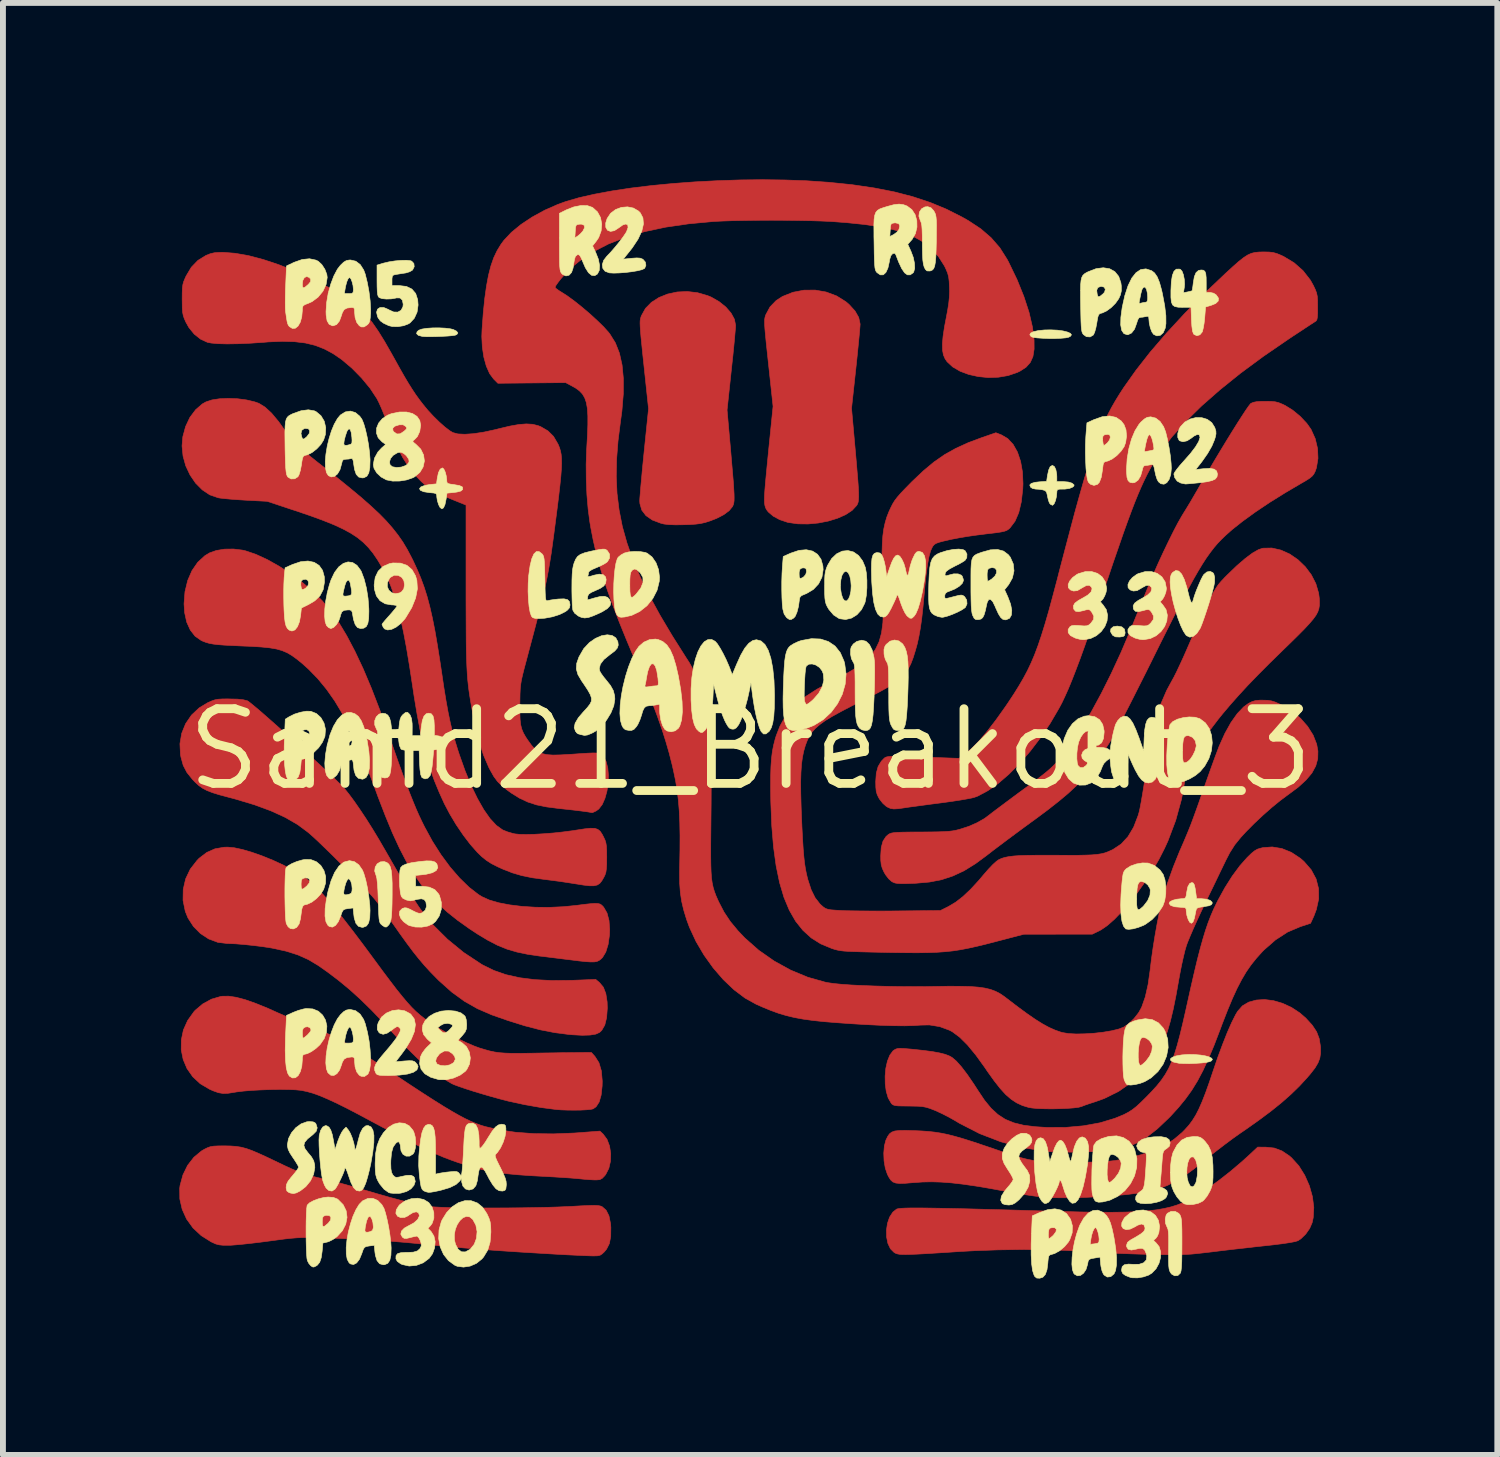
<source format=kicad_pcb>
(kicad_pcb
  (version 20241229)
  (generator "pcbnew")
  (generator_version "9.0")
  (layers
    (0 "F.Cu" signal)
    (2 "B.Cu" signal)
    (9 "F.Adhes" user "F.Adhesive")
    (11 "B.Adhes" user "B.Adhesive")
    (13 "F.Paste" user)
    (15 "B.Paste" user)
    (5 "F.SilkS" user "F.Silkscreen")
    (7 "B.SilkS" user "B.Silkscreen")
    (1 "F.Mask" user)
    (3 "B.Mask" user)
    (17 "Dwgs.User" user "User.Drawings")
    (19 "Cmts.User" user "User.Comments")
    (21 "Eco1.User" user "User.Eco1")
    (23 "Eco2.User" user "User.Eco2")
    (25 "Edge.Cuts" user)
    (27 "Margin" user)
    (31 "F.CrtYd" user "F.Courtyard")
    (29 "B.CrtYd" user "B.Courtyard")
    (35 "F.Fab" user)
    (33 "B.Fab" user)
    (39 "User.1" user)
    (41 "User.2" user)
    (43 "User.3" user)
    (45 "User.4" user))
  (footprint "Samd21_Breakout_3"
    (layer "F.Cu")
    (at 9.71 9.689)
    (property "Reference" "Samd21_Breakout_3" (at 0 0 0) (layer "F.SilkS") (effects (font (size 1.27 1.27) (thickness 0.15))))
    (attr through_hole)
    (fp_poly (pts (xy 1.287 -7.774) (xy 1.463 -7.708) (xy 1.62 -7.61) (xy 1.674 -7.564) (xy 1.777 -7.451) (xy 1.839 -7.342) (xy 1.862 -7.236) (xy 1.863 -7.224) (xy 1.86 -7.183) (xy 1.854 -7.107) (xy 1.844 -7) (xy 1.831 -6.868) (xy 1.816 -6.717) (xy 1.799 -6.553) (xy 1.79 -6.47) (xy 1.717 -5.797) (xy 1.779 -5.105) (xy 1.798 -4.888) (xy 1.813 -4.709) (xy 1.825 -4.564) (xy 1.833 -4.449) (xy 1.837 -4.36) (xy 1.838 -4.292) (xy 1.835 -4.241) (xy 1.83 -4.204) (xy 1.821 -4.176) (xy 1.809 -4.153) (xy 1.804 -4.145) (xy 1.727 -4.062) (xy 1.616 -3.989) (xy 1.478 -3.928) (xy 1.321 -3.88) (xy 1.151 -3.847) (xy 0.977 -3.831) (xy 0.806 -3.833) (xy 0.644 -3.856) (xy 0.624 -3.861) (xy 0.496 -3.904) (xy 0.385 -3.964) (xy 0.302 -4.035) (xy 0.281 -4.062) (xy 0.265 -4.087) (xy 0.253 -4.114) (xy 0.244 -4.146) (xy 0.238 -4.188) (xy 0.236 -4.243) (xy 0.238 -4.317) (xy 0.244 -4.411) (xy 0.254 -4.532) (xy 0.268 -4.682) (xy 0.286 -4.867) (xy 0.308 -5.089) (xy 0.383 -5.831) (xy 0.304 -6.564) (xy 0.283 -6.759) (xy 0.266 -6.917) (xy 0.254 -7.042) (xy 0.245 -7.139) (xy 0.24 -7.213) (xy 0.239 -7.268) (xy 0.24 -7.309) (xy 0.245 -7.34) (xy 0.252 -7.367) (xy 0.26 -7.389) (xy 0.331 -7.521) (xy 0.435 -7.629) (xy 0.543 -7.699) (xy 0.721 -7.77) (xy 0.909 -7.806) (xy 1.1 -7.807) (xy 1.287 -7.774)) (stroke (width 0.01) (type solid)) (fill yes) (layer "F.Cu"))
    (fp_poly (pts (xy -0.902 -7.763) (xy -0.732 -7.714) (xy -0.667 -7.687) (xy -0.533 -7.61) (xy -0.419 -7.518) (xy -0.331 -7.416) (xy -0.274 -7.311) (xy -0.254 -7.209) (xy -0.254 -7.208) (xy -0.256 -7.166) (xy -0.263 -7.087) (xy -0.272 -6.979) (xy -0.285 -6.845) (xy -0.3 -6.694) (xy -0.318 -6.529) (xy -0.327 -6.444) (xy -0.399 -5.768) (xy -0.337 -5.069) (xy -0.319 -4.856) (xy -0.304 -4.681) (xy -0.292 -4.539) (xy -0.285 -4.427) (xy -0.28 -4.34) (xy -0.279 -4.274) (xy -0.28 -4.225) (xy -0.285 -4.189) (xy -0.292 -4.161) (xy -0.302 -4.137) (xy -0.307 -4.127) (xy -0.363 -4.058) (xy -0.455 -3.989) (xy -0.579 -3.925) (xy -0.691 -3.882) (xy -0.772 -3.856) (xy -0.848 -3.839) (xy -0.932 -3.828) (xy -1.036 -3.821) (xy -1.132 -3.818) (xy -1.275 -3.816) (xy -1.385 -3.82) (xy -1.471 -3.83) (xy -1.524 -3.843) (xy -1.67 -3.898) (xy -1.778 -3.973) (xy -1.849 -4.066) (xy -1.881 -4.178) (xy -1.884 -4.223) (xy -1.882 -4.269) (xy -1.875 -4.351) (xy -1.866 -4.464) (xy -1.853 -4.602) (xy -1.839 -4.759) (xy -1.822 -4.929) (xy -1.809 -5.059) (xy -1.734 -5.789) (xy -1.813 -6.532) (xy -1.834 -6.729) (xy -1.85 -6.888) (xy -1.863 -7.015) (xy -1.871 -7.113) (xy -1.876 -7.187) (xy -1.878 -7.243) (xy -1.877 -7.285) (xy -1.872 -7.317) (xy -1.865 -7.344) (xy -1.856 -7.37) (xy -1.855 -7.372) (xy -1.786 -7.496) (xy -1.685 -7.599) (xy -1.557 -7.681) (xy -1.41 -7.74) (xy -1.247 -7.775) (xy -1.076 -7.783) (xy -0.902 -7.763)) (stroke (width 0.01) (type solid)) (fill yes) (layer "F.Cu"))
    (fp_poly (pts (xy 8.761 6.764) (xy 8.905 6.779) (xy 9.035 6.828) (xy 9.16 6.912) (xy 9.199 6.946) (xy 9.322 7.082) (xy 9.423 7.244) (xy 9.501 7.421) (xy 9.553 7.606) (xy 9.576 7.789) (xy 9.566 7.964) (xy 9.548 8.048) (xy 9.506 8.145) (xy 9.439 8.241) (xy 9.359 8.319) (xy 9.307 8.354) (xy 9.259 8.369) (xy 9.171 8.386) (xy 9.045 8.405) (xy 8.884 8.425) (xy 8.775 8.437) (xy 8.598 8.456) (xy 8.398 8.479) (xy 8.192 8.502) (xy 7.997 8.525) (xy 7.853 8.543) (xy 7.716 8.559) (xy 7.601 8.572) (xy 7.499 8.582) (xy 7.401 8.588) (xy 7.3 8.591) (xy 7.186 8.593) (xy 7.052 8.592) (xy 6.888 8.589) (xy 6.784 8.587) (xy 6.594 8.582) (xy 6.388 8.575) (xy 6.179 8.567) (xy 5.978 8.557) (xy 5.799 8.546) (xy 5.694 8.539) (xy 5.357 8.519) (xy 4.989 8.507) (xy 4.603 8.504) (xy 4.208 8.51) (xy 3.816 8.524) (xy 3.556 8.538) (xy 3.32 8.554) (xy 3.122 8.566) (xy 2.959 8.576) (xy 2.826 8.583) (xy 2.721 8.587) (xy 2.64 8.589) (xy 2.578 8.588) (xy 2.532 8.585) (xy 2.498 8.579) (xy 2.473 8.571) (xy 2.453 8.561) (xy 2.442 8.555) (xy 2.378 8.491) (xy 2.335 8.4) (xy 2.313 8.291) (xy 2.311 8.174) (xy 2.328 8.059) (xy 2.364 7.954) (xy 2.419 7.869) (xy 2.484 7.817) (xy 2.501 7.812) (xy 2.53 7.807) (xy 2.573 7.803) (xy 2.632 7.8) (xy 2.709 7.798) (xy 2.806 7.798) (xy 2.925 7.798) (xy 3.068 7.8) (xy 3.238 7.803) (xy 3.435 7.807) (xy 3.663 7.812) (xy 3.924 7.819) (xy 4.219 7.827) (xy 4.55 7.836) (xy 4.92 7.847) (xy 5.251 7.856) (xy 5.585 7.865) (xy 5.88 7.87) (xy 6.141 7.871) (xy 6.369 7.868) (xy 6.569 7.86) (xy 6.743 7.847) (xy 6.896 7.83) (xy 7.03 7.807) (xy 7.15 7.779) (xy 7.258 7.745) (xy 7.358 7.705) (xy 7.387 7.692) (xy 7.555 7.603) (xy 7.743 7.485) (xy 7.942 7.345) (xy 8.145 7.187) (xy 8.346 7.017) (xy 8.456 6.918) (xy 8.622 6.763) (xy 8.761 6.764)) (stroke (width 0.01) (type solid)) (fill yes) (layer "F.Cu"))
    (fp_poly (pts (xy -8.745 4.216) (xy -8.593 4.256) (xy -8.414 4.319) (xy -8.205 4.404) (xy -8.036 4.48) (xy -7.907 4.537) (xy -7.758 4.6) (xy -7.611 4.661) (xy -7.513 4.699) (xy -7.404 4.741) (xy -7.303 4.782) (xy -7.208 4.825) (xy -7.113 4.87) (xy -7.014 4.922) (xy -6.908 4.982) (xy -6.789 5.053) (xy -6.654 5.137) (xy -6.499 5.236) (xy -6.318 5.354) (xy -6.109 5.492) (xy -6.011 5.556) (xy -5.77 5.716) (xy -5.56 5.853) (xy -5.378 5.97) (xy -5.22 6.069) (xy -5.083 6.151) (xy -4.964 6.219) (xy -4.859 6.275) (xy -4.765 6.32) (xy -4.678 6.357) (xy -4.595 6.388) (xy -4.519 6.412) (xy -4.272 6.47) (xy -3.992 6.511) (xy -3.683 6.534) (xy -3.35 6.538) (xy -2.999 6.524) (xy -2.927 6.519) (xy -2.561 6.491) (xy -2.506 6.542) (xy -2.44 6.631) (xy -2.397 6.744) (xy -2.377 6.872) (xy -2.381 7.002) (xy -2.409 7.124) (xy -2.462 7.228) (xy -2.48 7.251) (xy -2.523 7.295) (xy -2.563 7.316) (xy -2.618 7.321) (xy -2.653 7.321) (xy -2.736 7.317) (xy -2.834 7.309) (xy -2.904 7.302) (xy -2.968 7.296) (xy -3.065 7.288) (xy -3.188 7.28) (xy -3.326 7.271) (xy -3.471 7.263) (xy -3.507 7.261) (xy -3.749 7.248) (xy -3.957 7.233) (xy -4.136 7.216) (xy -4.293 7.196) (xy -4.437 7.172) (xy -4.573 7.143) (xy -4.709 7.107) (xy -4.832 7.071) (xy -4.963 7.029) (xy -5.089 6.984) (xy -5.216 6.936) (xy -5.349 6.88) (xy -5.49 6.816) (xy -5.646 6.741) (xy -5.822 6.653) (xy -6.02 6.55) (xy -6.247 6.43) (xy -6.449 6.322) (xy -6.682 6.197) (xy -6.882 6.093) (xy -7.055 6.008) (xy -7.203 5.94) (xy -7.331 5.886) (xy -7.443 5.846) (xy -7.544 5.818) (xy -7.636 5.799) (xy -7.641 5.798) (xy -7.733 5.789) (xy -7.858 5.784) (xy -8.005 5.783) (xy -8.165 5.785) (xy -8.328 5.791) (xy -8.484 5.799) (xy -8.625 5.811) (xy -8.739 5.825) (xy -8.774 5.831) (xy -8.882 5.848) (xy -8.968 5.851) (xy -9.047 5.838) (xy -9.136 5.806) (xy -9.197 5.779) (xy -9.355 5.686) (xy -9.483 5.567) (xy -9.581 5.427) (xy -9.646 5.273) (xy -9.679 5.109) (xy -9.677 4.94) (xy -9.642 4.772) (xy -9.57 4.611) (xy -9.462 4.46) (xy -9.441 4.437) (xy -9.313 4.329) (xy -9.165 4.248) (xy -9.008 4.202) (xy -8.977 4.198) (xy -8.872 4.197) (xy -8.745 4.216)) (stroke (width 0.01) (type solid)) (fill yes) (layer "F.Cu"))
    (fp_poly (pts (xy -8.943 6.742) (xy -8.839 6.744) (xy -8.747 6.751) (xy -8.662 6.764) (xy -8.574 6.787) (xy -8.478 6.821) (xy -8.365 6.869) (xy -8.227 6.932) (xy -8.097 6.994) (xy -7.934 7.072) (xy -7.8 7.134) (xy -7.686 7.182) (xy -7.582 7.219) (xy -7.482 7.25) (xy -7.374 7.278) (xy -7.271 7.301) (xy -7.184 7.321) (xy -7.066 7.351) (xy -6.929 7.388) (xy -6.782 7.429) (xy -6.637 7.471) (xy -6.625 7.475) (xy -6.365 7.551) (xy -6.142 7.615) (xy -5.95 7.667) (xy -5.786 7.708) (xy -5.647 7.739) (xy -5.527 7.762) (xy -5.457 7.773) (xy -5.379 7.78) (xy -5.265 7.786) (xy -5.119 7.791) (xy -4.946 7.795) (xy -4.753 7.797) (xy -4.545 7.798) (xy -4.326 7.798) (xy -4.103 7.797) (xy -3.881 7.795) (xy -3.665 7.791) (xy -3.46 7.787) (xy -3.272 7.781) (xy -3.107 7.774) (xy -3.044 7.771) (xy -2.89 7.762) (xy -2.773 7.757) (xy -2.686 7.754) (xy -2.623 7.755) (xy -2.579 7.759) (xy -2.547 7.766) (xy -2.523 7.776) (xy -2.455 7.836) (xy -2.407 7.931) (xy -2.38 8.064) (xy -2.375 8.129) (xy -2.377 8.281) (xy -2.4 8.403) (xy -2.448 8.498) (xy -2.487 8.545) (xy -2.526 8.581) (xy -2.56 8.602) (xy -2.604 8.611) (xy -2.67 8.613) (xy -2.713 8.612) (xy -2.773 8.61) (xy -2.869 8.606) (xy -2.994 8.6) (xy -3.141 8.593) (xy -3.302 8.584) (xy -3.472 8.574) (xy -3.524 8.571) (xy -3.905 8.548) (xy -4.252 8.525) (xy -4.573 8.502) (xy -4.877 8.477) (xy -5.171 8.451) (xy -5.465 8.422) (xy -5.546 8.414) (xy -5.85 8.385) (xy -6.155 8.36) (xy -6.47 8.34) (xy -6.805 8.323) (xy -7.17 8.309) (xy -7.26 8.306) (xy -7.402 8.302) (xy -7.518 8.3) (xy -7.618 8.301) (xy -7.712 8.305) (xy -7.809 8.313) (xy -7.921 8.325) (xy -8.056 8.343) (xy -8.191 8.361) (xy -8.344 8.381) (xy -8.495 8.399) (xy -8.633 8.414) (xy -8.752 8.425) (xy -8.842 8.432) (xy -8.869 8.432) (xy -8.964 8.432) (xy -9.032 8.425) (xy -9.091 8.41) (xy -9.155 8.381) (xy -9.175 8.371) (xy -9.34 8.267) (xy -9.479 8.137) (xy -9.588 7.986) (xy -9.663 7.82) (xy -9.703 7.645) (xy -9.705 7.464) (xy -9.699 7.416) (xy -9.65 7.236) (xy -9.571 7.074) (xy -9.464 6.936) (xy -9.334 6.828) (xy -9.282 6.798) (xy -9.231 6.773) (xy -9.183 6.756) (xy -9.129 6.747) (xy -9.055 6.743) (xy -8.952 6.742) (xy -8.943 6.742)) (stroke (width 0.01) (type solid)) (fill yes) (layer "F.Cu"))
    (fp_poly (pts (xy -8.776 1.674) (xy -8.633 1.705) (xy -8.471 1.753) (xy -8.296 1.815) (xy -8.117 1.888) (xy -7.941 1.969) (xy -7.775 2.056) (xy -7.628 2.144) (xy -7.628 2.145) (xy -7.547 2.203) (xy -7.462 2.273) (xy -7.371 2.359) (xy -7.272 2.463) (xy -7.162 2.587) (xy -7.039 2.734) (xy -6.902 2.907) (xy -6.747 3.107) (xy -6.573 3.338) (xy -6.404 3.567) (xy -6.256 3.768) (xy -6.128 3.938) (xy -6.019 4.081) (xy -5.923 4.2) (xy -5.839 4.3) (xy -5.762 4.385) (xy -5.689 4.457) (xy -5.617 4.52) (xy -5.542 4.579) (xy -5.462 4.637) (xy -5.387 4.688) (xy -5.265 4.763) (xy -5.124 4.843) (xy -4.975 4.92) (xy -4.829 4.989) (xy -4.698 5.045) (xy -4.614 5.076) (xy -4.518 5.105) (xy -4.433 5.129) (xy -4.352 5.146) (xy -4.268 5.158) (xy -4.173 5.165) (xy -4.06 5.169) (xy -3.922 5.169) (xy -3.752 5.167) (xy -3.683 5.166) (xy -3.521 5.163) (xy -3.36 5.161) (xy -3.208 5.158) (xy -3.075 5.157) (xy -2.97 5.156) (xy -2.925 5.155) (xy -2.706 5.154) (xy -2.645 5.222) (xy -2.577 5.329) (xy -2.536 5.468) (xy -2.521 5.641) (xy -2.523 5.723) (xy -2.54 5.879) (xy -2.574 5.997) (xy -2.626 6.077) (xy -2.677 6.113) (xy -2.719 6.122) (xy -2.794 6.129) (xy -2.891 6.134) (xy -3.002 6.135) (xy -3.115 6.134) (xy -3.222 6.13) (xy -3.302 6.124) (xy -3.563 6.09) (xy -3.838 6.042) (xy -4.104 5.984) (xy -4.119 5.981) (xy -4.258 5.945) (xy -4.406 5.904) (xy -4.558 5.86) (xy -4.704 5.816) (xy -4.838 5.773) (xy -4.952 5.734) (xy -5.039 5.702) (xy -5.082 5.682) (xy -5.26 5.576) (xy -5.452 5.435) (xy -5.654 5.262) (xy -5.86 5.06) (xy -6.017 4.891) (xy -6.238 4.649) (xy -6.441 4.437) (xy -6.632 4.25) (xy -6.817 4.083) (xy -7.002 3.93) (xy -7.192 3.786) (xy -7.353 3.673) (xy -7.519 3.574) (xy -7.696 3.495) (xy -7.895 3.432) (xy -8.124 3.382) (xy -8.139 3.379) (xy -8.285 3.356) (xy -8.445 3.336) (xy -8.606 3.319) (xy -8.753 3.307) (xy -8.875 3.302) (xy -8.892 3.302) (xy -9.056 3.282) (xy -9.212 3.224) (xy -9.352 3.132) (xy -9.471 3.012) (xy -9.564 2.868) (xy -9.61 2.755) (xy -9.648 2.568) (xy -9.645 2.382) (xy -9.604 2.203) (xy -9.525 2.037) (xy -9.41 1.889) (xy -9.374 1.852) (xy -9.244 1.753) (xy -9.106 1.692) (xy -8.952 1.665) (xy -8.89 1.663) (xy -8.776 1.674)) (stroke (width 0.01) (type solid)) (fill yes) (layer "F.Cu"))
    (fp_poly (pts (xy -8.858 -0.856) (xy -8.721 -0.853) (xy -8.622 -0.842) (xy -8.556 -0.825) (xy -8.552 -0.824) (xy -8.522 -0.803) (xy -8.464 -0.756) (xy -8.382 -0.688) (xy -8.281 -0.601) (xy -8.164 -0.498) (xy -8.035 -0.384) (xy -7.898 -0.261) (xy -7.756 -0.133) (xy -7.613 -0.003) (xy -7.473 0.125) (xy -7.339 0.248) (xy -7.216 0.363) (xy -7.107 0.465) (xy -7.016 0.553) (xy -6.947 0.621) (xy -6.904 0.667) (xy -6.829 0.76) (xy -6.738 0.883) (xy -6.637 1.029) (xy -6.53 1.19) (xy -6.423 1.36) (xy -6.319 1.532) (xy -6.281 1.598) (xy -6.213 1.715) (xy -6.133 1.854) (xy -6.048 2.002) (xy -5.966 2.144) (xy -5.927 2.212) (xy -5.854 2.335) (xy -5.779 2.459) (xy -5.708 2.574) (xy -5.646 2.669) (xy -5.612 2.718) (xy -5.401 2.982) (xy -5.154 3.228) (xy -4.878 3.454) (xy -4.577 3.653) (xy -4.551 3.668) (xy -4.366 3.759) (xy -4.16 3.831) (xy -3.928 3.883) (xy -3.668 3.916) (xy -3.377 3.931) (xy -3.051 3.928) (xy -3.015 3.927) (xy -2.632 3.912) (xy -2.567 3.967) (xy -2.502 4.045) (xy -2.46 4.154) (xy -2.438 4.295) (xy -2.435 4.401) (xy -2.447 4.563) (xy -2.478 4.688) (xy -2.53 4.778) (xy -2.567 4.813) (xy -2.631 4.842) (xy -2.728 4.858) (xy -2.861 4.862) (xy -3.031 4.853) (xy -3.095 4.847) (xy -3.329 4.817) (xy -3.575 4.769) (xy -3.837 4.701) (xy -4.122 4.612) (xy -4.399 4.515) (xy -4.64 4.411) (xy -4.864 4.284) (xy -5.08 4.127) (xy -5.295 3.935) (xy -5.335 3.895) (xy -5.442 3.786) (xy -5.541 3.678) (xy -5.637 3.565) (xy -5.737 3.44) (xy -5.845 3.295) (xy -5.967 3.126) (xy -6.044 3.016) (xy -6.124 2.903) (xy -6.207 2.788) (xy -6.286 2.681) (xy -6.353 2.594) (xy -6.378 2.561) (xy -6.437 2.493) (xy -6.52 2.402) (xy -6.624 2.292) (xy -6.743 2.169) (xy -6.87 2.039) (xy -7.002 1.907) (xy -7.132 1.778) (xy -7.256 1.658) (xy -7.367 1.551) (xy -7.461 1.465) (xy -7.522 1.412) (xy -7.701 1.279) (xy -7.912 1.157) (xy -8.157 1.045) (xy -8.438 0.942) (xy -8.758 0.846) (xy -8.867 0.817) (xy -9.021 0.776) (xy -9.142 0.739) (xy -9.237 0.703) (xy -9.313 0.663) (xy -9.38 0.616) (xy -9.444 0.557) (xy -9.489 0.51) (xy -9.582 0.394) (xy -9.645 0.273) (xy -9.684 0.131) (xy -9.692 0.09) (xy -9.701 -0.094) (xy -9.671 -0.271) (xy -9.604 -0.436) (xy -9.504 -0.582) (xy -9.373 -0.705) (xy -9.229 -0.792) (xy -9.164 -0.821) (xy -9.11 -0.84) (xy -9.054 -0.851) (xy -8.982 -0.856) (xy -8.884 -0.857) (xy -8.858 -0.856)) (stroke (width 0.01) (type solid)) (fill yes) (layer "F.Cu"))
    (fp_poly (pts (xy -8.642 -3.387) (xy -8.594 -3.377) (xy -8.413 -3.316) (xy -8.217 -3.226) (xy -8.011 -3.11) (xy -7.805 -2.975) (xy -7.606 -2.826) (xy -7.422 -2.666) (xy -7.279 -2.522) (xy -7.139 -2.355) (xy -7.001 -2.158) (xy -6.864 -1.929) (xy -6.726 -1.667) (xy -6.586 -1.37) (xy -6.445 -1.036) (xy -6.301 -0.663) (xy -6.161 -0.275) (xy -6.067 -0.006) (xy -5.985 0.228) (xy -5.912 0.429) (xy -5.848 0.604) (xy -5.79 0.756) (xy -5.737 0.888) (xy -5.688 1.007) (xy -5.64 1.116) (xy -5.592 1.218) (xy -5.542 1.319) (xy -5.409 1.563) (xy -5.263 1.792) (xy -5.108 2.002) (xy -4.947 2.188) (xy -4.786 2.345) (xy -4.629 2.467) (xy -4.568 2.505) (xy -4.443 2.562) (xy -4.282 2.609) (xy -4.093 2.645) (xy -3.882 2.671) (xy -3.655 2.685) (xy -3.42 2.687) (xy -3.181 2.676) (xy -2.963 2.654) (xy -2.824 2.636) (xy -2.721 2.625) (xy -2.647 2.62) (xy -2.595 2.622) (xy -2.558 2.631) (xy -2.531 2.649) (xy -2.505 2.675) (xy -2.495 2.688) (xy -2.44 2.783) (xy -2.406 2.911) (xy -2.395 3.064) (xy -2.398 3.154) (xy -2.421 3.317) (xy -2.461 3.447) (xy -2.517 3.54) (xy -2.544 3.566) (xy -2.575 3.59) (xy -2.61 3.606) (xy -2.654 3.614) (xy -2.715 3.615) (xy -2.799 3.61) (xy -2.913 3.598) (xy -3.016 3.585) (xy -3.124 3.572) (xy -3.259 3.555) (xy -3.406 3.537) (xy -3.549 3.519) (xy -3.588 3.515) (xy -3.794 3.484) (xy -3.975 3.446) (xy -4.141 3.397) (xy -4.301 3.332) (xy -4.465 3.247) (xy -4.643 3.14) (xy -4.784 3.047) (xy -4.979 2.908) (xy -5.155 2.768) (xy -5.315 2.623) (xy -5.463 2.468) (xy -5.599 2.3) (xy -5.727 2.115) (xy -5.85 1.91) (xy -5.969 1.68) (xy -6.088 1.422) (xy -6.208 1.131) (xy -6.334 0.805) (xy -6.395 0.638) (xy -6.531 0.276) (xy -6.665 -0.047) (xy -6.797 -0.335) (xy -6.931 -0.592) (xy -7.067 -0.819) (xy -7.209 -1.021) (xy -7.357 -1.201) (xy -7.515 -1.363) (xy -7.624 -1.461) (xy -7.717 -1.536) (xy -7.8 -1.596) (xy -7.881 -1.643) (xy -7.966 -1.679) (xy -8.062 -1.706) (xy -8.175 -1.725) (xy -8.312 -1.739) (xy -8.48 -1.75) (xy -8.636 -1.756) (xy -8.808 -1.764) (xy -8.945 -1.771) (xy -9.051 -1.779) (xy -9.134 -1.789) (xy -9.201 -1.801) (xy -9.256 -1.817) (xy -9.307 -1.836) (xy -9.34 -1.851) (xy -9.443 -1.923) (xy -9.525 -2.028) (xy -9.586 -2.163) (xy -9.621 -2.323) (xy -9.631 -2.473) (xy -9.615 -2.68) (xy -9.569 -2.87) (xy -9.496 -3.038) (xy -9.398 -3.18) (xy -9.277 -3.291) (xy -9.198 -3.339) (xy -9.083 -3.38) (xy -8.943 -3.403) (xy -8.791 -3.405) (xy -8.642 -3.387)) (stroke (width 0.01) (type solid)) (fill yes) (layer "F.Cu"))
    (fp_poly (pts (xy 8.89 4.273) (xy 9.044 4.318) (xy 9.196 4.388) (xy 9.34 4.483) (xy 9.442 4.572) (xy 9.55 4.691) (xy 9.624 4.803) (xy 9.668 4.919) (xy 9.689 5.049) (xy 9.691 5.072) (xy 9.691 5.168) (xy 9.678 5.252) (xy 9.647 5.332) (xy 9.596 5.418) (xy 9.519 5.517) (xy 9.458 5.588) (xy 9.329 5.728) (xy 9.189 5.864) (xy 9.033 6.002) (xy 8.856 6.145) (xy 8.653 6.297) (xy 8.419 6.463) (xy 8.328 6.525) (xy 8.205 6.612) (xy 8.064 6.717) (xy 7.919 6.828) (xy 7.784 6.935) (xy 7.728 6.981) (xy 7.545 7.129) (xy 7.382 7.248) (xy 7.231 7.342) (xy 7.086 7.415) (xy 6.938 7.47) (xy 6.781 7.512) (xy 6.606 7.543) (xy 6.6 7.544) (xy 6.399 7.569) (xy 6.173 7.59) (xy 5.932 7.606) (xy 5.687 7.618) (xy 5.449 7.624) (xy 5.229 7.624) (xy 5.039 7.618) (xy 5.016 7.617) (xy 4.925 7.608) (xy 4.804 7.592) (xy 4.662 7.571) (xy 4.51 7.547) (xy 4.36 7.52) (xy 4.348 7.517) (xy 4.068 7.465) (xy 3.823 7.424) (xy 3.608 7.393) (xy 3.416 7.371) (xy 3.243 7.358) (xy 3.081 7.353) (xy 2.926 7.356) (xy 2.772 7.367) (xy 2.765 7.367) (xy 2.634 7.378) (xy 2.538 7.381) (xy 2.469 7.374) (xy 2.419 7.355) (xy 2.382 7.321) (xy 2.349 7.27) (xy 2.326 7.224) (xy 2.291 7.121) (xy 2.27 6.997) (xy 2.265 6.866) (xy 2.275 6.744) (xy 2.301 6.645) (xy 2.303 6.641) (xy 2.332 6.581) (xy 2.362 6.538) (xy 2.401 6.508) (xy 2.454 6.489) (xy 2.53 6.481) (xy 2.633 6.479) (xy 2.771 6.483) (xy 2.789 6.483) (xy 2.914 6.489) (xy 3.027 6.497) (xy 3.134 6.509) (xy 3.242 6.526) (xy 3.354 6.549) (xy 3.477 6.581) (xy 3.617 6.621) (xy 3.778 6.672) (xy 3.966 6.735) (xy 4.187 6.81) (xy 4.256 6.834) (xy 4.424 6.891) (xy 4.57 6.936) (xy 4.704 6.97) (xy 4.833 6.995) (xy 4.966 7.012) (xy 5.11 7.021) (xy 5.276 7.025) (xy 5.47 7.024) (xy 5.598 7.022) (xy 5.77 7.018) (xy 5.907 7.014) (xy 6.018 7.008) (xy 6.11 7.001) (xy 6.192 6.992) (xy 6.271 6.979) (xy 6.355 6.962) (xy 6.392 6.954) (xy 6.641 6.892) (xy 6.854 6.819) (xy 7.037 6.734) (xy 7.197 6.633) (xy 7.339 6.513) (xy 7.385 6.466) (xy 7.452 6.391) (xy 7.512 6.311) (xy 7.568 6.221) (xy 7.622 6.116) (xy 7.677 5.991) (xy 7.736 5.84) (xy 7.801 5.658) (xy 7.861 5.479) (xy 7.945 5.233) (xy 8.028 5.01) (xy 8.106 4.813) (xy 8.179 4.647) (xy 8.245 4.515) (xy 8.282 4.453) (xy 8.363 4.361) (xy 8.47 4.298) (xy 8.598 4.263) (xy 8.739 4.254) (xy 8.89 4.273)) (stroke (width 0.01) (type solid)) (fill yes) (layer "F.Cu"))
    (fp_poly (pts (xy 9.033 1.687) (xy 9.194 1.752) (xy 9.347 1.853) (xy 9.409 1.907) (xy 9.532 2.049) (xy 9.615 2.204) (xy 9.657 2.369) (xy 9.659 2.543) (xy 9.619 2.725) (xy 9.577 2.836) (xy 9.521 2.958) (xy 9.344 3.016) (xy 9.13 3.107) (xy 8.925 3.24) (xy 8.728 3.412) (xy 8.698 3.443) (xy 8.6 3.552) (xy 8.511 3.663) (xy 8.428 3.782) (xy 8.35 3.914) (xy 8.272 4.064) (xy 8.192 4.238) (xy 8.108 4.44) (xy 8.016 4.676) (xy 7.98 4.773) (xy 7.879 5.036) (xy 7.783 5.264) (xy 7.691 5.463) (xy 7.598 5.639) (xy 7.5 5.798) (xy 7.394 5.945) (xy 7.277 6.088) (xy 7.145 6.233) (xy 7.101 6.277) (xy 6.919 6.45) (xy 6.744 6.587) (xy 6.574 6.69) (xy 6.4 6.762) (xy 6.219 6.808) (xy 6.179 6.815) (xy 6.084 6.825) (xy 5.957 6.834) (xy 5.808 6.841) (xy 5.646 6.846) (xy 5.481 6.848) (xy 5.322 6.848) (xy 5.181 6.845) (xy 5.066 6.84) (xy 5.019 6.835) (xy 4.626 6.772) (xy 4.253 6.672) (xy 3.897 6.535) (xy 3.554 6.359) (xy 3.474 6.311) (xy 3.371 6.253) (xy 3.256 6.194) (xy 3.149 6.145) (xy 3.125 6.135) (xy 3.048 6.105) (xy 2.985 6.086) (xy 2.924 6.074) (xy 2.85 6.068) (xy 2.754 6.066) (xy 2.692 6.065) (xy 2.582 6.064) (xy 2.507 6.062) (xy 2.457 6.056) (xy 2.426 6.046) (xy 2.404 6.031) (xy 2.39 6.014) (xy 2.34 5.927) (xy 2.307 5.816) (xy 2.29 5.689) (xy 2.288 5.555) (xy 2.3 5.423) (xy 2.327 5.302) (xy 2.368 5.2) (xy 2.422 5.127) (xy 2.444 5.111) (xy 2.471 5.096) (xy 2.502 5.087) (xy 2.545 5.084) (xy 2.61 5.087) (xy 2.704 5.095) (xy 2.758 5.1) (xy 2.945 5.12) (xy 3.096 5.14) (xy 3.214 5.162) (xy 3.306 5.185) (xy 3.377 5.212) (xy 3.426 5.239) (xy 3.499 5.301) (xy 3.587 5.4) (xy 3.688 5.533) (xy 3.8 5.697) (xy 3.865 5.798) (xy 3.978 5.967) (xy 4.089 6.102) (xy 4.205 6.209) (xy 4.331 6.291) (xy 4.475 6.35) (xy 4.641 6.391) (xy 4.838 6.416) (xy 5.038 6.429) (xy 5.357 6.428) (xy 5.659 6.401) (xy 5.94 6.35) (xy 6.193 6.274) (xy 6.346 6.211) (xy 6.422 6.171) (xy 6.49 6.128) (xy 6.56 6.073) (xy 6.64 5.999) (xy 6.721 5.919) (xy 6.823 5.814) (xy 6.91 5.718) (xy 6.985 5.624) (xy 7.05 5.529) (xy 7.107 5.428) (xy 7.158 5.316) (xy 7.206 5.187) (xy 7.252 5.038) (xy 7.299 4.863) (xy 7.349 4.657) (xy 7.404 4.416) (xy 7.421 4.339) (xy 7.485 4.051) (xy 7.543 3.799) (xy 7.595 3.581) (xy 7.644 3.391) (xy 7.69 3.226) (xy 7.734 3.081) (xy 7.778 2.952) (xy 7.823 2.835) (xy 7.87 2.725) (xy 7.921 2.618) (xy 7.943 2.574) (xy 8.064 2.354) (xy 8.191 2.153) (xy 8.32 1.979) (xy 8.444 1.839) (xy 8.444 1.839) (xy 8.515 1.77) (xy 8.569 1.726) (xy 8.617 1.698) (xy 8.672 1.681) (xy 8.709 1.672) (xy 8.869 1.66) (xy 9.033 1.687)) (stroke (width 0.01) (type solid)) (fill yes) (layer "F.Cu"))
    (fp_poly (pts (xy 8.814 -8.454) (xy 8.885 -8.446) (xy 8.949 -8.428) (xy 9.026 -8.396) (xy 9.066 -8.377) (xy 9.24 -8.272) (xy 9.393 -8.137) (xy 9.517 -7.978) (xy 9.569 -7.885) (xy 9.602 -7.815) (xy 9.623 -7.759) (xy 9.635 -7.702) (xy 9.64 -7.632) (xy 9.641 -7.536) (xy 9.641 -7.517) (xy 9.641 -7.416) (xy 9.637 -7.35) (xy 9.63 -7.309) (xy 9.617 -7.285) (xy 9.601 -7.273) (xy 9.573 -7.255) (xy 9.514 -7.217) (xy 9.432 -7.163) (xy 9.331 -7.096) (xy 9.216 -7.021) (xy 9.146 -6.974) (xy 8.719 -6.681) (xy 8.33 -6.394) (xy 7.98 -6.112) (xy 7.668 -5.838) (xy 7.395 -5.57) (xy 7.162 -5.31) (xy 6.97 -5.058) (xy 6.84 -4.852) (xy 6.788 -4.759) (xy 6.738 -4.664) (xy 6.689 -4.563) (xy 6.639 -4.454) (xy 6.587 -4.333) (xy 6.532 -4.198) (xy 6.473 -4.044) (xy 6.408 -3.868) (xy 6.336 -3.668) (xy 6.257 -3.439) (xy 6.167 -3.18) (xy 6.068 -2.886) (xy 5.979 -2.625) (xy 5.87 -2.3) (xy 5.771 -2.012) (xy 5.682 -1.758) (xy 5.602 -1.536) (xy 5.529 -1.343) (xy 5.463 -1.174) (xy 5.403 -1.028) (xy 5.346 -0.901) (xy 5.293 -0.789) (xy 5.245 -0.699) (xy 5.094 -0.441) (xy 4.929 -0.196) (xy 4.755 0.032) (xy 4.575 0.24) (xy 4.392 0.424) (xy 4.211 0.58) (xy 4.034 0.704) (xy 3.866 0.794) (xy 3.81 0.815) (xy 3.761 0.828) (xy 3.678 0.844) (xy 3.568 0.863) (xy 3.438 0.883) (xy 3.296 0.903) (xy 3.228 0.912) (xy 3.08 0.931) (xy 2.939 0.95) (xy 2.813 0.967) (xy 2.708 0.981) (xy 2.634 0.992) (xy 2.614 0.995) (xy 2.51 1.01) (xy 2.436 1.014) (xy 2.381 1.006) (xy 2.333 0.985) (xy 2.305 0.968) (xy 2.25 0.919) (xy 2.197 0.852) (xy 2.18 0.825) (xy 2.153 0.769) (xy 2.137 0.715) (xy 2.13 0.646) (xy 2.128 0.55) (xy 2.138 0.406) (xy 2.169 0.293) (xy 2.223 0.203) (xy 2.265 0.159) (xy 2.279 0.146) (xy 2.295 0.136) (xy 2.316 0.129) (xy 2.347 0.123) (xy 2.392 0.12) (xy 2.455 0.119) (xy 2.542 0.12) (xy 2.656 0.123) (xy 2.802 0.128) (xy 2.984 0.134) (xy 3.069 0.137) (xy 3.545 0.154) (xy 3.674 0.058) (xy 3.777 -0.031) (xy 3.897 -0.155) (xy 4.029 -0.313) (xy 4.173 -0.5) (xy 4.327 -0.716) (xy 4.383 -0.798) (xy 4.478 -0.942) (xy 4.562 -1.077) (xy 4.638 -1.207) (xy 4.707 -1.336) (xy 4.77 -1.469) (xy 4.83 -1.61) (xy 4.888 -1.765) (xy 4.946 -1.937) (xy 5.006 -2.13) (xy 5.07 -2.351) (xy 5.138 -2.602) (xy 5.214 -2.888) (xy 5.241 -2.995) (xy 5.341 -3.377) (xy 5.432 -3.721) (xy 5.514 -4.03) (xy 5.591 -4.307) (xy 5.661 -4.553) (xy 5.727 -4.774) (xy 5.789 -4.97) (xy 5.848 -5.146) (xy 5.906 -5.304) (xy 5.963 -5.447) (xy 6.02 -5.578) (xy 6.079 -5.7) (xy 6.14 -5.816) (xy 6.205 -5.929) (xy 6.274 -6.041) (xy 6.344 -6.149) (xy 6.552 -6.443) (xy 6.795 -6.753) (xy 7.072 -7.076) (xy 7.379 -7.408) (xy 7.713 -7.747) (xy 8.074 -8.09) (xy 8.086 -8.101) (xy 8.207 -8.212) (xy 8.305 -8.298) (xy 8.384 -8.36) (xy 8.452 -8.404) (xy 8.514 -8.432) (xy 8.576 -8.447) (xy 8.645 -8.454) (xy 8.721 -8.456) (xy 8.814 -8.454)) (stroke (width 0.01) (type solid)) (fill yes) (layer "F.Cu"))
    (fp_poly (pts (xy -8.722 -5.96) (xy -8.57 -5.94) (xy -8.434 -5.908) (xy -8.359 -5.882) (xy -8.255 -5.818) (xy -8.143 -5.715) (xy -8.024 -5.572) (xy -7.937 -5.45) (xy -7.881 -5.37) (xy -7.825 -5.297) (xy -7.763 -5.227) (xy -7.69 -5.156) (xy -7.602 -5.077) (xy -7.493 -4.985) (xy -7.357 -4.877) (xy -7.274 -4.812) (xy -7.025 -4.615) (xy -6.807 -4.438) (xy -6.617 -4.28) (xy -6.454 -4.136) (xy -6.312 -4.004) (xy -6.191 -3.88) (xy -6.086 -3.76) (xy -5.994 -3.643) (xy -5.912 -3.525) (xy -5.838 -3.401) (xy -5.769 -3.271) (xy -5.739 -3.212) (xy -5.669 -3.06) (xy -5.606 -2.911) (xy -5.55 -2.759) (xy -5.499 -2.598) (xy -5.453 -2.425) (xy -5.409 -2.233) (xy -5.366 -2.017) (xy -5.324 -1.773) (xy -5.28 -1.495) (xy -5.251 -1.302) (xy -5.213 -1.046) (xy -5.177 -0.825) (xy -5.142 -0.632) (xy -5.106 -0.459) (xy -5.068 -0.299) (xy -5.025 -0.145) (xy -4.977 0.011) (xy -4.953 0.085) (xy -4.853 0.366) (xy -4.749 0.618) (xy -4.642 0.839) (xy -4.535 1.027) (xy -4.428 1.179) (xy -4.322 1.293) (xy -4.218 1.368) (xy -4.206 1.374) (xy -4.128 1.405) (xy -4.038 1.431) (xy -4.006 1.438) (xy -3.927 1.446) (xy -3.814 1.448) (xy -3.676 1.445) (xy -3.52 1.436) (xy -3.354 1.423) (xy -3.187 1.405) (xy -3.026 1.384) (xy -2.95 1.372) (xy -2.818 1.352) (xy -2.72 1.342) (xy -2.648 1.344) (xy -2.597 1.361) (xy -2.557 1.393) (xy -2.523 1.444) (xy -2.498 1.492) (xy -2.474 1.543) (xy -2.459 1.592) (xy -2.45 1.649) (xy -2.446 1.726) (xy -2.445 1.833) (xy -2.445 1.841) (xy -2.446 1.952) (xy -2.451 2.031) (xy -2.459 2.089) (xy -2.474 2.135) (xy -2.492 2.173) (xy -2.528 2.235) (xy -2.563 2.279) (xy -2.606 2.307) (xy -2.662 2.32) (xy -2.739 2.32) (xy -2.843 2.308) (xy -2.981 2.286) (xy -2.995 2.284) (xy -3.114 2.265) (xy -3.256 2.244) (xy -3.401 2.225) (xy -3.503 2.212) (xy -3.709 2.184) (xy -3.886 2.148) (xy -4.047 2.101) (xy -4.206 2.039) (xy -4.295 1.999) (xy -4.405 1.943) (xy -4.491 1.888) (xy -4.571 1.823) (xy -4.645 1.751) (xy -4.761 1.62) (xy -4.883 1.46) (xy -5.004 1.282) (xy -5.114 1.098) (xy -5.206 0.923) (xy -5.296 0.724) (xy -5.376 0.53) (xy -5.447 0.332) (xy -5.51 0.127) (xy -5.567 -0.094) (xy -5.62 -0.335) (xy -5.67 -0.603) (xy -5.72 -0.904) (xy -5.746 -1.079) (xy -5.798 -1.418) (xy -5.848 -1.719) (xy -5.898 -1.984) (xy -5.949 -2.22) (xy -6.002 -2.428) (xy -6.057 -2.613) (xy -6.117 -2.78) (xy -6.181 -2.931) (xy -6.252 -3.071) (xy -6.33 -3.203) (xy -6.343 -3.224) (xy -6.418 -3.334) (xy -6.497 -3.431) (xy -6.584 -3.519) (xy -6.682 -3.599) (xy -6.796 -3.674) (xy -6.931 -3.747) (xy -7.089 -3.82) (xy -7.276 -3.895) (xy -7.496 -3.975) (xy -7.752 -4.062) (xy -7.787 -4.073) (xy -8.218 -4.216) (xy -8.581 -4.235) (xy -8.71 -4.243) (xy -8.832 -4.252) (xy -8.938 -4.262) (xy -9.019 -4.271) (xy -9.052 -4.277) (xy -9.193 -4.326) (xy -9.321 -4.411) (xy -9.435 -4.526) (xy -9.529 -4.664) (xy -9.602 -4.819) (xy -9.648 -4.985) (xy -9.665 -5.157) (xy -9.652 -5.313) (xy -9.605 -5.487) (xy -9.532 -5.642) (xy -9.435 -5.772) (xy -9.321 -5.871) (xy -9.259 -5.906) (xy -9.157 -5.94) (xy -9.026 -5.96) (xy -8.878 -5.966) (xy -8.722 -5.96)) (stroke (width 0.01) (type solid)) (fill yes) (layer "F.Cu"))
    (fp_poly (pts (xy 8.849 -5.915) (xy 8.92 -5.908) (xy 8.98 -5.893) (xy 9.045 -5.866) (xy 9.089 -5.845) (xy 9.218 -5.765) (xy 9.345 -5.66) (xy 9.457 -5.541) (xy 9.529 -5.439) (xy 9.6 -5.282) (xy 9.64 -5.114) (xy 9.647 -4.946) (xy 9.621 -4.786) (xy 9.6 -4.726) (xy 9.578 -4.682) (xy 9.55 -4.646) (xy 9.507 -4.61) (xy 9.44 -4.567) (xy 9.369 -4.526) (xy 9.087 -4.36) (xy 8.822 -4.195) (xy 8.581 -4.033) (xy 8.367 -3.878) (xy 8.184 -3.733) (xy 8.069 -3.63) (xy 8.003 -3.566) (xy 7.939 -3.499) (xy 7.877 -3.426) (xy 7.815 -3.345) (xy 7.75 -3.254) (xy 7.682 -3.149) (xy 7.609 -3.028) (xy 7.528 -2.887) (xy 7.44 -2.725) (xy 7.341 -2.538) (xy 7.23 -2.324) (xy 7.107 -2.08) (xy 6.968 -1.803) (xy 6.814 -1.492) (xy 6.71 -1.283) (xy 6.607 -1.079) (xy 6.509 -0.884) (xy 6.417 -0.703) (xy 6.333 -0.54) (xy 6.26 -0.399) (xy 6.199 -0.285) (xy 6.154 -0.202) (xy 6.134 -0.167) (xy 6.017 0.021) (xy 5.905 0.188) (xy 5.792 0.339) (xy 5.675 0.479) (xy 5.546 0.613) (xy 5.402 0.747) (xy 5.237 0.885) (xy 5.046 1.035) (xy 4.824 1.2) (xy 4.805 1.213) (xy 4.659 1.32) (xy 4.51 1.43) (xy 4.366 1.537) (xy 4.233 1.637) (xy 4.12 1.722) (xy 4.034 1.789) (xy 4.032 1.791) (xy 3.825 1.944) (xy 3.631 2.064) (xy 3.441 2.153) (xy 3.247 2.217) (xy 3.04 2.257) (xy 2.812 2.277) (xy 2.762 2.279) (xy 2.643 2.283) (xy 2.557 2.283) (xy 2.498 2.28) (xy 2.456 2.273) (xy 2.423 2.26) (xy 2.398 2.246) (xy 2.349 2.202) (xy 2.298 2.136) (xy 2.271 2.091) (xy 2.24 2.024) (xy 2.222 1.962) (xy 2.214 1.888) (xy 2.213 1.81) (xy 2.222 1.669) (xy 2.252 1.561) (xy 2.304 1.482) (xy 2.346 1.446) (xy 2.368 1.434) (xy 2.397 1.424) (xy 2.438 1.417) (xy 2.498 1.412) (xy 2.581 1.409) (xy 2.693 1.407) (xy 2.84 1.406) (xy 2.9 1.406) (xy 3.065 1.405) (xy 3.194 1.403) (xy 3.295 1.399) (xy 3.375 1.394) (xy 3.44 1.386) (xy 3.498 1.375) (xy 3.556 1.36) (xy 3.559 1.359) (xy 3.708 1.311) (xy 3.85 1.249) (xy 3.972 1.18) (xy 4.047 1.125) (xy 4.083 1.097) (xy 4.148 1.047) (xy 4.236 0.981) (xy 4.342 0.902) (xy 4.46 0.814) (xy 4.572 0.731) (xy 4.724 0.62) (xy 4.846 0.529) (xy 4.944 0.454) (xy 5.022 0.392) (xy 5.085 0.338) (xy 5.139 0.288) (xy 5.187 0.238) (xy 5.234 0.184) (xy 5.287 0.121) (xy 5.291 0.116) (xy 5.453 -0.097) (xy 5.62 -0.349) (xy 5.791 -0.633) (xy 5.962 -0.948) (xy 6.132 -1.288) (xy 6.299 -1.649) (xy 6.46 -2.028) (xy 6.466 -2.043) (xy 6.528 -2.195) (xy 6.596 -2.363) (xy 6.665 -2.531) (xy 6.728 -2.686) (xy 6.768 -2.783) (xy 6.844 -2.966) (xy 6.928 -3.157) (xy 7.016 -3.348) (xy 7.105 -3.533) (xy 7.189 -3.703) (xy 7.267 -3.852) (xy 7.335 -3.971) (xy 7.36 -4.012) (xy 7.415 -4.101) (xy 7.482 -4.212) (xy 7.55 -4.329) (xy 7.599 -4.413) (xy 7.692 -4.576) (xy 7.791 -4.745) (xy 7.892 -4.916) (xy 7.994 -5.086) (xy 8.093 -5.249) (xy 8.188 -5.403) (xy 8.275 -5.542) (xy 8.352 -5.662) (xy 8.416 -5.76) (xy 8.466 -5.832) (xy 8.498 -5.873) (xy 8.505 -5.88) (xy 8.548 -5.899) (xy 8.609 -5.911) (xy 8.699 -5.916) (xy 8.752 -5.916) (xy 8.849 -5.915)) (stroke (width 0.01) (type solid)) (fill yes) (layer "F.Cu"))
    (fp_poly (pts (xy -8.762 -8.433) (xy -8.531 -8.392) (xy -8.281 -8.326) (xy -8.015 -8.237) (xy -7.74 -8.128) (xy -7.46 -8.001) (xy -7.182 -7.857) (xy -6.974 -7.738) (xy -6.844 -7.654) (xy -6.728 -7.569) (xy -6.623 -7.476) (xy -6.523 -7.37) (xy -6.426 -7.248) (xy -6.326 -7.103) (xy -6.219 -6.93) (xy -6.102 -6.725) (xy -6.064 -6.657) (xy -5.968 -6.484) (xy -5.888 -6.343) (xy -5.818 -6.225) (xy -5.755 -6.125) (xy -5.695 -6.034) (xy -5.633 -5.948) (xy -5.574 -5.871) (xy -5.488 -5.766) (xy -5.391 -5.661) (xy -5.291 -5.563) (xy -5.195 -5.478) (xy -5.112 -5.415) (xy -5.062 -5.385) (xy -4.977 -5.362) (xy -4.857 -5.356) (xy -4.708 -5.366) (xy -4.532 -5.393) (xy -4.334 -5.436) (xy -4.276 -5.451) (xy -4.091 -5.495) (xy -3.939 -5.522) (xy -3.813 -5.532) (xy -3.706 -5.526) (xy -3.613 -5.503) (xy -3.567 -5.485) (xy -3.445 -5.414) (xy -3.35 -5.32) (xy -3.276 -5.194) (xy -3.269 -5.18) (xy -3.248 -5.128) (xy -3.232 -5.075) (xy -3.22 -5.016) (xy -3.214 -4.948) (xy -3.212 -4.865) (xy -3.216 -4.765) (xy -3.225 -4.643) (xy -3.24 -4.495) (xy -3.26 -4.317) (xy -3.286 -4.106) (xy -3.318 -3.857) (xy -3.32 -3.842) (xy -3.345 -3.65) (xy -3.368 -3.481) (xy -3.389 -3.329) (xy -3.411 -3.191) (xy -3.433 -3.06) (xy -3.457 -2.931) (xy -3.484 -2.8) (xy -3.514 -2.662) (xy -3.55 -2.511) (xy -3.593 -2.342) (xy -3.642 -2.151) (xy -3.7 -1.931) (xy -3.767 -1.68) (xy -3.811 -1.513) (xy -3.848 -1.375) (xy -3.875 -1.267) (xy -3.895 -1.18) (xy -3.907 -1.104) (xy -3.915 -1.029) (xy -3.919 -0.946) (xy -3.921 -0.844) (xy -3.922 -0.773) (xy -3.922 -0.624) (xy -3.918 -0.508) (xy -3.908 -0.418) (xy -3.889 -0.343) (xy -3.861 -0.276) (xy -3.822 -0.208) (xy -3.79 -0.16) (xy -3.728 -0.074) (xy -3.671 -0.008) (xy -3.612 0.04) (xy -3.544 0.072) (xy -3.462 0.091) (xy -3.359 0.098) (xy -3.227 0.095) (xy -3.06 0.085) (xy -3.037 0.084) (xy -2.884 0.073) (xy -2.767 0.066) (xy -2.68 0.062) (xy -2.619 0.063) (xy -2.577 0.069) (xy -2.548 0.079) (xy -2.527 0.095) (xy -2.508 0.116) (xy -2.504 0.121) (xy -2.456 0.206) (xy -2.427 0.317) (xy -2.416 0.443) (xy -2.421 0.577) (xy -2.441 0.71) (xy -2.475 0.833) (xy -2.521 0.938) (xy -2.58 1.015) (xy -2.624 1.047) (xy -2.668 1.068) (xy -2.692 1.077) (xy -2.692 1.077) (xy -2.715 1.073) (xy -2.767 1.064) (xy -2.826 1.056) (xy -2.894 1.047) (xy -2.993 1.035) (xy -3.11 1.022) (xy -3.232 1.009) (xy -3.26 1.006) (xy -3.464 0.98) (xy -3.637 0.945) (xy -3.788 0.896) (xy -3.927 0.831) (xy -4.065 0.745) (xy -4.141 0.69) (xy -4.233 0.616) (xy -4.304 0.544) (xy -4.365 0.461) (xy -4.425 0.355) (xy -4.45 0.307) (xy -4.539 0.1) (xy -4.618 -0.145) (xy -4.688 -0.43) (xy -4.74 -0.703) (xy -4.759 -0.814) (xy -4.775 -0.915) (xy -4.789 -1.011) (xy -4.8 -1.104) (xy -4.81 -1.199) (xy -4.817 -1.301) (xy -4.823 -1.413) (xy -4.828 -1.539) (xy -4.832 -1.684) (xy -4.834 -1.851) (xy -4.835 -2.045) (xy -4.836 -2.27) (xy -4.837 -2.53) (xy -4.837 -2.769) (xy -4.837 -4.152) (xy -5.059 -4.242) (xy -5.195 -4.298) (xy -5.3 -4.345) (xy -5.383 -4.388) (xy -5.452 -4.431) (xy -5.517 -4.481) (xy -5.585 -4.541) (xy -5.598 -4.553) (xy -5.711 -4.67) (xy -5.814 -4.803) (xy -5.911 -4.957) (xy -6.005 -5.137) (xy -6.098 -5.349) (xy -6.189 -5.584) (xy -6.232 -5.695) (xy -6.277 -5.804) (xy -6.319 -5.897) (xy -6.352 -5.962) (xy -6.468 -6.138) (xy -6.614 -6.314) (xy -6.778 -6.481) (xy -6.951 -6.627) (xy -7.099 -6.728) (xy -7.249 -6.808) (xy -7.404 -6.868) (xy -7.569 -6.908) (xy -7.753 -6.93) (xy -7.961 -6.936) (xy -8.2 -6.926) (xy -8.269 -6.92) (xy -8.503 -6.904) (xy -8.714 -6.895) (xy -8.899 -6.892) (xy -9.052 -6.896) (xy -9.171 -6.907) (xy -9.235 -6.92) (xy -9.35 -6.973) (xy -9.458 -7.059) (xy -9.55 -7.172) (xy -9.601 -7.264) (xy -9.628 -7.325) (xy -9.645 -7.377) (xy -9.656 -7.433) (xy -9.661 -7.503) (xy -9.662 -7.599) (xy -9.663 -7.652) (xy -9.662 -7.762) (xy -9.659 -7.841) (xy -9.651 -7.901) (xy -9.637 -7.952) (xy -9.614 -8.007) (xy -9.597 -8.045) (xy -9.507 -8.196) (xy -9.395 -8.312) (xy -9.259 -8.396) (xy -9.255 -8.398) (xy -9.184 -8.426) (xy -9.115 -8.442) (xy -9.031 -8.448) (xy -8.966 -8.449) (xy -8.762 -8.433)) (stroke (width 0.01) (type solid)) (fill yes) (layer "F.Cu"))
    (fp_poly (pts (xy 4.264 -5.346) (xy 4.372 -5.283) (xy 4.464 -5.184) (xy 4.538 -5.053) (xy 4.591 -4.896) (xy 4.623 -4.715) (xy 4.632 -4.515) (xy 4.628 -4.425) (xy 4.603 -4.206) (xy 4.56 -4.024) (xy 4.497 -3.878) (xy 4.415 -3.769) (xy 4.407 -3.76) (xy 4.381 -3.738) (xy 4.353 -3.72) (xy 4.315 -3.707) (xy 4.261 -3.695) (xy 4.184 -3.683) (xy 4.076 -3.67) (xy 3.997 -3.661) (xy 3.854 -3.643) (xy 3.699 -3.621) (xy 3.55 -3.596) (xy 3.423 -3.572) (xy 3.392 -3.565) (xy 3.283 -3.54) (xy 3.207 -3.52) (xy 3.157 -3.502) (xy 3.126 -3.483) (xy 3.104 -3.459) (xy 3.092 -3.441) (xy 3.061 -3.374) (xy 3.033 -3.272) (xy 3.008 -3.134) (xy 2.984 -2.958) (xy 2.961 -2.742) (xy 2.953 -2.646) (xy 2.932 -2.42) (xy 2.911 -2.229) (xy 2.888 -2.066) (xy 2.863 -1.923) (xy 2.834 -1.792) (xy 2.805 -1.687) (xy 2.766 -1.561) (xy 2.726 -1.455) (xy 2.679 -1.363) (xy 2.623 -1.283) (xy 2.551 -1.208) (xy 2.461 -1.136) (xy 2.347 -1.063) (xy 2.205 -0.983) (xy 2.031 -0.893) (xy 1.919 -0.837) (xy 1.708 -0.731) (xy 1.532 -0.639) (xy 1.387 -0.559) (xy 1.269 -0.487) (xy 1.176 -0.42) (xy 1.102 -0.356) (xy 1.045 -0.292) (xy 1 -0.224) (xy 0.964 -0.15) (xy 0.932 -0.066) (xy 0.932 -0.066) (xy 0.904 0.031) (xy 0.882 0.137) (xy 0.866 0.257) (xy 0.857 0.396) (xy 0.852 0.559) (xy 0.854 0.752) (xy 0.86 0.978) (xy 0.865 1.116) (xy 0.875 1.343) (xy 0.885 1.532) (xy 0.895 1.69) (xy 0.906 1.822) (xy 0.918 1.933) (xy 0.933 2.03) (xy 0.95 2.117) (xy 0.97 2.2) (xy 0.975 2.218) (xy 1.031 2.389) (xy 1.098 2.524) (xy 1.179 2.628) (xy 1.202 2.65) (xy 1.24 2.683) (xy 1.273 2.705) (xy 1.312 2.719) (xy 1.365 2.729) (xy 1.443 2.735) (xy 1.527 2.74) (xy 1.607 2.744) (xy 1.723 2.746) (xy 1.866 2.748) (xy 2.03 2.749) (xy 2.208 2.75) (xy 2.392 2.749) (xy 2.498 2.748) (xy 3.228 2.741) (xy 3.366 2.672) (xy 3.485 2.601) (xy 3.608 2.506) (xy 3.738 2.384) (xy 3.881 2.229) (xy 3.956 2.14) (xy 4.042 2.041) (xy 4.119 1.96) (xy 4.182 1.903) (xy 4.221 1.876) (xy 4.271 1.854) (xy 4.327 1.837) (xy 4.394 1.824) (xy 4.476 1.814) (xy 4.578 1.807) (xy 4.705 1.803) (xy 4.862 1.801) (xy 5.054 1.801) (xy 5.186 1.801) (xy 5.391 1.802) (xy 5.558 1.802) (xy 5.694 1.799) (xy 5.803 1.795) (xy 5.891 1.787) (xy 5.963 1.776) (xy 6.024 1.761) (xy 6.079 1.741) (xy 6.134 1.716) (xy 6.162 1.703) (xy 6.3 1.611) (xy 6.417 1.485) (xy 6.513 1.324) (xy 6.589 1.127) (xy 6.604 1.076) (xy 6.62 1.008) (xy 6.639 0.907) (xy 6.661 0.781) (xy 6.684 0.641) (xy 6.706 0.494) (xy 6.712 0.455) (xy 6.733 0.307) (xy 6.754 0.162) (xy 6.774 0.028) (xy 6.792 -0.084) (xy 6.805 -0.165) (xy 6.808 -0.18) (xy 6.876 -0.473) (xy 6.966 -0.75) (xy 7.075 -1.002) (xy 7.159 -1.157) (xy 7.195 -1.222) (xy 7.243 -1.317) (xy 7.298 -1.434) (xy 7.358 -1.564) (xy 7.417 -1.698) (xy 7.424 -1.714) (xy 7.49 -1.866) (xy 7.564 -2.032) (xy 7.639 -2.197) (xy 7.71 -2.348) (xy 7.762 -2.455) (xy 7.822 -2.578) (xy 7.871 -2.671) (xy 7.914 -2.743) (xy 7.956 -2.804) (xy 8.004 -2.86) (xy 8.063 -2.923) (xy 8.105 -2.965) (xy 8.266 -3.12) (xy 8.41 -3.244) (xy 8.533 -3.336) (xy 8.636 -3.395) (xy 8.71 -3.419) (xy 8.863 -3.422) (xy 9.017 -3.387) (xy 9.166 -3.32) (xy 9.306 -3.224) (xy 9.43 -3.105) (xy 9.533 -2.968) (xy 9.611 -2.816) (xy 9.658 -2.655) (xy 9.669 -2.571) (xy 9.672 -2.504) (xy 9.671 -2.445) (xy 9.662 -2.391) (xy 9.644 -2.337) (xy 9.613 -2.279) (xy 9.566 -2.214) (xy 9.502 -2.139) (xy 9.418 -2.048) (xy 9.31 -1.939) (xy 9.177 -1.808) (xy 9.049 -1.684) (xy 8.824 -1.464) (xy 8.628 -1.267) (xy 8.454 -1.087) (xy 8.3 -0.92) (xy 8.159 -0.761) (xy 8.027 -0.605) (xy 7.951 -0.511) (xy 7.821 -0.34) (xy 7.703 -0.169) (xy 7.599 -0.002) (xy 7.513 0.154) (xy 7.448 0.294) (xy 7.407 0.411) (xy 7.397 0.463) (xy 7.327 0.848) (xy 7.228 1.209) (xy 7.097 1.556) (xy 7.038 1.685) (xy 6.943 1.872) (xy 6.832 2.062) (xy 6.709 2.251) (xy 6.579 2.433) (xy 6.446 2.604) (xy 6.313 2.758) (xy 6.185 2.891) (xy 6.065 2.996) (xy 5.958 3.07) (xy 5.934 3.082) (xy 5.81 3.143) (xy 4.646 3.144) (xy 4.191 3.263) (xy 4.01 3.31) (xy 3.85 3.349) (xy 3.706 3.381) (xy 3.572 3.407) (xy 3.441 3.427) (xy 3.308 3.441) (xy 3.167 3.451) (xy 3.011 3.457) (xy 2.835 3.459) (xy 2.633 3.458) (xy 2.399 3.455) (xy 2.212 3.451) (xy 2.024 3.447) (xy 1.872 3.443) (xy 1.752 3.439) (xy 1.658 3.435) (xy 1.585 3.43) (xy 1.527 3.423) (xy 1.479 3.414) (xy 1.435 3.403) (xy 1.39 3.389) (xy 1.374 3.383) (xy 1.194 3.308) (xy 1.033 3.207) (xy 0.891 3.078) (xy 0.766 2.922) (xy 0.659 2.735) (xy 0.568 2.517) (xy 0.494 2.267) (xy 0.435 1.982) (xy 0.391 1.661) (xy 0.361 1.303) (xy 0.345 0.906) (xy 0.344 0.871) (xy 0.341 0.643) (xy 0.342 0.452) (xy 0.347 0.29) (xy 0.357 0.152) (xy 0.372 0.031) (xy 0.394 -0.078) (xy 0.421 -0.182) (xy 0.437 -0.233) (xy 0.5 -0.394) (xy 0.579 -0.538) (xy 0.677 -0.669) (xy 0.799 -0.79) (xy 0.95 -0.907) (xy 1.132 -1.023) (xy 1.352 -1.142) (xy 1.397 -1.164) (xy 1.608 -1.274) (xy 1.783 -1.377) (xy 1.925 -1.48) (xy 2.038 -1.585) (xy 2.124 -1.7) (xy 2.186 -1.83) (xy 2.227 -1.978) (xy 2.25 -2.152) (xy 2.258 -2.354) (xy 2.255 -2.592) (xy 2.252 -2.667) (xy 2.242 -2.924) (xy 2.236 -3.144) (xy 2.235 -3.331) (xy 2.24 -3.49) (xy 2.249 -3.627) (xy 2.265 -3.746) (xy 2.288 -3.851) (xy 2.317 -3.949) (xy 2.354 -4.043) (xy 2.384 -4.108) (xy 2.415 -4.17) (xy 2.45 -4.227) (xy 2.495 -4.286) (xy 2.554 -4.354) (xy 2.633 -4.437) (xy 2.736 -4.542) (xy 2.748 -4.554) (xy 2.938 -4.734) (xy 3.118 -4.884) (xy 3.298 -5.009) (xy 3.489 -5.116) (xy 3.701 -5.213) (xy 3.945 -5.304) (xy 3.949 -5.305) (xy 4.171 -5.382) (xy 4.264 -5.346)) (stroke (width 0.01) (type solid)) (fill yes) (layer "F.Cu"))
    (fp_poly (pts (xy 0.585 -9.679) (xy 0.949 -9.666) (xy 1.296 -9.642) (xy 1.317 -9.641) (xy 1.727 -9.599) (xy 2.101 -9.544) (xy 2.443 -9.477) (xy 2.759 -9.395) (xy 3.054 -9.297) (xy 3.332 -9.182) (xy 3.597 -9.048) (xy 3.703 -8.988) (xy 3.914 -8.849) (xy 4.09 -8.697) (xy 4.237 -8.528) (xy 4.361 -8.332) (xy 4.386 -8.286) (xy 4.531 -7.985) (xy 4.647 -7.698) (xy 4.735 -7.428) (xy 4.793 -7.178) (xy 4.82 -6.962) (xy 4.821 -6.804) (xy 4.801 -6.677) (xy 4.756 -6.577) (xy 4.684 -6.496) (xy 4.582 -6.43) (xy 4.532 -6.406) (xy 4.379 -6.354) (xy 4.214 -6.326) (xy 4.042 -6.32) (xy 3.871 -6.337) (xy 3.709 -6.373) (xy 3.562 -6.428) (xy 3.437 -6.501) (xy 3.342 -6.589) (xy 3.308 -6.638) (xy 3.279 -6.705) (xy 3.264 -6.787) (xy 3.262 -6.89) (xy 3.273 -7.019) (xy 3.297 -7.18) (xy 3.325 -7.326) (xy 3.352 -7.471) (xy 3.37 -7.587) (xy 3.38 -7.686) (xy 3.384 -7.778) (xy 3.382 -7.855) (xy 3.377 -7.956) (xy 3.368 -8.031) (xy 3.351 -8.095) (xy 3.322 -8.165) (xy 3.296 -8.219) (xy 3.196 -8.376) (xy 3.063 -8.52) (xy 2.906 -8.642) (xy 2.784 -8.71) (xy 2.62 -8.777) (xy 2.425 -8.835) (xy 2.197 -8.883) (xy 1.933 -8.923) (xy 1.632 -8.954) (xy 1.365 -8.974) (xy 1.209 -8.981) (xy 1.021 -8.987) (xy 0.811 -8.991) (xy 0.586 -8.994) (xy 0.353 -8.995) (xy 0.123 -8.994) (xy -0.098 -8.991) (xy -0.302 -8.987) (xy -0.479 -8.981) (xy -0.623 -8.974) (xy -0.624 -8.974) (xy -1.052 -8.934) (xy -1.444 -8.877) (xy -1.8 -8.801) (xy -2.123 -8.706) (xy -2.414 -8.592) (xy -2.676 -8.457) (xy -2.909 -8.301) (xy -3.032 -8.201) (xy -3.095 -8.142) (xy -3.161 -8.072) (xy -3.224 -8) (xy -3.276 -7.933) (xy -3.312 -7.881) (xy -3.323 -7.853) (xy -3.306 -7.834) (xy -3.263 -7.802) (xy -3.223 -7.777) (xy -3.116 -7.709) (xy -2.993 -7.619) (xy -2.861 -7.513) (xy -2.729 -7.401) (xy -2.605 -7.287) (xy -2.496 -7.181) (xy -2.413 -7.088) (xy -2.392 -7.061) (xy -2.298 -6.91) (xy -2.229 -6.735) (xy -2.184 -6.533) (xy -2.162 -6.303) (xy -2.163 -6.043) (xy -2.187 -5.751) (xy -2.212 -5.567) (xy -2.253 -5.242) (xy -2.277 -4.933) (xy -2.283 -4.637) (xy -2.27 -4.351) (xy -2.235 -4.069) (xy -2.18 -3.789) (xy -2.101 -3.507) (xy -1.999 -3.219) (xy -1.872 -2.921) (xy -1.719 -2.609) (xy -1.539 -2.28) (xy -1.331 -1.93) (xy -1.094 -1.555) (xy -1.042 -1.475) (xy -0.919 -1.254) (xy -0.821 -1.002) (xy -0.766 -0.804) (xy -0.746 -0.716) (xy -0.728 -0.63) (xy -0.714 -0.541) (xy -0.701 -0.447) (xy -0.691 -0.345) (xy -0.683 -0.23) (xy -0.676 -0.099) (xy -0.672 0.051) (xy -0.669 0.224) (xy -0.668 0.423) (xy -0.669 0.652) (xy -0.67 0.915) (xy -0.673 1.214) (xy -0.675 1.408) (xy -0.677 1.627) (xy -0.677 1.808) (xy -0.675 1.959) (xy -0.671 2.082) (xy -0.664 2.184) (xy -0.652 2.271) (xy -0.636 2.346) (xy -0.615 2.416) (xy -0.589 2.486) (xy -0.556 2.561) (xy -0.542 2.592) (xy -0.451 2.767) (xy -0.344 2.928) (xy -0.213 3.086) (xy -0.097 3.208) (xy 0.14 3.417) (xy 0.402 3.6) (xy 0.682 3.754) (xy 0.973 3.875) (xy 1.267 3.958) (xy 1.318 3.968) (xy 1.414 3.982) (xy 1.547 3.995) (xy 1.711 4.007) (xy 1.899 4.016) (xy 2.107 4.024) (xy 2.328 4.03) (xy 2.556 4.034) (xy 2.786 4.035) (xy 3.012 4.034) (xy 3.134 4.032) (xy 3.368 4.028) (xy 3.565 4.029) (xy 3.73 4.033) (xy 3.867 4.043) (xy 3.981 4.059) (xy 4.078 4.082) (xy 4.162 4.113) (xy 4.238 4.152) (xy 4.311 4.201) (xy 4.345 4.227) (xy 4.536 4.373) (xy 4.699 4.493) (xy 4.841 4.591) (xy 4.964 4.668) (xy 5.074 4.728) (xy 5.175 4.773) (xy 5.272 4.807) (xy 5.304 4.816) (xy 5.407 4.833) (xy 5.537 4.84) (xy 5.686 4.837) (xy 5.843 4.827) (xy 5.999 4.809) (xy 6.141 4.785) (xy 6.262 4.755) (xy 6.344 4.723) (xy 6.432 4.663) (xy 6.521 4.576) (xy 6.599 4.476) (xy 6.649 4.386) (xy 6.711 4.21) (xy 6.759 3.997) (xy 6.794 3.751) (xy 6.794 3.747) (xy 6.816 3.566) (xy 6.844 3.369) (xy 6.876 3.168) (xy 6.911 2.971) (xy 6.947 2.789) (xy 6.982 2.632) (xy 7.007 2.536) (xy 7.088 2.277) (xy 7.187 2.001) (xy 7.298 1.726) (xy 7.313 1.693) (xy 7.365 1.573) (xy 7.409 1.469) (xy 7.448 1.375) (xy 7.485 1.282) (xy 7.522 1.183) (xy 7.563 1.071) (xy 7.611 0.937) (xy 7.668 0.774) (xy 7.694 0.699) (xy 7.75 0.541) (xy 7.805 0.386) (xy 7.857 0.242) (xy 7.903 0.116) (xy 7.941 0.015) (xy 7.965 -0.049) (xy 8.064 -0.269) (xy 8.168 -0.456) (xy 8.275 -0.607) (xy 8.383 -0.72) (xy 8.461 -0.777) (xy 8.524 -0.81) (xy 8.583 -0.828) (xy 8.656 -0.835) (xy 8.713 -0.835) (xy 8.792 -0.833) (xy 8.856 -0.823) (xy 8.92 -0.803) (xy 9 -0.767) (xy 9.044 -0.746) (xy 9.206 -0.648) (xy 9.35 -0.527) (xy 9.471 -0.389) (xy 9.565 -0.24) (xy 9.625 -0.087) (xy 9.646 0.031) (xy 9.643 0.16) (xy 9.609 0.283) (xy 9.544 0.403) (xy 9.444 0.522) (xy 9.308 0.646) (xy 9.133 0.776) (xy 9.13 0.778) (xy 9.005 0.871) (xy 8.862 0.988) (xy 8.712 1.12) (xy 8.564 1.259) (xy 8.428 1.396) (xy 8.335 1.497) (xy 8.232 1.624) (xy 8.146 1.76) (xy 8.082 1.884) (xy 8.043 1.965) (xy 7.989 2.076) (xy 7.925 2.21) (xy 7.854 2.357) (xy 7.78 2.509) (xy 7.725 2.625) (xy 7.654 2.773) (xy 7.586 2.921) (xy 7.524 3.059) (xy 7.472 3.18) (xy 7.432 3.277) (xy 7.411 3.334) (xy 7.386 3.419) (xy 7.358 3.535) (xy 7.328 3.669) (xy 7.3 3.812) (xy 7.281 3.916) (xy 7.233 4.186) (xy 7.186 4.419) (xy 7.138 4.62) (xy 7.088 4.793) (xy 7.033 4.943) (xy 6.972 5.076) (xy 6.903 5.197) (xy 6.824 5.309) (xy 6.733 5.418) (xy 6.691 5.465) (xy 6.484 5.658) (xy 6.257 5.816) (xy 6.013 5.937) (xy 5.863 5.991) (xy 5.775 6.019) (xy 5.693 6.047) (xy 5.633 6.07) (xy 5.63 6.072) (xy 5.577 6.086) (xy 5.49 6.097) (xy 5.379 6.105) (xy 5.254 6.11) (xy 5.122 6.113) (xy 4.994 6.111) (xy 4.878 6.107) (xy 4.784 6.098) (xy 4.73 6.089) (xy 4.622 6.056) (xy 4.525 6.011) (xy 4.433 5.951) (xy 4.341 5.872) (xy 4.246 5.768) (xy 4.143 5.637) (xy 4.026 5.474) (xy 3.981 5.407) (xy 3.83 5.198) (xy 3.688 5.026) (xy 3.555 4.894) (xy 3.431 4.802) (xy 3.385 4.777) (xy 3.218 4.715) (xy 3.041 4.686) (xy 2.889 4.689) (xy 2.774 4.697) (xy 2.62 4.701) (xy 2.43 4.699) (xy 2.209 4.692) (xy 1.958 4.68) (xy 1.725 4.666) (xy 1.469 4.648) (xy 1.249 4.63) (xy 1.06 4.61) (xy 0.894 4.587) (xy 0.746 4.56) (xy 0.611 4.528) (xy 0.48 4.489) (xy 0.35 4.442) (xy 0.213 4.386) (xy 0.095 4.334) (xy -0.094 4.229) (xy -0.282 4.087) (xy -0.464 3.914) (xy -0.635 3.716) (xy -0.791 3.498) (xy -0.927 3.267) (xy -1.038 3.027) (xy -1.087 2.894) (xy -1.136 2.733) (xy -1.171 2.585) (xy -1.193 2.438) (xy -1.205 2.278) (xy -1.207 2.093) (xy -1.205 2) (xy -1.2 1.715) (xy -1.199 1.465) (xy -1.203 1.245) (xy -1.212 1.047) (xy -1.227 0.866) (xy -1.248 0.694) (xy -1.276 0.525) (xy -1.312 0.354) (xy -1.335 0.254) (xy -1.383 0.065) (xy -1.439 -0.129) (xy -1.504 -0.334) (xy -1.581 -0.554) (xy -1.671 -0.794) (xy -1.776 -1.059) (xy -1.897 -1.354) (xy -1.968 -1.524) (xy -2.109 -1.861) (xy -2.232 -2.164) (xy -2.338 -2.44) (xy -2.429 -2.692) (xy -2.507 -2.926) (xy -2.573 -3.145) (xy -2.629 -3.356) (xy -2.676 -3.562) (xy -2.716 -3.768) (xy -2.732 -3.863) (xy -2.761 -4.083) (xy -2.782 -4.329) (xy -2.793 -4.588) (xy -2.795 -4.844) (xy -2.787 -5.083) (xy -2.786 -5.101) (xy -2.773 -5.327) (xy -2.766 -5.515) (xy -2.766 -5.669) (xy -2.774 -5.795) (xy -2.792 -5.896) (xy -2.82 -5.977) (xy -2.859 -6.042) (xy -2.911 -6.096) (xy -2.976 -6.143) (xy -3.035 -6.176) (xy -3.143 -6.234) (xy -4.295 -6.223) (xy -4.368 -6.296) (xy -4.436 -6.388) (xy -4.492 -6.514) (xy -4.534 -6.666) (xy -4.56 -6.837) (xy -4.569 -7.018) (xy -4.565 -7.13) (xy -4.544 -7.416) (xy -4.519 -7.663) (xy -4.489 -7.877) (xy -4.455 -8.06) (xy -4.414 -8.219) (xy -4.366 -8.357) (xy -4.309 -8.477) (xy -4.243 -8.585) (xy -4.193 -8.653) (xy -4.065 -8.789) (xy -3.903 -8.922) (xy -3.712 -9.049) (xy -3.502 -9.164) (xy -3.278 -9.263) (xy -3.143 -9.312) (xy -2.916 -9.378) (xy -2.651 -9.438) (xy -2.355 -9.493) (xy -2.031 -9.542) (xy -1.685 -9.584) (xy -1.321 -9.619) (xy -0.945 -9.647) (xy -0.562 -9.667) (xy -0.176 -9.68) (xy 0.208 -9.684) (xy 0.585 -9.679)) (stroke (width 0.01) (type solid)) (fill yes) (layer "F.Cu"))
    (fp_poly (pts (xy 6.311 -2.082) (xy 6.357 -2.044) (xy 6.368 -1.982) (xy 6.368 -1.978) (xy 6.359 -1.937) (xy 6.335 -1.918) (xy 6.283 -1.91) (xy 6.275 -1.909) (xy 6.205 -1.912) (xy 6.159 -1.937) (xy 6.153 -1.943) (xy 6.12 -2) (xy 6.126 -2.049) (xy 6.167 -2.084) (xy 6.234 -2.095) (xy 6.311 -2.082)) (stroke (width 0.01) (type solid)) (fill yes) (layer "F.SilkS"))
    (fp_poly (pts (xy 5.215 -7.126) (xy 5.312 -7.113) (xy 5.388 -7.094) (xy 5.437 -7.072) (xy 5.456 -7.047) (xy 5.439 -7.022) (xy 5.408 -7.006) (xy 5.357 -6.995) (xy 5.277 -6.988) (xy 5.179 -6.984) (xy 5.073 -6.984) (xy 4.97 -6.988) (xy 4.878 -6.994) (xy 4.808 -7.003) (xy 4.772 -7.015) (xy 4.748 -7.047) (xy 4.762 -7.076) (xy 4.81 -7.1) (xy 4.89 -7.118) (xy 4.996 -7.129) (xy 5.101 -7.131) (xy 5.215 -7.126)) (stroke (width 0.01) (type solid)) (fill yes) (layer "F.SilkS"))
    (fp_poly (pts (xy -5.193 -7.16) (xy -5.104 -7.149) (xy -5.054 -7.137) (xy -4.997 -7.108) (xy -4.976 -7.078) (xy -4.994 -7.052) (xy -5.022 -7.04) (xy -5.068 -7.033) (xy -5.146 -7.026) (xy -5.242 -7.021) (xy -5.345 -7.017) (xy -5.444 -7.015) (xy -5.526 -7.016) (xy -5.581 -7.02) (xy -5.581 -7.02) (xy -5.648 -7.038) (xy -5.678 -7.067) (xy -5.668 -7.101) (xy -5.64 -7.125) (xy -5.588 -7.144) (xy -5.507 -7.157) (xy -5.406 -7.164) (xy -5.298 -7.165) (xy -5.193 -7.16)) (stroke (width 0.01) (type solid)) (fill yes) (layer "F.SilkS"))
    (fp_poly (pts (xy 7.551 5.19) (xy 7.648 5.198) (xy 7.732 5.212) (xy 7.798 5.231) (xy 7.84 5.252) (xy 7.852 5.275) (xy 7.831 5.299) (xy 7.805 5.31) (xy 7.753 5.322) (xy 7.67 5.332) (xy 7.57 5.339) (xy 7.465 5.343) (xy 7.368 5.342) (xy 7.29 5.338) (xy 7.276 5.336) (xy 7.191 5.317) (xy 7.145 5.292) (xy 7.138 5.264) (xy 7.169 5.237) (xy 7.235 5.213) (xy 7.336 5.195) (xy 7.338 5.195) (xy 7.446 5.188) (xy 7.551 5.19)) (stroke (width 0.01) (type solid)) (fill yes) (layer "F.SilkS"))
    (fp_poly (pts (xy -6.206 -0.606) (xy -6.167 -0.581) (xy -6.137 -0.533) (xy -6.117 -0.46) (xy -6.104 -0.358) (xy -6.098 -0.222) (xy -6.099 -0.049) (xy -6.1 0.001) (xy -6.103 0.158) (xy -6.109 0.277) (xy -6.118 0.364) (xy -6.131 0.423) (xy -6.149 0.46) (xy -6.175 0.48) (xy -6.208 0.486) (xy -6.221 0.487) (xy -6.268 0.478) (xy -6.299 0.442) (xy -6.309 0.419) (xy -6.322 0.372) (xy -6.329 0.297) (xy -6.333 0.19) (xy -6.333 0.046) (xy -6.332 0.027) (xy -6.331 -0.104) (xy -6.332 -0.199) (xy -6.337 -0.265) (xy -6.344 -0.309) (xy -6.356 -0.338) (xy -6.36 -0.344) (xy -6.389 -0.414) (xy -6.389 -0.487) (xy -6.363 -0.552) (xy -6.316 -0.598) (xy -6.256 -0.614) (xy -6.206 -0.606)) (stroke (width 0.01) (type solid)) (fill yes) (layer "F.SilkS"))
    (fp_poly (pts (xy -6.181 1.926) (xy -6.15 1.952) (xy -6.126 1.995) (xy -6.109 2.06) (xy -6.099 2.152) (xy -6.093 2.276) (xy -6.093 2.435) (xy -6.093 2.476) (xy -6.095 2.628) (xy -6.099 2.744) (xy -6.104 2.829) (xy -6.112 2.891) (xy -6.123 2.934) (xy -6.137 2.966) (xy -6.155 2.99) (xy -6.187 3.02) (xy -6.217 3.021) (xy -6.259 2.994) (xy -6.268 2.986) (xy -6.286 2.97) (xy -6.299 2.951) (xy -6.309 2.921) (xy -6.316 2.876) (xy -6.321 2.808) (xy -6.325 2.71) (xy -6.329 2.577) (xy -6.329 2.568) (xy -6.335 2.407) (xy -6.343 2.281) (xy -6.353 2.194) (xy -6.365 2.147) (xy -6.366 2.145) (xy -6.39 2.07) (xy -6.381 2.002) (xy -6.347 1.947) (xy -6.293 1.914) (xy -6.227 1.909) (xy -6.181 1.926)) (stroke (width 0.01) (type solid)) (fill yes) (layer "F.SilkS"))
    (fp_poly (pts (xy 7.219 7.856) (xy 7.279 7.889) (xy 7.297 7.91) (xy 7.309 7.934) (xy 7.319 7.965) (xy 7.326 8.01) (xy 7.33 8.074) (xy 7.333 8.164) (xy 7.334 8.285) (xy 7.334 8.413) (xy 7.333 8.58) (xy 7.331 8.708) (xy 7.326 8.802) (xy 7.319 8.865) (xy 7.309 8.902) (xy 7.307 8.906) (xy 7.265 8.946) (xy 7.211 8.951) (xy 7.159 8.922) (xy 7.14 8.897) (xy 7.126 8.87) (xy 7.116 8.835) (xy 7.11 8.785) (xy 7.107 8.711) (xy 7.107 8.608) (xy 7.108 8.505) (xy 7.109 8.371) (xy 7.108 8.274) (xy 7.104 8.205) (xy 7.097 8.16) (xy 7.085 8.13) (xy 7.081 8.122) (xy 7.055 8.059) (xy 7.05 7.985) (xy 7.066 7.919) (xy 7.087 7.888) (xy 7.15 7.856) (xy 7.219 7.856)) (stroke (width 0.01) (type solid)) (fill yes) (layer "F.SilkS"))
    (fp_poly (pts (xy 3.067 -9.207) (xy 3.111 -9.16) (xy 3.121 -9.144) (xy 3.136 -9.116) (xy 3.147 -9.085) (xy 3.154 -9.045) (xy 3.159 -8.989) (xy 3.161 -8.912) (xy 3.16 -8.805) (xy 3.159 -8.663) (xy 3.159 -8.659) (xy 3.155 -8.496) (xy 3.15 -8.371) (xy 3.142 -8.279) (xy 3.13 -8.214) (xy 3.113 -8.171) (xy 3.089 -8.147) (xy 3.059 -8.134) (xy 3.042 -8.132) (xy 3 -8.134) (xy 2.973 -8.158) (xy 2.952 -8.2) (xy 2.939 -8.247) (xy 2.929 -8.316) (xy 2.924 -8.413) (xy 2.921 -8.544) (xy 2.921 -8.602) (xy 2.92 -8.734) (xy 2.917 -8.831) (xy 2.912 -8.901) (xy 2.903 -8.949) (xy 2.89 -8.983) (xy 2.886 -8.99) (xy 2.862 -9.064) (xy 2.871 -9.134) (xy 2.908 -9.189) (xy 2.965 -9.221) (xy 3.013 -9.225) (xy 3.067 -9.207)) (stroke (width 0.01) (type solid)) (fill yes) (layer "F.SilkS"))
    (fp_poly (pts (xy -5.215 -4.765) (xy -5.192 -4.716) (xy -5.174 -4.65) (xy -5.165 -4.58) (xy -5.165 -4.569) (xy -5.162 -4.538) (xy -5.146 -4.52) (xy -5.107 -4.509) (xy -5.037 -4.5) (xy -5.037 -4.499) (xy -4.95 -4.484) (xy -4.903 -4.463) (xy -4.896 -4.453) (xy -4.895 -4.417) (xy -4.925 -4.391) (xy -4.991 -4.374) (xy -5.043 -4.367) (xy -5.161 -4.355) (xy -5.175 -4.257) (xy -5.195 -4.161) (xy -5.22 -4.105) (xy -5.248 -4.088) (xy -5.279 -4.112) (xy -5.303 -4.159) (xy -5.324 -4.226) (xy -5.334 -4.29) (xy -5.334 -4.294) (xy -5.336 -4.328) (xy -5.349 -4.347) (xy -5.383 -4.357) (xy -5.448 -4.363) (xy -5.461 -4.364) (xy -5.557 -4.379) (xy -5.613 -4.403) (xy -5.628 -4.432) (xy -5.604 -4.461) (xy -5.54 -4.486) (xy -5.462 -4.5) (xy -5.339 -4.513) (xy -5.326 -4.607) (xy -5.306 -4.703) (xy -5.276 -4.763) (xy -5.24 -4.784) (xy -5.239 -4.784) (xy -5.215 -4.765)) (stroke (width 0.01) (type solid)) (fill yes) (layer "F.SilkS"))
    (fp_poly (pts (xy 1.962 -1.837) (xy 2.021 -1.781) (xy 2.067 -1.69) (xy 2.098 -1.564) (xy 2.106 -1.497) (xy 2.109 -1.428) (xy 2.11 -1.326) (xy 2.109 -1.201) (xy 2.106 -1.061) (xy 2.101 -0.917) (xy 2.101 -0.9) (xy 2.092 -0.725) (xy 2.083 -0.589) (xy 2.071 -0.486) (xy 2.056 -0.412) (xy 2.037 -0.363) (xy 2.012 -0.334) (xy 1.979 -0.32) (xy 1.95 -0.318) (xy 1.893 -0.331) (xy 1.855 -0.357) (xy 1.831 -0.39) (xy 1.812 -0.432) (xy 1.798 -0.489) (xy 1.788 -0.567) (xy 1.782 -0.67) (xy 1.779 -0.804) (xy 1.778 -0.975) (xy 1.778 -0.993) (xy 1.778 -1.147) (xy 1.776 -1.264) (xy 1.773 -1.35) (xy 1.768 -1.409) (xy 1.761 -1.449) (xy 1.752 -1.473) (xy 1.744 -1.484) (xy 1.715 -1.541) (xy 1.7 -1.62) (xy 1.702 -1.7) (xy 1.712 -1.741) (xy 1.748 -1.791) (xy 1.804 -1.832) (xy 1.807 -1.834) (xy 1.89 -1.855) (xy 1.962 -1.837)) (stroke (width 0.01) (type solid)) (fill yes) (layer "F.SilkS"))
    (fp_poly (pts (xy 2.522 -1.842) (xy 2.587 -1.791) (xy 2.624 -1.73) (xy 2.647 -1.667) (xy 2.664 -1.589) (xy 2.675 -1.492) (xy 2.68 -1.37) (xy 2.681 -1.22) (xy 2.677 -1.036) (xy 2.672 -0.9) (xy 2.664 -0.725) (xy 2.654 -0.589) (xy 2.643 -0.486) (xy 2.628 -0.412) (xy 2.608 -0.362) (xy 2.583 -0.333) (xy 2.551 -0.32) (xy 2.524 -0.318) (xy 2.471 -0.324) (xy 2.44 -0.334) (xy 2.416 -0.363) (xy 2.388 -0.415) (xy 2.382 -0.429) (xy 2.371 -0.464) (xy 2.362 -0.513) (xy 2.356 -0.58) (xy 2.352 -0.673) (xy 2.35 -0.795) (xy 2.35 -0.954) (xy 2.349 -0.977) (xy 2.349 -1.133) (xy 2.348 -1.252) (xy 2.345 -1.339) (xy 2.341 -1.401) (xy 2.334 -1.443) (xy 2.325 -1.469) (xy 2.315 -1.485) (xy 2.292 -1.529) (xy 2.274 -1.595) (xy 2.27 -1.624) (xy 2.269 -1.698) (xy 2.284 -1.749) (xy 2.305 -1.782) (xy 2.372 -1.838) (xy 2.448 -1.858) (xy 2.522 -1.842)) (stroke (width 0.01) (type solid)) (fill yes) (layer "F.SilkS"))
    (fp_poly (pts (xy 5.166 -4.806) (xy 5.191 -4.754) (xy 5.205 -4.677) (xy 5.207 -4.634) (xy 5.207 -4.551) (xy 5.319 -4.551) (xy 5.402 -4.544) (xy 5.462 -4.526) (xy 5.473 -4.519) (xy 5.501 -4.494) (xy 5.496 -4.475) (xy 5.473 -4.456) (xy 5.422 -4.435) (xy 5.345 -4.424) (xy 5.319 -4.424) (xy 5.254 -4.423) (xy 5.221 -4.415) (xy 5.209 -4.395) (xy 5.207 -4.366) (xy 5.2 -4.295) (xy 5.184 -4.227) (xy 5.161 -4.174) (xy 5.136 -4.149) (xy 5.133 -4.149) (xy 5.099 -4.165) (xy 5.081 -4.188) (xy 5.064 -4.235) (xy 5.049 -4.299) (xy 5.047 -4.313) (xy 5.033 -4.37) (xy 5.009 -4.398) (xy 4.969 -4.411) (xy 4.901 -4.421) (xy 4.847 -4.424) (xy 4.794 -4.435) (xy 4.762 -4.456) (xy 4.747 -4.493) (xy 4.772 -4.52) (xy 4.837 -4.539) (xy 4.908 -4.547) (xy 5.034 -4.556) (xy 5.048 -4.654) (xy 5.069 -4.749) (xy 5.095 -4.806) (xy 5.13 -4.826) (xy 5.134 -4.826) (xy 5.166 -4.806)) (stroke (width 0.01) (type solid)) (fill yes) (layer "F.SilkS"))
    (fp_poly (pts (xy -7.419 -3.179) (xy -7.335 -3.126) (xy -7.276 -3.042) (xy -7.246 -2.932) (xy -7.244 -2.842) (xy -7.266 -2.714) (xy -7.32 -2.61) (xy -7.408 -2.525) (xy -7.507 -2.466) (xy -7.636 -2.402) (xy -7.649 -2.28) (xy -7.669 -2.169) (xy -7.703 -2.084) (xy -7.746 -2.03) (xy -7.796 -2.011) (xy -7.844 -2.027) (xy -7.874 -2.055) (xy -7.897 -2.098) (xy -7.913 -2.162) (xy -7.924 -2.253) (xy -7.931 -2.377) (xy -7.934 -2.462) (xy -7.936 -2.589) (xy -7.936 -2.716) (xy -7.934 -2.808) (xy -7.647 -2.808) (xy -7.645 -2.785) (xy -7.636 -2.73) (xy -7.618 -2.713) (xy -7.582 -2.728) (xy -7.561 -2.742) (xy -7.523 -2.785) (xy -7.513 -2.832) (xy -7.526 -2.871) (xy -7.56 -2.892) (xy -7.608 -2.885) (xy -7.614 -2.882) (xy -7.642 -2.855) (xy -7.647 -2.808) (xy -7.934 -2.808) (xy -7.933 -2.829) (xy -7.929 -2.916) (xy -7.928 -2.931) (xy -7.913 -3.086) (xy -7.788 -3.142) (xy -7.649 -3.189) (xy -7.524 -3.201) (xy -7.419 -3.179)) (stroke (width 0.01) (type solid)) (fill yes) (layer "F.SilkS"))
    (fp_poly (pts (xy -3.594 -3.361) (xy -3.544 -3.322) (xy -3.529 -3.302) (xy -3.518 -3.275) (xy -3.51 -3.235) (xy -3.505 -3.175) (xy -3.501 -3.089) (xy -3.498 -2.97) (xy -3.496 -2.896) (xy -3.494 -2.76) (xy -3.491 -2.662) (xy -3.488 -2.595) (xy -3.483 -2.553) (xy -3.475 -2.531) (xy -3.465 -2.525) (xy -3.45 -2.527) (xy -3.444 -2.528) (xy -3.398 -2.538) (xy -3.327 -2.548) (xy -3.265 -2.555) (xy -3.171 -2.558) (xy -3.111 -2.544) (xy -3.079 -2.511) (xy -3.069 -2.455) (xy -3.069 -2.453) (xy -3.079 -2.405) (xy -3.116 -2.364) (xy -3.149 -2.34) (xy -3.246 -2.292) (xy -3.368 -2.253) (xy -3.498 -2.229) (xy -3.591 -2.223) (xy -3.661 -2.226) (xy -3.702 -2.238) (xy -3.725 -2.264) (xy -3.726 -2.266) (xy -3.748 -2.331) (xy -3.765 -2.428) (xy -3.776 -2.549) (xy -3.782 -2.684) (xy -3.78 -2.823) (xy -3.771 -2.957) (xy -3.77 -2.962) (xy -3.748 -3.121) (xy -3.719 -3.24) (xy -3.683 -3.321) (xy -3.642 -3.361) (xy -3.594 -3.361)) (stroke (width 0.01) (type solid)) (fill yes) (layer "F.SilkS"))
    (fp_poly (pts (xy 7.527 2.274) (xy 7.545 2.305) (xy 7.559 2.366) (xy 7.569 2.434) (xy 7.583 2.54) (xy 7.664 2.54) (xy 7.751 2.548) (xy 7.814 2.568) (xy 7.847 2.599) (xy 7.849 2.619) (xy 7.833 2.643) (xy 7.792 2.66) (xy 7.716 2.673) (xy 7.71 2.674) (xy 7.639 2.685) (xy 7.598 2.697) (xy 7.579 2.717) (xy 7.57 2.753) (xy 7.567 2.769) (xy 7.546 2.872) (xy 7.522 2.936) (xy 7.495 2.958) (xy 7.466 2.94) (xy 7.44 2.892) (xy 7.418 2.823) (xy 7.408 2.757) (xy 7.408 2.752) (xy 7.405 2.712) (xy 7.388 2.693) (xy 7.345 2.687) (xy 7.318 2.686) (xy 7.212 2.677) (xy 7.144 2.655) (xy 7.116 2.62) (xy 7.116 2.62) (xy 7.13 2.592) (xy 7.177 2.567) (xy 7.245 2.549) (xy 7.326 2.54) (xy 7.337 2.54) (xy 7.376 2.537) (xy 7.397 2.522) (xy 7.408 2.484) (xy 7.415 2.432) (xy 7.435 2.336) (xy 7.466 2.281) (xy 7.504 2.265) (xy 7.527 2.274)) (stroke (width 0.01) (type solid)) (fill yes) (layer "F.SilkS"))
    (fp_poly (pts (xy -7.436 6.334) (xy -7.399 6.354) (xy -7.388 6.37) (xy -7.367 6.436) (xy -7.384 6.494) (xy -7.44 6.55) (xy -7.445 6.554) (xy -7.531 6.623) (xy -7.58 6.681) (xy -7.594 6.734) (xy -7.575 6.79) (xy -7.528 6.853) (xy -7.464 6.93) (xy -7.427 6.995) (xy -7.411 7.06) (xy -7.408 7.112) (xy -7.428 7.224) (xy -7.481 7.336) (xy -7.562 7.435) (xy -7.654 7.506) (xy -7.721 7.541) (xy -7.771 7.553) (xy -7.822 7.544) (xy -7.848 7.535) (xy -7.883 7.508) (xy -7.895 7.459) (xy -7.895 7.444) (xy -7.888 7.396) (xy -7.862 7.343) (xy -7.811 7.277) (xy -7.789 7.252) (xy -7.738 7.19) (xy -7.701 7.139) (xy -7.684 7.107) (xy -7.684 7.104) (xy -7.695 7.075) (xy -7.726 7.023) (xy -7.769 6.957) (xy -7.779 6.943) (xy -7.832 6.862) (xy -7.861 6.801) (xy -7.873 6.746) (xy -7.874 6.722) (xy -7.855 6.618) (xy -7.804 6.519) (xy -7.731 6.433) (xy -7.641 6.368) (xy -7.545 6.333) (xy -7.503 6.329) (xy -7.436 6.334)) (stroke (width 0.01) (type solid)) (fill yes) (layer "F.SilkS"))
    (fp_poly (pts (xy -7.476 -0.646) (xy -7.381 -0.608) (xy -7.305 -0.539) (xy -7.252 -0.447) (xy -7.227 -0.341) (xy -7.235 -0.229) (xy -7.237 -0.217) (xy -7.279 -0.119) (xy -7.343 -0.027) (xy -7.421 0.05) (xy -7.506 0.104) (xy -7.588 0.127) (xy -7.595 0.127) (xy -7.617 0.132) (xy -7.631 0.155) (xy -7.64 0.203) (xy -7.646 0.274) (xy -7.662 0.393) (xy -7.691 0.473) (xy -7.735 0.517) (xy -7.787 0.529) (xy -7.841 0.519) (xy -7.874 0.498) (xy -7.894 0.45) (xy -7.91 0.367) (xy -7.922 0.252) (xy -7.928 0.112) (xy -7.928 -0.047) (xy -7.924 -0.187) (xy -7.922 -0.232) (xy -7.641 -0.232) (xy -7.635 -0.173) (xy -7.616 -0.152) (xy -7.58 -0.169) (xy -7.545 -0.2) (xy -7.506 -0.244) (xy -7.495 -0.276) (xy -7.51 -0.311) (xy -7.512 -0.315) (xy -7.549 -0.335) (xy -7.586 -0.331) (xy -7.622 -0.316) (xy -7.638 -0.286) (xy -7.641 -0.232) (xy -7.922 -0.232) (xy -7.91 -0.512) (xy -7.844 -0.553) (xy -7.754 -0.598) (xy -7.651 -0.63) (xy -7.552 -0.648) (xy -7.476 -0.646)) (stroke (width 0.01) (type solid)) (fill yes) (layer "F.SilkS"))
    (fp_poly (pts (xy -7.442 4.414) (xy -7.347 4.453) (xy -7.275 4.519) (xy -7.226 4.604) (xy -7.203 4.704) (xy -7.21 4.81) (xy -7.248 4.918) (xy -7.318 5.019) (xy -7.386 5.083) (xy -7.462 5.137) (xy -7.535 5.174) (xy -7.587 5.186) (xy -7.609 5.198) (xy -7.619 5.24) (xy -7.62 5.276) (xy -7.629 5.388) (xy -7.654 5.48) (xy -7.691 5.547) (xy -7.738 5.584) (xy -7.789 5.587) (xy -7.841 5.555) (xy -7.871 5.502) (xy -7.893 5.413) (xy -7.906 5.286) (xy -7.911 5.121) (xy -7.907 4.916) (xy -7.904 4.844) (xy -7.903 4.825) (xy -7.62 4.825) (xy -7.617 4.879) (xy -7.609 4.908) (xy -7.605 4.911) (xy -7.582 4.897) (xy -7.542 4.864) (xy -7.531 4.854) (xy -7.493 4.811) (xy -7.473 4.777) (xy -7.472 4.772) (xy -7.489 4.733) (xy -7.532 4.716) (xy -7.572 4.722) (xy -7.604 4.743) (xy -7.618 4.782) (xy -7.62 4.825) (xy -7.903 4.825) (xy -7.889 4.524) (xy -7.771 4.471) (xy -7.688 4.439) (xy -7.601 4.415) (xy -7.555 4.407) (xy -7.442 4.414)) (stroke (width 0.01) (type solid)) (fill yes) (layer "F.SilkS"))
    (fp_poly (pts (xy -7.39 -8.317) (xy -7.349 -8.297) (xy -7.289 -8.241) (xy -7.237 -8.161) (xy -7.204 -8.074) (xy -7.197 -8.022) (xy -7.216 -7.903) (xy -7.27 -7.788) (xy -7.352 -7.688) (xy -7.455 -7.611) (xy -7.517 -7.583) (xy -7.577 -7.56) (xy -7.608 -7.538) (xy -7.619 -7.504) (xy -7.62 -7.462) (xy -7.63 -7.352) (xy -7.655 -7.262) (xy -7.693 -7.196) (xy -7.739 -7.159) (xy -7.79 -7.156) (xy -7.84 -7.187) (xy -7.856 -7.207) (xy -7.869 -7.235) (xy -7.88 -7.279) (xy -7.891 -7.348) (xy -7.906 -7.45) (xy -7.909 -7.504) (xy -7.91 -7.591) (xy -7.909 -7.699) (xy -7.906 -7.82) (xy -7.903 -7.881) (xy -7.902 -7.914) (xy -7.62 -7.914) (xy -7.617 -7.863) (xy -7.603 -7.844) (xy -7.573 -7.857) (xy -7.52 -7.902) (xy -7.519 -7.902) (xy -7.479 -7.951) (xy -7.478 -7.993) (xy -7.502 -8.021) (xy -7.546 -8.038) (xy -7.586 -8.019) (xy -7.612 -7.971) (xy -7.62 -7.914) (xy -7.902 -7.914) (xy -7.889 -8.218) (xy -7.76 -8.279) (xy -7.624 -8.327) (xy -7.499 -8.34) (xy -7.39 -8.317)) (stroke (width 0.01) (type solid)) (fill yes) (layer "F.SilkS"))
    (fp_poly (pts (xy 1.054 -3.37) (xy 1.138 -3.316) (xy 1.198 -3.231) (xy 1.23 -3.118) (xy 1.234 -3.054) (xy 1.214 -2.927) (xy 1.157 -2.813) (xy 1.068 -2.718) (xy 0.952 -2.649) (xy 0.92 -2.636) (xy 0.864 -2.612) (xy 0.838 -2.581) (xy 0.831 -2.547) (xy 0.815 -2.43) (xy 0.79 -2.332) (xy 0.76 -2.262) (xy 0.735 -2.233) (xy 0.692 -2.207) (xy 0.66 -2.207) (xy 0.62 -2.234) (xy 0.613 -2.24) (xy 0.572 -2.298) (xy 0.549 -2.383) (xy 0.54 -2.465) (xy 0.534 -2.578) (xy 0.531 -2.711) (xy 0.531 -2.85) (xy 0.535 -2.983) (xy 0.826 -2.983) (xy 0.829 -2.924) (xy 0.845 -2.903) (xy 0.88 -2.916) (xy 0.905 -2.933) (xy 0.939 -2.973) (xy 0.952 -3.023) (xy 0.944 -3.067) (xy 0.931 -3.08) (xy 0.895 -3.085) (xy 0.868 -3.08) (xy 0.839 -3.06) (xy 0.827 -3.017) (xy 0.826 -2.983) (xy 0.535 -2.983) (xy 0.535 -2.986) (xy 0.542 -3.107) (xy 0.543 -3.117) (xy 0.556 -3.278) (xy 0.684 -3.335) (xy 0.823 -3.382) (xy 0.947 -3.393) (xy 1.054 -3.37)) (stroke (width 0.01) (type solid)) (fill yes) (layer "F.SilkS"))
    (fp_poly (pts (xy 4.685 6.529) (xy 4.746 6.559) (xy 4.779 6.613) (xy 4.784 6.645) (xy 4.776 6.686) (xy 4.748 6.725) (xy 4.692 6.772) (xy 4.68 6.781) (xy 4.615 6.83) (xy 4.575 6.874) (xy 4.561 6.917) (xy 4.573 6.969) (xy 4.612 7.036) (xy 4.678 7.126) (xy 4.704 7.159) (xy 4.743 7.242) (xy 4.748 7.34) (xy 4.719 7.445) (xy 4.658 7.552) (xy 4.567 7.655) (xy 4.564 7.658) (xy 4.501 7.711) (xy 4.45 7.738) (xy 4.397 7.747) (xy 4.386 7.747) (xy 4.327 7.741) (xy 4.284 7.725) (xy 4.28 7.722) (xy 4.253 7.668) (xy 4.265 7.598) (xy 4.317 7.514) (xy 4.36 7.461) (xy 4.412 7.4) (xy 4.45 7.348) (xy 4.466 7.314) (xy 4.466 7.312) (xy 4.455 7.28) (xy 4.425 7.224) (xy 4.382 7.156) (xy 4.371 7.14) (xy 4.31 7.04) (xy 4.28 6.956) (xy 4.28 6.878) (xy 4.307 6.795) (xy 4.317 6.775) (xy 4.37 6.697) (xy 4.443 6.623) (xy 4.523 6.564) (xy 4.598 6.53) (xy 4.607 6.528) (xy 4.685 6.529)) (stroke (width 0.01) (type solid)) (fill yes) (layer "F.SilkS"))
    (fp_poly (pts (xy 5.281 7.834) (xy 5.37 7.892) (xy 5.375 7.897) (xy 5.441 7.991) (xy 5.472 8.102) (xy 5.468 8.22) (xy 5.427 8.336) (xy 5.405 8.375) (xy 5.339 8.454) (xy 5.256 8.524) (xy 5.17 8.572) (xy 5.126 8.585) (xy 5.092 8.595) (xy 5.072 8.613) (xy 5.062 8.651) (xy 5.055 8.719) (xy 5.055 8.728) (xy 5.04 8.847) (xy 5.012 8.928) (xy 4.969 8.975) (xy 4.917 8.992) (xy 4.865 8.989) (xy 4.832 8.962) (xy 4.82 8.939) (xy 4.795 8.863) (xy 4.779 8.747) (xy 4.771 8.595) (xy 4.771 8.407) (xy 4.775 8.283) (xy 5.063 8.283) (xy 5.07 8.315) (xy 5.075 8.319) (xy 5.1 8.304) (xy 5.14 8.27) (xy 5.153 8.256) (xy 5.193 8.201) (xy 5.199 8.158) (xy 5.172 8.134) (xy 5.128 8.132) (xy 5.09 8.141) (xy 5.072 8.165) (xy 5.064 8.217) (xy 5.063 8.229) (xy 5.063 8.283) (xy 4.775 8.283) (xy 4.776 8.25) (xy 4.79 7.932) (xy 4.903 7.881) (xy 5.048 7.828) (xy 5.174 7.812) (xy 5.281 7.834)) (stroke (width 0.01) (type solid)) (fill yes) (layer "F.SilkS"))
    (fp_poly (pts (xy 7.28 -3.03) (xy 7.329 -2.979) (xy 7.374 -2.887) (xy 7.417 -2.754) (xy 7.43 -2.705) (xy 7.457 -2.597) (xy 7.478 -2.528) (xy 7.495 -2.494) (xy 7.509 -2.494) (xy 7.521 -2.523) (xy 7.524 -2.533) (xy 7.546 -2.608) (xy 7.579 -2.699) (xy 7.618 -2.793) (xy 7.656 -2.88) (xy 7.69 -2.946) (xy 7.707 -2.972) (xy 7.759 -3.015) (xy 7.814 -3.025) (xy 7.861 -3.002) (xy 7.876 -2.981) (xy 7.89 -2.925) (xy 7.889 -2.845) (xy 7.887 -2.828) (xy 7.876 -2.772) (xy 7.854 -2.686) (xy 7.823 -2.579) (xy 7.787 -2.461) (xy 7.748 -2.341) (xy 7.71 -2.229) (xy 7.676 -2.135) (xy 7.649 -2.067) (xy 7.641 -2.052) (xy 7.586 -1.969) (xy 7.526 -1.92) (xy 7.467 -1.907) (xy 7.412 -1.933) (xy 7.402 -1.943) (xy 7.359 -2.008) (xy 7.313 -2.105) (xy 7.267 -2.226) (xy 7.224 -2.361) (xy 7.186 -2.501) (xy 7.157 -2.637) (xy 7.138 -2.76) (xy 7.133 -2.843) (xy 7.137 -2.923) (xy 7.153 -2.975) (xy 7.177 -3.007) (xy 7.23 -3.04) (xy 7.28 -3.03)) (stroke (width 0.01) (type solid)) (fill yes) (layer "F.SilkS"))
    (fp_poly (pts (xy -4.751 7.674) (xy -4.644 7.713) (xy -4.556 7.785) (xy -4.483 7.894) (xy -4.478 7.904) (xy -4.446 7.974) (xy -4.427 8.035) (xy -4.418 8.104) (xy -4.415 8.197) (xy -4.415 8.211) (xy -4.428 8.377) (xy -4.468 8.514) (xy -4.538 8.63) (xy -4.568 8.665) (xy -4.66 8.739) (xy -4.768 8.786) (xy -4.88 8.803) (xy -4.986 8.789) (xy -5.027 8.772) (xy -5.136 8.693) (xy -5.22 8.586) (xy -5.276 8.459) (xy -5.302 8.319) (xy -5.299 8.25) (xy -5.036 8.25) (xy -5.034 8.343) (xy -5.015 8.418) (xy -4.97 8.501) (xy -4.914 8.543) (xy -4.849 8.545) (xy -4.775 8.505) (xy -4.764 8.497) (xy -4.697 8.415) (xy -4.659 8.312) (xy -4.649 8.199) (xy -4.67 8.089) (xy -4.722 7.993) (xy -4.775 7.949) (xy -4.832 7.941) (xy -4.889 7.964) (xy -4.941 8.012) (xy -4.986 8.079) (xy -5.019 8.16) (xy -5.036 8.25) (xy -5.299 8.25) (xy -5.296 8.173) (xy -5.257 8.03) (xy -5.242 7.998) (xy -5.166 7.875) (xy -5.072 7.777) (xy -4.966 7.708) (xy -4.855 7.673) (xy -4.751 7.674)) (stroke (width 0.01) (type solid)) (fill yes) (layer "F.SilkS"))
    (fp_poly (pts (xy -2.353 -1.935) (xy -2.291 -1.895) (xy -2.256 -1.83) (xy -2.249 -1.772) (xy -2.265 -1.722) (xy -2.308 -1.672) (xy -2.385 -1.614) (xy -2.395 -1.606) (xy -2.493 -1.527) (xy -2.553 -1.448) (xy -2.572 -1.373) (xy -2.563 -1.329) (xy -2.539 -1.287) (xy -2.497 -1.229) (xy -2.461 -1.185) (xy -2.382 -1.086) (xy -2.333 -0.998) (xy -2.311 -0.911) (xy -2.307 -0.853) (xy -2.325 -0.74) (xy -2.374 -0.619) (xy -2.447 -0.499) (xy -2.537 -0.392) (xy -2.636 -0.308) (xy -2.699 -0.273) (xy -2.77 -0.244) (xy -2.824 -0.236) (xy -2.879 -0.249) (xy -2.913 -0.263) (xy -2.975 -0.307) (xy -2.998 -0.367) (xy -2.982 -0.444) (xy -2.927 -0.537) (xy -2.845 -0.633) (xy -2.777 -0.707) (xy -2.731 -0.766) (xy -2.706 -0.817) (xy -2.704 -0.87) (xy -2.724 -0.93) (xy -2.767 -1.007) (xy -2.833 -1.107) (xy -2.873 -1.165) (xy -2.935 -1.271) (xy -2.962 -1.366) (xy -2.955 -1.462) (xy -2.917 -1.57) (xy -2.913 -1.577) (xy -2.836 -1.711) (xy -2.739 -1.815) (xy -2.638 -1.885) (xy -2.533 -1.931) (xy -2.436 -1.947) (xy -2.353 -1.935)) (stroke (width 0.01) (type solid)) (fill yes) (layer "F.SilkS"))
    (fp_poly (pts (xy 6.214 -5.643) (xy 6.302 -5.582) (xy 6.35 -5.519) (xy 6.383 -5.431) (xy 6.392 -5.324) (xy 6.377 -5.216) (xy 6.351 -5.145) (xy 6.299 -5.069) (xy 6.228 -4.995) (xy 6.149 -4.936) (xy 6.076 -4.902) (xy 6.064 -4.899) (xy 6.027 -4.89) (xy 6.005 -4.873) (xy 5.994 -4.838) (xy 5.986 -4.775) (xy 5.983 -4.75) (xy 5.963 -4.626) (xy 5.931 -4.541) (xy 5.897 -4.504) (xy 5.839 -4.487) (xy 5.78 -4.506) (xy 5.743 -4.543) (xy 5.727 -4.589) (xy 5.714 -4.669) (xy 5.703 -4.776) (xy 5.697 -4.902) (xy 5.693 -5.038) (xy 5.694 -5.177) (xy 5.698 -5.265) (xy 5.985 -5.265) (xy 5.987 -5.249) (xy 5.994 -5.196) (xy 6.004 -5.167) (xy 6.007 -5.165) (xy 6.029 -5.178) (xy 6.067 -5.209) (xy 6.068 -5.211) (xy 6.104 -5.259) (xy 6.117 -5.307) (xy 6.107 -5.343) (xy 6.077 -5.355) (xy 6.018 -5.348) (xy 5.99 -5.321) (xy 5.985 -5.265) (xy 5.698 -5.265) (xy 5.7 -5.31) (xy 5.704 -5.366) (xy 5.719 -5.55) (xy 5.839 -5.605) (xy 5.981 -5.655) (xy 6.106 -5.667) (xy 6.214 -5.643)) (stroke (width 0.01) (type solid)) (fill yes) (layer "F.SilkS"))
    (fp_poly (pts (xy -5.797 -0.596) (xy -5.787 -0.581) (xy -5.764 -0.524) (xy -5.753 -0.437) (xy -5.752 -0.38) (xy -5.753 -0.233) (xy -5.613 -0.233) (xy -5.598 -0.376) (xy -5.58 -0.489) (xy -5.552 -0.564) (xy -5.512 -0.605) (xy -5.472 -0.614) (xy -5.427 -0.603) (xy -5.398 -0.566) (xy -5.382 -0.498) (xy -5.376 -0.395) (xy -5.376 -0.385) (xy -5.376 -0.238) (xy -5.292 -0.225) (xy -5.218 -0.199) (xy -5.177 -0.156) (xy -5.169 -0.106) (xy -5.194 -0.057) (xy -5.252 -0.019) (xy -5.296 -0.006) (xy -5.387 0.012) (xy -5.404 0.201) (xy -5.414 0.293) (xy -5.428 0.374) (xy -5.442 0.432) (xy -5.446 0.444) (xy -5.485 0.49) (xy -5.535 0.503) (xy -5.583 0.482) (xy -5.59 0.474) (xy -5.608 0.428) (xy -5.62 0.341) (xy -5.627 0.23) (xy -5.634 0.021) (xy -5.778 0.021) (xy -5.866 0.017) (xy -5.925 0.006) (xy -5.943 -0.005) (xy -5.971 -0.069) (xy -5.984 -0.172) (xy -5.982 -0.314) (xy -5.979 -0.354) (xy -5.969 -0.449) (xy -5.957 -0.512) (xy -5.939 -0.555) (xy -5.914 -0.586) (xy -5.867 -0.625) (xy -5.831 -0.629) (xy -5.797 -0.596)) (stroke (width 0.01) (type solid)) (fill yes) (layer "F.SilkS"))
    (fp_poly (pts (xy -1.992 -9.202) (xy -1.905 -9.151) (xy -1.875 -9.121) (xy -1.83 -9.035) (xy -1.821 -8.931) (xy -1.849 -8.81) (xy -1.912 -8.674) (xy -2.011 -8.525) (xy -2.055 -8.469) (xy -2.164 -8.333) (xy -2.021 -8.348) (xy -1.935 -8.354) (xy -1.877 -8.35) (xy -1.836 -8.334) (xy -1.828 -8.329) (xy -1.789 -8.284) (xy -1.779 -8.229) (xy -1.799 -8.18) (xy -1.807 -8.173) (xy -1.848 -8.154) (xy -1.922 -8.136) (xy -2.017 -8.12) (xy -2.123 -8.107) (xy -2.229 -8.099) (xy -2.325 -8.096) (xy -2.401 -8.1) (xy -2.402 -8.101) (xy -2.472 -8.127) (xy -2.511 -8.176) (xy -2.52 -8.241) (xy -2.497 -8.313) (xy -2.443 -8.383) (xy -2.377 -8.452) (xy -2.303 -8.537) (xy -2.23 -8.627) (xy -2.166 -8.711) (xy -2.119 -8.781) (xy -2.107 -8.802) (xy -2.082 -8.872) (xy -2.088 -8.915) (xy -2.119 -8.931) (xy -2.172 -8.915) (xy -2.236 -8.869) (xy -2.314 -8.818) (xy -2.381 -8.805) (xy -2.432 -8.825) (xy -2.461 -8.875) (xy -2.462 -8.948) (xy -2.438 -9.024) (xy -2.379 -9.112) (xy -2.295 -9.176) (xy -2.196 -9.213) (xy -2.092 -9.222) (xy -1.992 -9.202)) (stroke (width 0.01) (type solid)) (fill yes) (layer "F.SilkS"))
    (fp_poly (pts (xy 7.066 6.602) (xy 7.116 6.636) (xy 7.133 6.688) (xy 7.133 6.692) (xy 7.121 6.747) (xy 7.076 6.787) (xy 7.071 6.79) (xy 7.04 6.81) (xy 7.021 6.835) (xy 7.009 6.876) (xy 7.001 6.942) (xy 6.997 6.995) (xy 6.989 7.1) (xy 6.98 7.211) (xy 6.972 7.303) (xy 6.961 7.44) (xy 7.026 7.465) (xy 7.076 7.501) (xy 7.092 7.553) (xy 7.07 7.611) (xy 7.046 7.639) (xy 6.987 7.674) (xy 6.903 7.701) (xy 6.807 7.719) (xy 6.711 7.725) (xy 6.628 7.718) (xy 6.573 7.697) (xy 6.546 7.656) (xy 6.551 7.602) (xy 6.585 7.55) (xy 6.624 7.519) (xy 6.651 7.501) (xy 6.671 7.479) (xy 6.685 7.445) (xy 6.697 7.394) (xy 6.706 7.319) (xy 6.714 7.213) (xy 6.723 7.086) (xy 6.728 6.985) (xy 6.73 6.92) (xy 6.727 6.882) (xy 6.719 6.864) (xy 6.704 6.858) (xy 6.696 6.858) (xy 6.633 6.842) (xy 6.586 6.801) (xy 6.565 6.748) (xy 6.566 6.735) (xy 6.593 6.677) (xy 6.658 6.632) (xy 6.757 6.601) (xy 6.859 6.588) (xy 6.981 6.586) (xy 7.066 6.602)) (stroke (width 0.01) (type solid)) (fill yes) (layer "F.SilkS"))
    (fp_poly (pts (xy 1.75 -3.355) (xy 1.835 -3.296) (xy 1.905 -3.203) (xy 1.951 -3.093) (xy 1.969 -2.996) (xy 1.978 -2.875) (xy 1.978 -2.745) (xy 1.969 -2.621) (xy 1.951 -2.517) (xy 1.942 -2.485) (xy 1.886 -2.374) (xy 1.809 -2.288) (xy 1.717 -2.231) (xy 1.617 -2.207) (xy 1.517 -2.22) (xy 1.503 -2.225) (xy 1.413 -2.283) (xy 1.333 -2.377) (xy 1.305 -2.424) (xy 1.285 -2.466) (xy 1.272 -2.512) (xy 1.264 -2.571) (xy 1.26 -2.652) (xy 1.259 -2.762) (xy 1.26 -2.787) (xy 1.528 -2.787) (xy 1.529 -2.74) (xy 1.544 -2.639) (xy 1.568 -2.567) (xy 1.598 -2.527) (xy 1.631 -2.521) (xy 1.664 -2.553) (xy 1.687 -2.604) (xy 1.706 -2.688) (xy 1.711 -2.78) (xy 1.704 -2.869) (xy 1.687 -2.946) (xy 1.66 -3.002) (xy 1.625 -3.026) (xy 1.619 -3.027) (xy 1.584 -3.007) (xy 1.554 -2.955) (xy 1.535 -2.878) (xy 1.528 -2.787) (xy 1.26 -2.787) (xy 1.26 -2.876) (xy 1.264 -2.959) (xy 1.273 -3.021) (xy 1.288 -3.074) (xy 1.31 -3.128) (xy 1.38 -3.244) (xy 1.465 -3.324) (xy 1.559 -3.369) (xy 1.656 -3.379) (xy 1.75 -3.355)) (stroke (width 0.01) (type solid)) (fill yes) (layer "F.SilkS"))
    (fp_poly (pts (xy 6.339 6.601) (xy 6.436 6.664) (xy 6.51 6.759) (xy 6.532 6.809) (xy 6.568 6.957) (xy 6.565 7.106) (xy 6.528 7.251) (xy 6.46 7.385) (xy 6.364 7.503) (xy 6.246 7.598) (xy 6.107 7.666) (xy 5.988 7.695) (xy 5.919 7.7) (xy 5.876 7.689) (xy 5.857 7.675) (xy 5.834 7.634) (xy 5.814 7.57) (xy 5.808 7.542) (xy 5.803 7.479) (xy 5.801 7.387) (xy 5.802 7.277) (xy 5.803 7.232) (xy 6.062 7.232) (xy 6.069 7.303) (xy 6.082 7.35) (xy 6.1 7.366) (xy 6.127 7.352) (xy 6.169 7.315) (xy 6.193 7.291) (xy 6.255 7.208) (xy 6.293 7.12) (xy 6.302 7.039) (xy 6.291 6.997) (xy 6.252 6.941) (xy 6.201 6.902) (xy 6.15 6.886) (xy 6.12 6.893) (xy 6.098 6.926) (xy 6.081 6.986) (xy 6.069 7.064) (xy 6.063 7.149) (xy 6.062 7.232) (xy 5.803 7.232) (xy 5.804 7.156) (xy 5.809 7.034) (xy 5.816 6.921) (xy 5.824 6.825) (xy 5.832 6.756) (xy 5.839 6.727) (xy 5.883 6.667) (xy 5.964 6.62) (xy 6.085 6.583) (xy 6.093 6.581) (xy 6.223 6.572) (xy 6.339 6.601)) (stroke (width 0.01) (type solid)) (fill yes) (layer "F.SilkS"))
    (fp_poly (pts (xy -1.875 -3.361) (xy -1.792 -3.347) (xy -1.757 -3.334) (xy -1.673 -3.268) (xy -1.607 -3.171) (xy -1.564 -3.054) (xy -1.548 -2.926) (xy -1.552 -2.856) (xy -1.589 -2.705) (xy -1.661 -2.564) (xy -1.76 -2.442) (xy -1.882 -2.345) (xy -2.019 -2.278) (xy -2.137 -2.25) (xy -2.201 -2.245) (xy -2.238 -2.253) (xy -2.264 -2.278) (xy -2.277 -2.296) (xy -2.299 -2.353) (xy -2.314 -2.441) (xy -2.323 -2.553) (xy -2.327 -2.68) (xy -2.325 -2.792) (xy -2.053 -2.792) (xy -2.051 -2.686) (xy -2.044 -2.618) (xy -2.029 -2.586) (xy -2.004 -2.586) (xy -1.967 -2.616) (xy -1.943 -2.641) (xy -1.866 -2.741) (xy -1.828 -2.836) (xy -1.83 -2.922) (xy -1.873 -2.998) (xy -1.882 -3.007) (xy -1.933 -3.053) (xy -1.97 -3.066) (xy -2.003 -3.051) (xy -2.02 -3.036) (xy -2.036 -3.009) (xy -2.047 -2.963) (xy -2.052 -2.89) (xy -2.053 -2.792) (xy -2.325 -2.792) (xy -2.325 -2.813) (xy -2.317 -2.943) (xy -2.305 -3.063) (xy -2.288 -3.164) (xy -2.266 -3.237) (xy -2.25 -3.265) (xy -2.203 -3.304) (xy -2.144 -3.337) (xy -2.144 -3.337) (xy -2.068 -3.356) (xy -1.973 -3.364) (xy -1.875 -3.361)) (stroke (width 0.01) (type solid)) (fill yes) (layer "F.SilkS"))
    (fp_poly (pts (xy 6.832 4.597) (xy 6.935 4.651) (xy 7.017 4.74) (xy 7.046 4.791) (xy 7.092 4.927) (xy 7.1 5.071) (xy 7.073 5.215) (xy 7.015 5.353) (xy 6.927 5.478) (xy 6.813 5.583) (xy 6.701 5.65) (xy 6.624 5.679) (xy 6.541 5.699) (xy 6.466 5.708) (xy 6.41 5.704) (xy 6.397 5.698) (xy 6.374 5.667) (xy 6.352 5.614) (xy 6.35 5.608) (xy 6.34 5.551) (xy 6.334 5.462) (xy 6.331 5.351) (xy 6.33 5.243) (xy 6.591 5.243) (xy 6.597 5.313) (xy 6.611 5.361) (xy 6.629 5.376) (xy 6.656 5.362) (xy 6.698 5.326) (xy 6.723 5.301) (xy 6.785 5.218) (xy 6.822 5.13) (xy 6.831 5.05) (xy 6.82 5.007) (xy 6.782 4.952) (xy 6.73 4.912) (xy 6.679 4.897) (xy 6.649 4.904) (xy 6.627 4.936) (xy 6.61 4.997) (xy 6.597 5.075) (xy 6.591 5.16) (xy 6.591 5.243) (xy 6.33 5.243) (xy 6.33 5.227) (xy 6.333 5.101) (xy 6.338 4.982) (xy 6.347 4.88) (xy 6.349 4.858) (xy 6.366 4.763) (xy 6.394 4.699) (xy 6.441 4.654) (xy 6.517 4.62) (xy 6.576 4.602) (xy 6.711 4.58) (xy 6.832 4.597)) (stroke (width 0.01) (type solid)) (fill yes) (layer "F.SilkS"))
    (fp_poly (pts (xy -7.415 -5.754) (xy -7.387 -5.741) (xy -7.304 -5.672) (xy -7.248 -5.579) (xy -7.222 -5.469) (xy -7.228 -5.352) (xy -7.258 -5.259) (xy -7.306 -5.182) (xy -7.375 -5.108) (xy -7.454 -5.046) (xy -7.528 -5.009) (xy -7.546 -5.004) (xy -7.581 -4.996) (xy -7.603 -4.981) (xy -7.617 -4.949) (xy -7.628 -4.891) (xy -7.636 -4.833) (xy -7.654 -4.74) (xy -7.676 -4.669) (xy -7.695 -4.634) (xy -7.75 -4.599) (xy -7.812 -4.597) (xy -7.864 -4.628) (xy -7.874 -4.641) (xy -7.886 -4.668) (xy -7.895 -4.713) (xy -7.902 -4.781) (xy -7.907 -4.878) (xy -7.911 -5.009) (xy -7.913 -5.1) (xy -7.915 -5.265) (xy -7.916 -5.368) (xy -7.643 -5.368) (xy -7.628 -5.304) (xy -7.612 -5.276) (xy -7.59 -5.277) (xy -7.551 -5.308) (xy -7.542 -5.317) (xy -7.501 -5.371) (xy -7.494 -5.418) (xy -7.517 -5.449) (xy -7.568 -5.456) (xy -7.589 -5.452) (xy -7.63 -5.423) (xy -7.643 -5.368) (xy -7.916 -5.368) (xy -7.916 -5.393) (xy -7.913 -5.49) (xy -7.907 -5.561) (xy -7.894 -5.611) (xy -7.875 -5.646) (xy -7.848 -5.671) (xy -7.813 -5.691) (xy -7.779 -5.707) (xy -7.641 -5.756) (xy -7.518 -5.772) (xy -7.415 -5.754)) (stroke (width 0.01) (type solid)) (fill yes) (layer "F.SilkS"))
    (fp_poly (pts (xy -7.092 7.619) (xy -7.027 7.644) (xy -7.013 7.654) (xy -6.926 7.742) (xy -6.875 7.846) (xy -6.86 7.958) (xy -6.882 8.073) (xy -6.939 8.184) (xy -7.031 8.285) (xy -7.097 8.332) (xy -7.166 8.367) (xy -7.193 8.376) (xy -7.271 8.394) (xy -7.283 8.531) (xy -7.299 8.643) (xy -7.325 8.721) (xy -7.365 8.77) (xy -7.386 8.784) (xy -7.424 8.802) (xy -7.448 8.799) (xy -7.477 8.779) (xy -7.51 8.74) (xy -7.534 8.693) (xy -7.542 8.652) (xy -7.548 8.578) (xy -7.552 8.479) (xy -7.555 8.363) (xy -7.556 8.239) (xy -7.556 8.113) (xy -7.555 8.034) (xy -7.281 8.034) (xy -7.279 8.092) (xy -7.266 8.115) (xy -7.237 8.105) (xy -7.186 8.062) (xy -7.181 8.058) (xy -7.14 8.005) (xy -7.134 7.959) (xy -7.158 7.928) (xy -7.21 7.922) (xy -7.23 7.925) (xy -7.262 7.939) (xy -7.277 7.966) (xy -7.281 8.021) (xy -7.281 8.034) (xy -7.555 8.034) (xy -7.554 7.994) (xy -7.551 7.89) (xy -7.546 7.809) (xy -7.539 7.758) (xy -7.536 7.749) (xy -7.498 7.711) (xy -7.43 7.674) (xy -7.345 7.642) (xy -7.255 7.62) (xy -7.181 7.612) (xy -7.092 7.619)) (stroke (width 0.01) (type solid)) (fill yes) (layer "F.SilkS"))
    (fp_poly (pts (xy 7.556 -0.545) (xy 7.637 -0.521) (xy 7.64 -0.519) (xy 7.733 -0.449) (xy 7.799 -0.353) (xy 7.838 -0.237) (xy 7.85 -0.109) (xy 7.835 0.025) (xy 7.792 0.158) (xy 7.722 0.284) (xy 7.644 0.378) (xy 7.564 0.444) (xy 7.472 0.499) (xy 7.376 0.541) (xy 7.284 0.566) (xy 7.206 0.571) (xy 7.149 0.555) (xy 7.136 0.543) (xy 7.108 0.484) (xy 7.088 0.389) (xy 7.077 0.263) (xy 7.076 0.11) (xy 7.078 0.066) (xy 7.345 0.066) (xy 7.347 0.155) (xy 7.354 0.207) (xy 7.371 0.229) (xy 7.4 0.226) (xy 7.43 0.211) (xy 7.475 0.17) (xy 7.52 0.103) (xy 7.557 0.026) (xy 7.576 -0.047) (xy 7.578 -0.067) (xy 7.561 -0.145) (xy 7.516 -0.203) (xy 7.451 -0.231) (xy 7.431 -0.233) (xy 7.397 -0.227) (xy 7.372 -0.205) (xy 7.357 -0.161) (xy 7.348 -0.089) (xy 7.345 0.016) (xy 7.345 0.066) (xy 7.078 0.066) (xy 7.084 -0.063) (xy 7.085 -0.081) (xy 7.095 -0.192) (xy 7.107 -0.291) (xy 7.119 -0.369) (xy 7.13 -0.416) (xy 7.133 -0.423) (xy 7.181 -0.473) (xy 7.258 -0.512) (xy 7.355 -0.538) (xy 7.458 -0.55) (xy 7.556 -0.545)) (stroke (width 0.01) (type solid)) (fill yes) (layer "F.SilkS"))
    (fp_poly (pts (xy -5.95 -3.165) (xy -5.841 -3.127) (xy -5.755 -3.053) (xy -5.695 -2.948) (xy -5.673 -2.87) (xy -5.664 -2.728) (xy -5.694 -2.573) (xy -5.76 -2.409) (xy -5.861 -2.241) (xy -5.877 -2.218) (xy -5.949 -2.137) (xy -6.026 -2.077) (xy -6.101 -2.04) (xy -6.169 -2.029) (xy -6.222 -2.047) (xy -6.243 -2.073) (xy -6.261 -2.11) (xy -6.265 -2.125) (xy -6.252 -2.145) (xy -6.217 -2.188) (xy -6.165 -2.247) (xy -6.138 -2.277) (xy -6.082 -2.342) (xy -6.038 -2.395) (xy -6.014 -2.429) (xy -6.011 -2.436) (xy -6.03 -2.448) (xy -6.078 -2.455) (xy -6.101 -2.455) (xy -6.211 -2.474) (xy -6.299 -2.526) (xy -6.361 -2.609) (xy -6.394 -2.72) (xy -6.397 -2.766) (xy -6.176 -2.766) (xy -6.15 -2.706) (xy -6.102 -2.663) (xy -6.04 -2.645) (xy -5.968 -2.658) (xy -5.931 -2.679) (xy -5.895 -2.727) (xy -5.883 -2.795) (xy -5.893 -2.865) (xy -5.927 -2.921) (xy -5.99 -2.958) (xy -6.06 -2.959) (xy -6.123 -2.923) (xy -6.137 -2.908) (xy -6.173 -2.835) (xy -6.176 -2.766) (xy -6.397 -2.766) (xy -6.399 -2.794) (xy -6.381 -2.923) (xy -6.33 -3.029) (xy -6.249 -3.108) (xy -6.14 -3.156) (xy -6.08 -3.168) (xy -5.95 -3.165)) (stroke (width 0.01) (type solid)) (fill yes) (layer "F.SilkS"))
    (fp_poly (pts (xy -5.879 4.446) (xy -5.786 4.496) (xy -5.775 4.505) (xy -5.718 4.583) (xy -5.698 4.68) (xy -5.714 4.796) (xy -5.768 4.929) (xy -5.858 5.079) (xy -5.924 5.17) (xy -6.034 5.313) (xy -5.885 5.299) (xy -5.802 5.294) (xy -5.75 5.296) (xy -5.715 5.308) (xy -5.694 5.324) (xy -5.662 5.365) (xy -5.652 5.397) (xy -5.672 5.45) (xy -5.732 5.491) (xy -5.832 5.521) (xy -5.971 5.539) (xy -6.147 5.546) (xy -6.151 5.546) (xy -6.245 5.545) (xy -6.306 5.541) (xy -6.342 5.532) (xy -6.363 5.517) (xy -6.37 5.505) (xy -6.39 5.457) (xy -6.392 5.411) (xy -6.374 5.358) (xy -6.334 5.294) (xy -6.267 5.21) (xy -6.213 5.147) (xy -6.139 5.06) (xy -6.072 4.976) (xy -6.018 4.904) (xy -5.986 4.853) (xy -5.958 4.797) (xy -5.951 4.764) (xy -5.962 4.74) (xy -5.971 4.731) (xy -5.993 4.714) (xy -6.018 4.717) (xy -6.057 4.741) (xy -6.097 4.772) (xy -6.18 4.827) (xy -6.247 4.845) (xy -6.301 4.827) (xy -6.317 4.814) (xy -6.346 4.763) (xy -6.344 4.694) (xy -6.327 4.642) (xy -6.272 4.551) (xy -6.19 4.484) (xy -6.091 4.442) (xy -5.984 4.429) (xy -5.879 4.446)) (stroke (width 0.01) (type solid)) (fill yes) (layer "F.SilkS"))
    (fp_poly (pts (xy 6.753 1.934) (xy 6.758 1.934) (xy 6.867 1.975) (xy 6.96 2.05) (xy 7.015 2.127) (xy 7.046 2.22) (xy 7.061 2.336) (xy 7.059 2.46) (xy 7.041 2.575) (xy 7.009 2.664) (xy 6.929 2.786) (xy 6.826 2.894) (xy 6.714 2.975) (xy 6.681 2.993) (xy 6.591 3.028) (xy 6.504 3.052) (xy 6.429 3.061) (xy 6.38 3.054) (xy 6.378 3.052) (xy 6.341 3.006) (xy 6.314 2.922) (xy 6.298 2.803) (xy 6.293 2.651) (xy 6.296 2.545) (xy 6.564 2.545) (xy 6.565 2.645) (xy 6.573 2.705) (xy 6.59 2.728) (xy 6.621 2.718) (xy 6.668 2.678) (xy 6.686 2.659) (xy 6.753 2.571) (xy 6.791 2.479) (xy 6.796 2.393) (xy 6.79 2.366) (xy 6.754 2.306) (xy 6.701 2.262) (xy 6.644 2.246) (xy 6.632 2.247) (xy 6.604 2.263) (xy 6.585 2.3) (xy 6.572 2.366) (xy 6.566 2.464) (xy 6.564 2.545) (xy 6.296 2.545) (xy 6.299 2.47) (xy 6.306 2.371) (xy 6.316 2.255) (xy 6.325 2.174) (xy 6.334 2.119) (xy 6.347 2.082) (xy 6.364 2.056) (xy 6.388 2.031) (xy 6.391 2.029) (xy 6.462 1.984) (xy 6.558 1.95) (xy 6.661 1.932) (xy 6.753 1.934)) (stroke (width 0.01) (type solid)) (fill yes) (layer "F.SilkS"))
    (fp_poly (pts (xy -7.475 1.875) (xy -7.382 1.911) (xy -7.306 1.975) (xy -7.252 2.062) (xy -7.223 2.164) (xy -7.225 2.275) (xy -7.258 2.382) (xy -7.307 2.46) (xy -7.377 2.535) (xy -7.457 2.597) (xy -7.533 2.633) (xy -7.549 2.637) (xy -7.581 2.644) (xy -7.603 2.655) (xy -7.618 2.679) (xy -7.63 2.722) (xy -7.64 2.794) (xy -7.652 2.882) (xy -7.675 2.969) (xy -7.717 3.028) (xy -7.773 3.054) (xy -7.824 3.047) (xy -7.862 3.016) (xy -7.891 2.965) (xy -7.893 2.962) (xy -7.9 2.918) (xy -7.907 2.842) (xy -7.911 2.742) (xy -7.914 2.624) (xy -7.916 2.499) (xy -7.916 2.372) (xy -7.915 2.298) (xy -7.641 2.298) (xy -7.638 2.356) (xy -7.626 2.379) (xy -7.597 2.368) (xy -7.546 2.326) (xy -7.541 2.321) (xy -7.5 2.269) (xy -7.494 2.223) (xy -7.518 2.192) (xy -7.57 2.185) (xy -7.589 2.189) (xy -7.622 2.203) (xy -7.637 2.23) (xy -7.641 2.285) (xy -7.641 2.298) (xy -7.915 2.298) (xy -7.914 2.253) (xy -7.911 2.15) (xy -7.906 2.069) (xy -7.899 2.021) (xy -7.896 2.012) (xy -7.861 1.979) (xy -7.796 1.942) (xy -7.714 1.908) (xy -7.625 1.882) (xy -7.583 1.874) (xy -7.475 1.875)) (stroke (width 0.01) (type solid)) (fill yes) (layer "F.SilkS"))
    (fp_poly (pts (xy 6.105 -8.17) (xy 6.194 -8.12) (xy 6.259 -8.04) (xy 6.296 -7.932) (xy 6.303 -7.88) (xy 6.304 -7.794) (xy 6.289 -7.727) (xy 6.26 -7.662) (xy 6.205 -7.584) (xy 6.131 -7.51) (xy 6.05 -7.451) (xy 5.976 -7.417) (xy 5.968 -7.416) (xy 5.938 -7.407) (xy 5.919 -7.388) (xy 5.905 -7.351) (xy 5.893 -7.286) (xy 5.886 -7.243) (xy 5.87 -7.16) (xy 5.85 -7.09) (xy 5.83 -7.047) (xy 5.828 -7.044) (xy 5.773 -7.011) (xy 5.711 -7.015) (xy 5.66 -7.051) (xy 5.646 -7.07) (xy 5.635 -7.096) (xy 5.628 -7.135) (xy 5.622 -7.194) (xy 5.618 -7.277) (xy 5.615 -7.393) (xy 5.613 -7.509) (xy 5.61 -7.675) (xy 5.61 -7.803) (xy 5.61 -7.804) (xy 5.885 -7.804) (xy 5.894 -7.733) (xy 5.907 -7.696) (xy 5.929 -7.695) (xy 5.953 -7.71) (xy 5.996 -7.746) (xy 6.019 -7.772) (xy 6.032 -7.822) (xy 6.01 -7.858) (xy 5.961 -7.871) (xy 5.953 -7.87) (xy 5.904 -7.85) (xy 5.885 -7.804) (xy 5.61 -7.804) (xy 5.612 -7.9) (xy 5.619 -7.971) (xy 5.631 -8.021) (xy 5.649 -8.056) (xy 5.675 -8.082) (xy 5.71 -8.104) (xy 5.74 -8.119) (xy 5.874 -8.171) (xy 5.997 -8.187) (xy 6.105 -8.17)) (stroke (width 0.01) (type solid)) (fill yes) (layer "F.SilkS"))
    (fp_poly (pts (xy 7.308 -8.159) (xy 7.336 -8.128) (xy 7.359 -8.068) (xy 7.374 -7.99) (xy 7.379 -7.907) (xy 7.375 -7.858) (xy 7.36 -7.762) (xy 7.43 -7.776) (xy 7.479 -7.787) (xy 7.506 -7.795) (xy 7.507 -7.796) (xy 7.512 -7.819) (xy 7.52 -7.871) (xy 7.527 -7.928) (xy 7.545 -8.035) (xy 7.574 -8.104) (xy 7.616 -8.141) (xy 7.661 -8.149) (xy 7.699 -8.145) (xy 7.724 -8.126) (xy 7.739 -8.087) (xy 7.746 -8.019) (xy 7.747 -7.925) (xy 7.747 -7.768) (xy 7.811 -7.768) (xy 7.873 -7.754) (xy 7.916 -7.726) (xy 7.955 -7.67) (xy 7.951 -7.621) (xy 7.907 -7.579) (xy 7.83 -7.548) (xy 7.736 -7.52) (xy 7.721 -7.335) (xy 7.711 -7.244) (xy 7.697 -7.163) (xy 7.683 -7.105) (xy 7.678 -7.094) (xy 7.639 -7.047) (xy 7.589 -7.032) (xy 7.542 -7.052) (xy 7.533 -7.061) (xy 7.515 -7.107) (xy 7.503 -7.194) (xy 7.496 -7.306) (xy 7.489 -7.514) (xy 7.357 -7.514) (xy 7.271 -7.516) (xy 7.212 -7.528) (xy 7.175 -7.555) (xy 7.155 -7.604) (xy 7.147 -7.683) (xy 7.147 -7.796) (xy 7.147 -7.799) (xy 7.154 -7.947) (xy 7.171 -8.056) (xy 7.199 -8.127) (xy 7.238 -8.163) (xy 7.29 -8.164) (xy 7.308 -8.159)) (stroke (width 0.01) (type solid)) (fill yes) (layer "F.SilkS"))
    (fp_poly (pts (xy 7.604 6.586) (xy 7.651 6.6) (xy 7.695 6.633) (xy 7.726 6.665) (xy 7.783 6.739) (xy 7.824 6.826) (xy 7.849 6.934) (xy 7.861 7.07) (xy 7.863 7.176) (xy 7.862 7.282) (xy 7.857 7.358) (xy 7.846 7.418) (xy 7.827 7.474) (xy 7.808 7.516) (xy 7.762 7.596) (xy 7.709 7.661) (xy 7.684 7.683) (xy 7.61 7.719) (xy 7.52 7.739) (xy 7.432 7.741) (xy 7.375 7.728) (xy 7.311 7.683) (xy 7.248 7.608) (xy 7.194 7.516) (xy 7.163 7.436) (xy 7.144 7.334) (xy 7.137 7.211) (xy 7.137 7.197) (xy 7.416 7.197) (xy 7.423 7.283) (xy 7.442 7.36) (xy 7.473 7.42) (xy 7.475 7.423) (xy 7.509 7.44) (xy 7.542 7.42) (xy 7.571 7.367) (xy 7.577 7.348) (xy 7.595 7.25) (xy 7.599 7.15) (xy 7.59 7.058) (xy 7.569 6.984) (xy 7.538 6.937) (xy 7.524 6.929) (xy 7.486 6.933) (xy 7.456 6.97) (xy 7.433 7.032) (xy 7.42 7.11) (xy 7.416 7.197) (xy 7.137 7.197) (xy 7.141 7.081) (xy 7.155 6.96) (xy 7.18 6.863) (xy 7.186 6.848) (xy 7.251 6.727) (xy 7.328 6.645) (xy 7.421 6.598) (xy 7.533 6.583) (xy 7.533 6.583) (xy 7.604 6.586)) (stroke (width 0.01) (type solid)) (fill yes) (layer "F.SilkS"))
    (fp_poly (pts (xy 7.672 -5.638) (xy 7.764 -5.61) (xy 7.84 -5.555) (xy 7.891 -5.474) (xy 7.894 -5.466) (xy 7.911 -5.411) (xy 7.913 -5.363) (xy 7.901 -5.306) (xy 7.888 -5.263) (xy 7.843 -5.155) (xy 7.77 -5.028) (xy 7.674 -4.891) (xy 7.625 -4.828) (xy 7.567 -4.756) (xy 7.696 -4.77) (xy 7.807 -4.776) (xy 7.882 -4.763) (xy 7.924 -4.731) (xy 7.938 -4.679) (xy 7.93 -4.632) (xy 7.902 -4.596) (xy 7.849 -4.57) (xy 7.766 -4.55) (xy 7.647 -4.533) (xy 7.623 -4.531) (xy 7.531 -4.522) (xy 7.455 -4.515) (xy 7.405 -4.511) (xy 7.39 -4.511) (xy 7.362 -4.517) (xy 7.314 -4.527) (xy 7.253 -4.56) (xy 7.211 -4.619) (xy 7.197 -4.681) (xy 7.211 -4.71) (xy 7.248 -4.762) (xy 7.302 -4.829) (xy 7.359 -4.893) (xy 7.479 -5.029) (xy 7.566 -5.143) (xy 7.62 -5.234) (xy 7.641 -5.3) (xy 7.641 -5.306) (xy 7.629 -5.346) (xy 7.593 -5.352) (xy 7.538 -5.325) (xy 7.494 -5.291) (xy 7.422 -5.245) (xy 7.352 -5.229) (xy 7.296 -5.245) (xy 7.286 -5.254) (xy 7.263 -5.303) (xy 7.264 -5.372) (xy 7.287 -5.446) (xy 7.308 -5.483) (xy 7.382 -5.563) (xy 7.473 -5.615) (xy 7.572 -5.64) (xy 7.672 -5.638)) (stroke (width 0.01) (type solid)) (fill yes) (layer "F.SilkS"))
    (fp_poly (pts (xy -6.734 1.911) (xy -6.659 1.965) (xy -6.598 2.054) (xy -6.575 2.11) (xy -6.542 2.222) (xy -6.512 2.361) (xy -6.489 2.51) (xy -6.473 2.652) (xy -6.469 2.742) (xy -6.474 2.865) (xy -6.493 2.951) (xy -6.529 3.003) (xy -6.582 3.025) (xy -6.604 3.027) (xy -6.665 3.01) (xy -6.71 2.957) (xy -6.738 2.867) (xy -6.745 2.81) (xy -6.757 2.697) (xy -6.845 2.708) (xy -6.895 2.717) (xy -6.925 2.734) (xy -6.946 2.77) (xy -6.969 2.836) (xy -6.969 2.836) (xy -7.009 2.932) (xy -7.057 2.995) (xy -7.109 3.023) (xy -7.161 3.012) (xy -7.184 2.994) (xy -7.218 2.933) (xy -7.234 2.836) (xy -7.232 2.708) (xy -7.211 2.552) (xy -7.191 2.45) (xy -6.918 2.45) (xy -6.904 2.474) (xy -6.863 2.473) (xy -6.821 2.463) (xy -6.789 2.447) (xy -6.776 2.412) (xy -6.773 2.367) (xy -6.78 2.294) (xy -6.799 2.236) (xy -6.825 2.204) (xy -6.835 2.201) (xy -6.856 2.221) (xy -6.88 2.271) (xy -6.901 2.343) (xy -6.912 2.397) (xy -6.918 2.45) (xy -7.191 2.45) (xy -7.184 2.417) (xy -7.132 2.236) (xy -7.07 2.092) (xy -6.998 1.986) (xy -6.918 1.92) (xy -6.908 1.916) (xy -6.819 1.893) (xy -6.734 1.911)) (stroke (width 0.01) (type solid)) (fill yes) (layer "F.SilkS"))
    (fp_poly (pts (xy -5.881 6.359) (xy -5.802 6.402) (xy -5.739 6.478) (xy -5.723 6.512) (xy -5.701 6.591) (xy -5.693 6.682) (xy -5.697 6.77) (xy -5.715 6.843) (xy -5.736 6.879) (xy -5.796 6.916) (xy -5.857 6.916) (xy -5.909 6.885) (xy -5.942 6.827) (xy -5.948 6.782) (xy -5.955 6.726) (xy -5.968 6.69) (xy -5.987 6.671) (xy -6.013 6.682) (xy -6.031 6.698) (xy -6.076 6.761) (xy -6.104 6.858) (xy -6.116 6.99) (xy -6.117 7.041) (xy -6.114 7.133) (xy -6.103 7.194) (xy -6.082 7.236) (xy -6.078 7.24) (xy -6.051 7.268) (xy -6.022 7.278) (xy -5.975 7.272) (xy -5.942 7.264) (xy -5.842 7.243) (xy -5.773 7.242) (xy -5.731 7.261) (xy -5.715 7.281) (xy -5.7 7.348) (xy -5.722 7.413) (xy -5.773 7.472) (xy -5.849 7.518) (xy -5.944 7.545) (xy -5.987 7.55) (xy -6.061 7.55) (xy -6.123 7.544) (xy -6.149 7.537) (xy -6.229 7.481) (xy -6.304 7.39) (xy -6.334 7.339) (xy -6.357 7.289) (xy -6.371 7.237) (xy -6.379 7.17) (xy -6.382 7.077) (xy -6.382 7.038) (xy -6.374 6.873) (xy -6.349 6.738) (xy -6.305 6.621) (xy -6.242 6.52) (xy -6.159 6.43) (xy -6.066 6.373) (xy -5.972 6.35) (xy -5.881 6.359)) (stroke (width 0.01) (type solid)) (fill yes) (layer "F.SilkS"))
    (fp_poly (pts (xy -6.726 -0.604) (xy -6.667 -0.559) (xy -6.618 -0.485) (xy -6.575 -0.381) (xy -6.538 -0.24) (xy -6.518 -0.147) (xy -6.489 0.036) (xy -6.477 0.193) (xy -6.481 0.321) (xy -6.501 0.418) (xy -6.538 0.481) (xy -6.589 0.507) (xy -6.601 0.508) (xy -6.668 0.492) (xy -6.714 0.442) (xy -6.741 0.356) (xy -6.748 0.294) (xy -6.756 0.222) (xy -6.766 0.186) (xy -6.782 0.177) (xy -6.788 0.179) (xy -6.832 0.187) (xy -6.88 0.191) (xy -6.928 0.199) (xy -6.95 0.232) (xy -6.955 0.249) (xy -6.988 0.36) (xy -7.034 0.437) (xy -7.065 0.466) (xy -7.109 0.498) (xy -7.138 0.506) (xy -7.166 0.493) (xy -7.167 0.492) (xy -7.208 0.44) (xy -7.232 0.353) (xy -7.238 0.236) (xy -7.226 0.091) (xy -7.197 -0.074) (xy -7.195 -0.078) (xy -6.918 -0.078) (xy -6.908 -0.048) (xy -6.873 -0.044) (xy -6.821 -0.056) (xy -6.786 -0.075) (xy -6.775 -0.118) (xy -6.775 -0.135) (xy -6.786 -0.234) (xy -6.807 -0.293) (xy -6.835 -0.313) (xy -6.865 -0.292) (xy -6.892 -0.23) (xy -6.911 -0.143) (xy -6.918 -0.078) (xy -7.195 -0.078) (xy -7.15 -0.247) (xy -7.091 -0.391) (xy -7.024 -0.503) (xy -6.949 -0.582) (xy -6.869 -0.623) (xy -6.797 -0.627) (xy -6.726 -0.604)) (stroke (width 0.01) (type solid)) (fill yes) (layer "F.SilkS"))
    (fp_poly (pts (xy -6.337 7.671) (xy -6.268 7.742) (xy -6.231 7.808) (xy -6.205 7.889) (xy -6.178 7.999) (xy -6.152 8.126) (xy -6.131 8.258) (xy -6.116 8.382) (xy -6.11 8.478) (xy -6.114 8.601) (xy -6.133 8.687) (xy -6.168 8.739) (xy -6.222 8.762) (xy -6.244 8.763) (xy -6.306 8.746) (xy -6.35 8.693) (xy -6.378 8.603) (xy -6.386 8.547) (xy -6.397 8.433) (xy -6.485 8.444) (xy -6.535 8.453) (xy -6.565 8.47) (xy -6.586 8.506) (xy -6.609 8.572) (xy -6.609 8.572) (xy -6.649 8.669) (xy -6.697 8.732) (xy -6.749 8.759) (xy -6.801 8.749) (xy -6.824 8.731) (xy -6.857 8.671) (xy -6.873 8.581) (xy -6.874 8.468) (xy -6.861 8.339) (xy -6.837 8.203) (xy -6.831 8.182) (xy -6.557 8.182) (xy -6.545 8.209) (xy -6.506 8.21) (xy -6.461 8.199) (xy -6.427 8.18) (xy -6.414 8.138) (xy -6.413 8.116) (xy -6.42 8.046) (xy -6.438 7.985) (xy -6.461 7.946) (xy -6.477 7.938) (xy -6.503 7.958) (xy -6.528 8.019) (xy -6.549 8.116) (xy -6.55 8.123) (xy -6.557 8.182) (xy -6.831 8.182) (xy -6.802 8.068) (xy -6.759 7.939) (xy -6.708 7.826) (xy -6.653 7.736) (xy -6.595 7.677) (xy -6.507 7.636) (xy -6.419 7.635) (xy -6.337 7.671)) (stroke (width 0.01) (type solid)) (fill yes) (layer "F.SilkS"))
    (fp_poly (pts (xy -2.774 -9.243) (xy -2.688 -9.213) (xy -2.685 -9.211) (xy -2.603 -9.137) (xy -2.551 -9.041) (xy -2.53 -8.93) (xy -2.54 -8.814) (xy -2.582 -8.7) (xy -2.626 -8.635) (xy -2.686 -8.559) (xy -2.634 -8.451) (xy -2.587 -8.332) (xy -2.567 -8.227) (xy -2.572 -8.142) (xy -2.603 -8.081) (xy -2.648 -8.053) (xy -2.701 -8.058) (xy -2.755 -8.103) (xy -2.808 -8.187) (xy -2.847 -8.277) (xy -2.878 -8.352) (xy -2.902 -8.394) (xy -2.923 -8.41) (xy -2.943 -8.409) (xy -2.978 -8.38) (xy -2.995 -8.321) (xy -3.007 -8.25) (xy -3.017 -8.183) (xy -3.017 -8.182) (xy -3.043 -8.107) (xy -3.085 -8.061) (xy -3.138 -8.048) (xy -3.192 -8.072) (xy -3.209 -8.088) (xy -3.222 -8.105) (xy -3.232 -8.128) (xy -3.239 -8.161) (xy -3.244 -8.212) (xy -3.247 -8.284) (xy -3.248 -8.385) (xy -3.249 -8.518) (xy -3.249 -8.622) (xy -3.249 -8.693) (xy -2.987 -8.693) (xy -2.939 -8.725) (xy -2.89 -8.766) (xy -2.85 -8.811) (xy -2.821 -8.869) (xy -2.828 -8.909) (xy -2.871 -8.928) (xy -2.905 -8.928) (xy -2.945 -8.922) (xy -2.966 -8.907) (xy -2.976 -8.871) (xy -2.98 -8.807) (xy -2.987 -8.693) (xy -3.249 -8.693) (xy -3.249 -9.112) (xy -3.129 -9.172) (xy -3.004 -9.221) (xy -2.883 -9.245) (xy -2.774 -9.243)) (stroke (width 0.01) (type solid)) (fill yes) (layer "F.SilkS"))
    (fp_poly (pts (xy -6.714 4.444) (xy -6.638 4.502) (xy -6.578 4.593) (xy -6.55 4.667) (xy -6.513 4.811) (xy -6.485 4.96) (xy -6.468 5.107) (xy -6.46 5.243) (xy -6.463 5.361) (xy -6.477 5.455) (xy -6.502 5.516) (xy -6.507 5.523) (xy -6.563 5.562) (xy -6.621 5.558) (xy -6.652 5.54) (xy -6.695 5.485) (xy -6.723 5.4) (xy -6.731 5.311) (xy -6.734 5.257) (xy -6.748 5.234) (xy -6.779 5.23) (xy -6.859 5.24) (xy -6.909 5.267) (xy -6.94 5.318) (xy -6.953 5.361) (xy -6.987 5.452) (xy -7.032 5.514) (xy -7.084 5.545) (xy -7.136 5.541) (xy -7.184 5.499) (xy -7.185 5.499) (xy -7.211 5.43) (xy -7.221 5.332) (xy -7.216 5.213) (xy -7.197 5.08) (xy -7.178 4.995) (xy -6.906 4.995) (xy -6.829 4.995) (xy -6.778 4.992) (xy -6.757 4.975) (xy -6.752 4.933) (xy -6.752 4.924) (xy -6.758 4.863) (xy -6.772 4.799) (xy -6.791 4.747) (xy -6.81 4.721) (xy -6.814 4.72) (xy -6.836 4.739) (xy -6.86 4.789) (xy -6.881 4.857) (xy -6.892 4.911) (xy -6.906 4.995) (xy -7.178 4.995) (xy -7.166 4.942) (xy -7.126 4.808) (xy -7.078 4.685) (xy -7.024 4.582) (xy -6.973 4.514) (xy -6.918 4.461) (xy -6.873 4.434) (xy -6.824 4.424) (xy -6.801 4.424) (xy -6.714 4.444)) (stroke (width 0.01) (type solid)) (fill yes) (layer "F.SilkS"))
    (fp_poly (pts (xy -6.711 -8.298) (xy -6.635 -8.24) (xy -6.576 -8.147) (xy -6.551 -8.079) (xy -6.516 -7.938) (xy -6.487 -7.782) (xy -6.467 -7.625) (xy -6.459 -7.484) (xy -6.459 -7.416) (xy -6.466 -7.33) (xy -6.476 -7.275) (xy -6.493 -7.24) (xy -6.517 -7.216) (xy -6.571 -7.181) (xy -6.617 -7.181) (xy -6.652 -7.202) (xy -6.695 -7.258) (xy -6.723 -7.342) (xy -6.731 -7.431) (xy -6.734 -7.485) (xy -6.748 -7.508) (xy -6.779 -7.512) (xy -6.859 -7.502) (xy -6.909 -7.476) (xy -6.94 -7.424) (xy -6.953 -7.381) (xy -6.989 -7.282) (xy -7.038 -7.221) (xy -7.097 -7.2) (xy -7.11 -7.201) (xy -7.164 -7.226) (xy -7.199 -7.285) (xy -7.215 -7.382) (xy -7.217 -7.44) (xy -7.207 -7.593) (xy -7.181 -7.747) (xy -6.906 -7.747) (xy -6.829 -7.747) (xy -6.778 -7.75) (xy -6.757 -7.767) (xy -6.752 -7.81) (xy -6.752 -7.818) (xy -6.758 -7.884) (xy -6.774 -7.948) (xy -6.794 -7.999) (xy -6.816 -8.022) (xy -6.818 -8.022) (xy -6.841 -8.002) (xy -6.864 -7.949) (xy -6.885 -7.871) (xy -6.892 -7.83) (xy -6.906 -7.747) (xy -7.181 -7.747) (xy -7.18 -7.752) (xy -7.138 -7.906) (xy -7.085 -8.046) (xy -7.024 -8.162) (xy -6.973 -8.228) (xy -6.918 -8.281) (xy -6.873 -8.308) (xy -6.824 -8.318) (xy -6.8 -8.319) (xy -6.711 -8.298)) (stroke (width 0.01) (type solid)) (fill yes) (layer "F.SilkS"))
    (fp_poly (pts (xy 5.987 7.869) (xy 6.01 7.887) (xy 6.054 7.931) (xy 6.089 7.984) (xy 6.119 8.054) (xy 6.146 8.149) (xy 6.174 8.277) (xy 6.18 8.31) (xy 6.208 8.486) (xy 6.222 8.639) (xy 6.221 8.766) (xy 6.205 8.863) (xy 6.179 8.919) (xy 6.124 8.965) (xy 6.065 8.972) (xy 6.013 8.939) (xy 5.998 8.92) (xy 5.975 8.867) (xy 5.958 8.793) (xy 5.952 8.749) (xy 5.942 8.633) (xy 5.855 8.648) (xy 5.791 8.659) (xy 5.756 8.674) (xy 5.74 8.702) (xy 5.73 8.753) (xy 5.729 8.759) (xy 5.703 8.844) (xy 5.661 8.907) (xy 5.61 8.944) (xy 5.557 8.951) (xy 5.507 8.923) (xy 5.494 8.906) (xy 5.472 8.846) (xy 5.463 8.754) (xy 5.467 8.639) (xy 5.482 8.509) (xy 5.5 8.416) (xy 5.774 8.416) (xy 5.85 8.407) (xy 5.901 8.398) (xy 5.922 8.377) (xy 5.927 8.331) (xy 5.927 8.33) (xy 5.921 8.269) (xy 5.906 8.206) (xy 5.887 8.155) (xy 5.868 8.129) (xy 5.864 8.128) (xy 5.843 8.147) (xy 5.819 8.196) (xy 5.798 8.264) (xy 5.786 8.328) (xy 5.774 8.416) (xy 5.5 8.416) (xy 5.508 8.373) (xy 5.544 8.239) (xy 5.588 8.115) (xy 5.601 8.084) (xy 5.667 7.967) (xy 5.742 7.885) (xy 5.822 7.841) (xy 5.905 7.835) (xy 5.987 7.869)) (stroke (width 0.01) (type solid)) (fill yes) (layer "F.SilkS"))
    (fp_poly (pts (xy 6.816 -8.138) (xy 6.817 -8.138) (xy 6.869 -8.098) (xy 6.914 -8.032) (xy 6.953 -7.936) (xy 6.989 -7.805) (xy 7.002 -7.747) (xy 7.041 -7.541) (xy 7.061 -7.372) (xy 7.062 -7.238) (xy 7.05 -7.16) (xy 7.016 -7.083) (xy 6.966 -7.038) (xy 6.908 -7.029) (xy 6.853 -7.054) (xy 6.824 -7.095) (xy 6.797 -7.164) (xy 6.779 -7.244) (xy 6.773 -7.31) (xy 6.769 -7.352) (xy 6.748 -7.363) (xy 6.726 -7.358) (xy 6.667 -7.347) (xy 6.634 -7.345) (xy 6.605 -7.336) (xy 6.583 -7.302) (xy 6.564 -7.242) (xy 6.528 -7.143) (xy 6.478 -7.078) (xy 6.418 -7.049) (xy 6.405 -7.048) (xy 6.348 -7.067) (xy 6.31 -7.123) (xy 6.293 -7.215) (xy 6.296 -7.344) (xy 6.318 -7.508) (xy 6.335 -7.586) (xy 6.606 -7.586) (xy 6.623 -7.581) (xy 6.634 -7.585) (xy 6.688 -7.597) (xy 6.712 -7.599) (xy 6.738 -7.607) (xy 6.75 -7.638) (xy 6.752 -7.682) (xy 6.747 -7.753) (xy 6.733 -7.816) (xy 6.731 -7.822) (xy 6.707 -7.858) (xy 6.68 -7.855) (xy 6.655 -7.817) (xy 6.637 -7.752) (xy 6.623 -7.684) (xy 6.611 -7.625) (xy 6.61 -7.622) (xy 6.606 -7.586) (xy 6.335 -7.586) (xy 6.363 -7.713) (xy 6.418 -7.881) (xy 6.482 -8.012) (xy 6.554 -8.103) (xy 6.634 -8.156) (xy 6.722 -8.168) (xy 6.816 -8.138)) (stroke (width 0.01) (type solid)) (fill yes) (layer "F.SilkS"))
    (fp_poly (pts (xy -6.764 -3.175) (xy -6.691 -3.127) (xy -6.627 -3.041) (xy -6.616 -3.019) (xy -6.569 -2.893) (xy -6.53 -2.739) (xy -6.503 -2.568) (xy -6.49 -2.393) (xy -6.489 -2.347) (xy -6.492 -2.226) (xy -6.506 -2.141) (xy -6.532 -2.088) (xy -6.574 -2.06) (xy -6.628 -2.053) (xy -6.681 -2.069) (xy -6.721 -2.12) (xy -6.75 -2.207) (xy -6.761 -2.27) (xy -6.772 -2.331) (xy -6.787 -2.36) (xy -6.816 -2.37) (xy -6.843 -2.37) (xy -6.91 -2.363) (xy -6.949 -2.336) (xy -6.971 -2.28) (xy -6.975 -2.258) (xy -7 -2.186) (xy -7.04 -2.12) (xy -7.088 -2.072) (xy -7.135 -2.053) (xy -7.135 -2.053) (xy -7.174 -2.07) (xy -7.209 -2.105) (xy -7.232 -2.17) (xy -7.241 -2.266) (xy -7.238 -2.385) (xy -7.223 -2.519) (xy -7.204 -2.618) (xy -6.929 -2.618) (xy -6.918 -2.606) (xy -6.895 -2.604) (xy -6.889 -2.603) (xy -6.835 -2.609) (xy -6.806 -2.617) (xy -6.788 -2.631) (xy -6.781 -2.66) (xy -6.785 -2.712) (xy -6.8 -2.795) (xy -6.807 -2.831) (xy -6.825 -2.872) (xy -6.85 -2.875) (xy -6.876 -2.843) (xy -6.896 -2.789) (xy -6.918 -2.701) (xy -6.929 -2.647) (xy -6.929 -2.618) (xy -7.204 -2.618) (xy -7.197 -2.659) (xy -7.16 -2.798) (xy -7.132 -2.881) (xy -7.072 -3.007) (xy -7.001 -3.101) (xy -6.924 -3.16) (xy -6.843 -3.186) (xy -6.764 -3.175)) (stroke (width 0.01) (type solid)) (fill yes) (layer "F.SilkS"))
    (fp_poly (pts (xy -6.718 -5.725) (xy -6.644 -5.663) (xy -6.607 -5.611) (xy -6.577 -5.539) (xy -6.547 -5.436) (xy -6.519 -5.313) (xy -6.495 -5.181) (xy -6.478 -5.05) (xy -6.469 -4.931) (xy -6.469 -4.91) (xy -6.473 -4.785) (xy -6.491 -4.697) (xy -6.523 -4.643) (xy -6.573 -4.617) (xy -6.603 -4.614) (xy -6.662 -4.629) (xy -6.704 -4.675) (xy -6.732 -4.756) (xy -6.744 -4.831) (xy -6.754 -4.902) (xy -6.767 -4.938) (xy -6.785 -4.945) (xy -6.789 -4.944) (xy -6.832 -4.935) (xy -6.879 -4.932) (xy -6.919 -4.927) (xy -6.94 -4.903) (xy -6.953 -4.851) (xy -6.98 -4.754) (xy -7.022 -4.682) (xy -7.073 -4.64) (xy -7.129 -4.631) (xy -7.177 -4.653) (xy -7.21 -4.705) (xy -7.227 -4.788) (xy -7.23 -4.895) (xy -7.219 -5.018) (xy -7.197 -5.151) (xy -7.188 -5.191) (xy -6.915 -5.191) (xy -6.902 -5.168) (xy -6.862 -5.168) (xy -6.819 -5.179) (xy -6.79 -5.19) (xy -6.777 -5.212) (xy -6.775 -5.255) (xy -6.778 -5.306) (xy -6.79 -5.392) (xy -6.808 -5.44) (xy -6.83 -5.448) (xy -6.856 -5.417) (xy -6.865 -5.396) (xy -6.89 -5.322) (xy -6.909 -5.245) (xy -6.909 -5.244) (xy -6.915 -5.191) (xy -7.188 -5.191) (xy -7.165 -5.285) (xy -7.125 -5.413) (xy -7.077 -5.528) (xy -7.023 -5.623) (xy -6.973 -5.683) (xy -6.889 -5.736) (xy -6.802 -5.75) (xy -6.718 -5.725)) (stroke (width 0.01) (type solid)) (fill yes) (layer "F.SilkS"))
    (fp_poly (pts (xy 1.19 -1.875) (xy 1.324 -1.832) (xy 1.437 -1.755) (xy 1.526 -1.643) (xy 1.589 -1.499) (xy 1.6 -1.459) (xy 1.624 -1.284) (xy 1.609 -1.108) (xy 1.56 -0.936) (xy 1.479 -0.775) (xy 1.37 -0.629) (xy 1.236 -0.505) (xy 1.081 -0.409) (xy 0.957 -0.359) (xy 0.826 -0.326) (xy 0.727 -0.318) (xy 0.659 -0.335) (xy 0.626 -0.365) (xy 0.597 -0.421) (xy 0.576 -0.493) (xy 0.563 -0.586) (xy 0.555 -0.706) (xy 0.553 -0.857) (xy 0.554 -0.905) (xy 0.912 -0.905) (xy 0.915 -0.841) (xy 0.918 -0.818) (xy 0.935 -0.777) (xy 0.953 -0.762) (xy 0.979 -0.775) (xy 1.025 -0.81) (xy 1.068 -0.848) (xy 1.159 -0.952) (xy 1.219 -1.064) (xy 1.246 -1.176) (xy 1.237 -1.283) (xy 1.217 -1.334) (xy 1.172 -1.392) (xy 1.112 -1.432) (xy 1.048 -1.451) (xy 0.991 -1.447) (xy 0.95 -1.417) (xy 0.943 -1.403) (xy 0.935 -1.361) (xy 0.927 -1.289) (xy 0.921 -1.196) (xy 0.916 -1.094) (xy 0.913 -0.993) (xy 0.912 -0.905) (xy 0.554 -0.905) (xy 0.557 -1.045) (xy 0.558 -1.058) (xy 0.564 -1.241) (xy 0.572 -1.387) (xy 0.581 -1.501) (xy 0.593 -1.587) (xy 0.609 -1.652) (xy 0.628 -1.7) (xy 0.653 -1.736) (xy 0.678 -1.76) (xy 0.737 -1.797) (xy 0.815 -1.833) (xy 0.866 -1.85) (xy 1.036 -1.881) (xy 1.19 -1.875)) (stroke (width 0.01) (type solid)) (fill yes) (layer "F.SilkS"))
    (fp_poly (pts (xy -5.784 -8.307) (xy -5.761 -8.299) (xy -5.724 -8.259) (xy -5.718 -8.205) (xy -5.744 -8.152) (xy -5.752 -8.144) (xy -5.798 -8.118) (xy -5.86 -8.099) (xy -5.868 -8.098) (xy -5.946 -8.086) (xy -6.021 -8.074) (xy -6.022 -8.074) (xy -6.069 -8.064) (xy -6.09 -8.044) (xy -6.096 -8.001) (xy -6.096 -7.973) (xy -6.096 -7.884) (xy -5.974 -7.884) (xy -5.85 -7.869) (xy -5.757 -7.824) (xy -5.693 -7.749) (xy -5.659 -7.644) (xy -5.652 -7.553) (xy -5.669 -7.433) (xy -5.716 -7.329) (xy -5.788 -7.251) (xy -5.814 -7.234) (xy -5.896 -7.202) (xy -5.995 -7.186) (xy -6.09 -7.188) (xy -6.149 -7.202) (xy -6.237 -7.243) (xy -6.294 -7.284) (xy -6.33 -7.333) (xy -6.342 -7.358) (xy -6.358 -7.431) (xy -6.341 -7.483) (xy -6.299 -7.511) (xy -6.236 -7.511) (xy -6.16 -7.479) (xy -6.149 -7.472) (xy -6.068 -7.435) (xy -5.997 -7.433) (xy -5.942 -7.463) (xy -5.91 -7.522) (xy -5.905 -7.566) (xy -5.919 -7.636) (xy -5.957 -7.673) (xy -6.019 -7.675) (xy -6.027 -7.672) (xy -6.106 -7.658) (xy -6.189 -7.655) (xy -6.263 -7.662) (xy -6.312 -7.679) (xy -6.315 -7.681) (xy -6.33 -7.7) (xy -6.34 -7.733) (xy -6.346 -7.787) (xy -6.349 -7.87) (xy -6.35 -7.971) (xy -6.35 -8.232) (xy -6.241 -8.265) (xy -6.148 -8.287) (xy -6.045 -8.303) (xy -5.942 -8.312) (xy -5.851 -8.314) (xy -5.784 -8.307)) (stroke (width 0.01) (type solid)) (fill yes) (layer "F.SilkS"))
    (fp_poly (pts (xy -5.556 7.654) (xy -5.471 7.705) (xy -5.47 7.706) (xy -5.414 7.783) (xy -5.385 7.876) (xy -5.384 7.972) (xy -5.413 8.059) (xy -5.44 8.097) (xy -5.485 8.144) (xy -5.433 8.196) (xy -5.383 8.275) (xy -5.362 8.371) (xy -5.371 8.475) (xy -5.407 8.575) (xy -5.464 8.654) (xy -5.565 8.73) (xy -5.682 8.774) (xy -5.804 8.785) (xy -5.921 8.759) (xy -5.948 8.747) (xy -6.006 8.705) (xy -6.029 8.661) (xy -6.027 8.609) (xy -6.001 8.575) (xy -5.944 8.558) (xy -5.853 8.553) (xy -5.839 8.554) (xy -5.734 8.549) (xy -5.663 8.528) (xy -5.618 8.487) (xy -5.598 8.444) (xy -5.599 8.403) (xy -5.615 8.351) (xy -5.641 8.303) (xy -5.667 8.277) (xy -5.673 8.276) (xy -5.704 8.281) (xy -5.76 8.294) (xy -5.789 8.302) (xy -5.851 8.316) (xy -5.888 8.314) (xy -5.915 8.296) (xy -5.919 8.293) (xy -5.946 8.243) (xy -5.934 8.19) (xy -5.885 8.14) (xy -5.826 8.107) (xy -5.724 8.052) (xy -5.658 7.993) (xy -5.631 7.935) (xy -5.63 7.925) (xy -5.645 7.88) (xy -5.683 7.863) (xy -5.739 7.876) (xy -5.806 7.917) (xy -5.825 7.932) (xy -5.883 7.959) (xy -5.951 7.96) (xy -6.001 7.938) (xy -6.03 7.889) (xy -6.022 7.828) (xy -5.979 7.76) (xy -5.961 7.74) (xy -5.872 7.676) (xy -5.767 7.64) (xy -5.658 7.632) (xy -5.556 7.654)) (stroke (width 0.01) (type solid)) (fill yes) (layer "F.SilkS"))
    (fp_poly (pts (xy -5.424 1.899) (xy -5.368 1.915) (xy -5.335 1.945) (xy -5.332 1.951) (xy -5.317 2.011) (xy -5.343 2.06) (xy -5.409 2.098) (xy -5.514 2.124) (xy -5.569 2.131) (xy -5.694 2.144) (xy -5.694 2.328) (xy -5.586 2.328) (xy -5.462 2.343) (xy -5.367 2.387) (xy -5.302 2.461) (xy -5.289 2.485) (xy -5.257 2.602) (xy -5.258 2.721) (xy -5.292 2.833) (xy -5.355 2.926) (xy -5.4 2.965) (xy -5.485 3.004) (xy -5.59 3.023) (xy -5.701 3.021) (xy -5.799 2.997) (xy -5.825 2.985) (xy -5.899 2.931) (xy -5.949 2.869) (xy -5.971 2.806) (xy -5.963 2.75) (xy -5.923 2.709) (xy -5.915 2.705) (xy -5.879 2.694) (xy -5.841 2.698) (xy -5.787 2.721) (xy -5.748 2.742) (xy -5.681 2.775) (xy -5.636 2.789) (xy -5.601 2.786) (xy -5.58 2.778) (xy -5.53 2.734) (xy -5.508 2.669) (xy -5.519 2.598) (xy -5.521 2.591) (xy -5.55 2.554) (xy -5.597 2.541) (xy -5.669 2.551) (xy -5.714 2.563) (xy -5.783 2.576) (xy -5.847 2.563) (xy -5.866 2.555) (xy -5.913 2.531) (xy -5.938 2.499) (xy -5.952 2.445) (xy -5.955 2.423) (xy -5.965 2.326) (xy -5.968 2.225) (xy -5.967 2.131) (xy -5.96 2.055) (xy -5.948 2.011) (xy -5.916 1.978) (xy -5.856 1.951) (xy -5.763 1.928) (xy -5.633 1.909) (xy -5.628 1.908) (xy -5.509 1.897) (xy -5.424 1.899)) (stroke (width 0.01) (type solid)) (fill yes) (layer "F.SilkS"))
    (fp_poly (pts (xy 6.793 7.86) (xy 6.808 7.866) (xy 6.884 7.924) (xy 6.934 8.008) (xy 6.954 8.11) (xy 6.942 8.214) (xy 6.919 8.274) (xy 6.888 8.317) (xy 6.88 8.323) (xy 6.855 8.342) (xy 6.86 8.36) (xy 6.891 8.387) (xy 6.946 8.455) (xy 6.972 8.543) (xy 6.971 8.64) (xy 6.944 8.739) (xy 6.894 8.831) (xy 6.823 8.905) (xy 6.766 8.94) (xy 6.677 8.97) (xy 6.579 8.986) (xy 6.489 8.984) (xy 6.455 8.977) (xy 6.374 8.945) (xy 6.328 8.912) (xy 6.309 8.869) (xy 6.308 8.848) (xy 6.319 8.794) (xy 6.356 8.763) (xy 6.424 8.752) (xy 6.502 8.756) (xy 6.607 8.755) (xy 6.683 8.73) (xy 6.728 8.682) (xy 6.737 8.614) (xy 6.726 8.569) (xy 6.699 8.51) (xy 6.662 8.483) (xy 6.605 8.485) (xy 6.559 8.497) (xy 6.474 8.513) (xy 6.42 8.499) (xy 6.394 8.457) (xy 6.392 8.433) (xy 6.409 8.383) (xy 6.458 8.344) (xy 6.562 8.285) (xy 6.634 8.24) (xy 6.679 8.204) (xy 6.701 8.173) (xy 6.707 8.142) (xy 6.706 8.133) (xy 6.687 8.084) (xy 6.645 8.07) (xy 6.58 8.091) (xy 6.539 8.116) (xy 6.455 8.157) (xy 6.385 8.166) (xy 6.335 8.147) (xy 6.309 8.106) (xy 6.313 8.046) (xy 6.352 7.973) (xy 6.365 7.957) (xy 6.453 7.883) (xy 6.561 7.841) (xy 6.678 7.832) (xy 6.793 7.86)) (stroke (width 0.01) (type solid)) (fill yes) (layer "F.SilkS"))
    (fp_poly (pts (xy 6.888 -5.631) (xy 6.962 -5.574) (xy 7.022 -5.485) (xy 7.057 -5.396) (xy 7.087 -5.273) (xy 7.115 -5.132) (xy 7.137 -4.99) (xy 7.15 -4.86) (xy 7.154 -4.776) (xy 7.144 -4.672) (xy 7.117 -4.589) (xy 7.077 -4.533) (xy 7.029 -4.507) (xy 6.976 -4.515) (xy 6.935 -4.548) (xy 6.912 -4.589) (xy 6.89 -4.656) (xy 6.876 -4.719) (xy 6.862 -4.79) (xy 6.849 -4.829) (xy 6.832 -4.842) (xy 6.808 -4.839) (xy 6.748 -4.828) (xy 6.718 -4.826) (xy 6.686 -4.817) (xy 6.667 -4.781) (xy 6.66 -4.747) (xy 6.632 -4.649) (xy 6.588 -4.576) (xy 6.533 -4.536) (xy 6.499 -4.53) (xy 6.451 -4.538) (xy 6.419 -4.568) (xy 6.4 -4.624) (xy 6.393 -4.714) (xy 6.392 -4.762) (xy 6.403 -4.939) (xy 6.423 -5.058) (xy 6.694 -5.058) (xy 6.771 -5.072) (xy 6.823 -5.082) (xy 6.852 -5.09) (xy 6.854 -5.091) (xy 6.858 -5.117) (xy 6.851 -5.168) (xy 6.839 -5.229) (xy 6.823 -5.286) (xy 6.807 -5.324) (xy 6.806 -5.326) (xy 6.783 -5.351) (xy 6.767 -5.339) (xy 6.757 -5.321) (xy 6.74 -5.277) (xy 6.723 -5.21) (xy 6.714 -5.169) (xy 6.694 -5.058) (xy 6.423 -5.058) (xy 6.432 -5.112) (xy 6.477 -5.274) (xy 6.536 -5.415) (xy 6.605 -5.526) (xy 6.636 -5.562) (xy 6.695 -5.615) (xy 6.742 -5.643) (xy 6.793 -5.651) (xy 6.804 -5.652) (xy 6.888 -5.631)) (stroke (width 0.01) (type solid)) (fill yes) (layer "F.SilkS"))
    (fp_poly (pts (xy 5.689 6.61) (xy 5.694 6.615) (xy 5.729 6.669) (xy 5.747 6.754) (xy 5.748 6.872) (xy 5.733 7.026) (xy 5.728 7.06) (xy 5.693 7.267) (xy 5.654 7.437) (xy 5.612 7.568) (xy 5.568 7.659) (xy 5.521 7.709) (xy 5.471 7.718) (xy 5.466 7.717) (xy 5.426 7.685) (xy 5.383 7.619) (xy 5.342 7.527) (xy 5.309 7.424) (xy 5.29 7.364) (xy 5.27 7.329) (xy 5.255 7.323) (xy 5.249 7.351) (xy 5.239 7.392) (xy 5.212 7.456) (xy 5.176 7.53) (xy 5.135 7.604) (xy 5.097 7.664) (xy 5.067 7.7) (xy 5.062 7.703) (xy 5.02 7.722) (xy 4.992 7.718) (xy 4.956 7.686) (xy 4.954 7.684) (xy 4.912 7.62) (xy 4.878 7.516) (xy 4.852 7.374) (xy 4.832 7.19) (xy 4.829 7.141) (xy 4.821 6.964) (xy 4.822 6.825) (xy 4.834 6.723) (xy 4.857 6.654) (xy 4.891 6.615) (xy 4.933 6.604) (xy 4.978 6.622) (xy 5.015 6.676) (xy 5.045 6.769) (xy 5.061 6.854) (xy 5.087 7.012) (xy 5.133 6.877) (xy 5.173 6.767) (xy 5.21 6.695) (xy 5.244 6.656) (xy 5.273 6.646) (xy 5.307 6.666) (xy 5.343 6.722) (xy 5.377 6.806) (xy 5.404 6.901) (xy 5.42 6.96) (xy 5.434 6.999) (xy 5.44 7.006) (xy 5.45 6.987) (xy 5.463 6.938) (xy 5.475 6.882) (xy 5.506 6.757) (xy 5.545 6.664) (xy 5.59 6.608) (xy 5.638 6.589) (xy 5.689 6.61)) (stroke (width 0.01) (type solid)) (fill yes) (layer "F.SilkS"))
    (fp_poly (pts (xy 2.6 -9.259) (xy 2.661 -9.236) (xy 2.742 -9.176) (xy 2.798 -9.09) (xy 2.827 -8.987) (xy 2.829 -8.877) (xy 2.803 -8.768) (xy 2.747 -8.669) (xy 2.732 -8.652) (xy 2.673 -8.586) (xy 2.727 -8.468) (xy 2.766 -8.364) (xy 2.787 -8.264) (xy 2.791 -8.178) (xy 2.774 -8.115) (xy 2.763 -8.1) (xy 2.714 -8.066) (xy 2.667 -8.066) (xy 2.619 -8.101) (xy 2.57 -8.173) (xy 2.518 -8.284) (xy 2.47 -8.409) (xy 2.451 -8.435) (xy 2.417 -8.427) (xy 2.415 -8.426) (xy 2.385 -8.391) (xy 2.364 -8.323) (xy 2.36 -8.292) (xy 2.336 -8.183) (xy 2.301 -8.107) (xy 2.257 -8.067) (xy 2.206 -8.066) (xy 2.151 -8.104) (xy 2.146 -8.109) (xy 2.133 -8.127) (xy 2.123 -8.151) (xy 2.115 -8.187) (xy 2.11 -8.241) (xy 2.106 -8.318) (xy 2.103 -8.424) (xy 2.101 -8.565) (xy 2.1 -8.626) (xy 2.098 -8.718) (xy 2.368 -8.718) (xy 2.434 -8.752) (xy 2.486 -8.79) (xy 2.522 -8.836) (xy 2.523 -8.837) (xy 2.538 -8.899) (xy 2.519 -8.937) (xy 2.466 -8.95) (xy 2.45 -8.95) (xy 2.41 -8.943) (xy 2.389 -8.928) (xy 2.379 -8.891) (xy 2.375 -8.831) (xy 2.368 -8.718) (xy 2.098 -8.718) (xy 2.098 -8.789) (xy 2.097 -8.915) (xy 2.101 -9.01) (xy 2.112 -9.08) (xy 2.13 -9.128) (xy 2.158 -9.162) (xy 2.199 -9.187) (xy 2.254 -9.207) (xy 2.325 -9.229) (xy 2.437 -9.259) (xy 2.525 -9.269) (xy 2.6 -9.259)) (stroke (width 0.01) (type solid)) (fill yes) (layer "F.SilkS"))
    (fp_poly (pts (xy 4.301 -3.37) (xy 4.382 -3.309) (xy 4.416 -3.266) (xy 4.466 -3.153) (xy 4.479 -3.033) (xy 4.452 -2.913) (xy 4.388 -2.799) (xy 4.382 -2.792) (xy 4.319 -2.713) (xy 4.375 -2.59) (xy 4.421 -2.468) (xy 4.441 -2.365) (xy 4.435 -2.283) (xy 4.404 -2.228) (xy 4.347 -2.203) (xy 4.328 -2.201) (xy 4.288 -2.211) (xy 4.251 -2.244) (xy 4.213 -2.306) (xy 4.169 -2.402) (xy 4.158 -2.429) (xy 4.119 -2.509) (xy 4.082 -2.548) (xy 4.051 -2.548) (xy 4.026 -2.506) (xy 4.015 -2.466) (xy 3.992 -2.358) (xy 3.97 -2.284) (xy 3.947 -2.239) (xy 3.918 -2.215) (xy 3.881 -2.206) (xy 3.878 -2.205) (xy 3.83 -2.206) (xy 3.802 -2.226) (xy 3.778 -2.273) (xy 3.766 -2.31) (xy 3.758 -2.364) (xy 3.752 -2.44) (xy 3.749 -2.543) (xy 3.747 -2.68) (xy 3.747 -2.792) (xy 3.747 -2.949) (xy 3.747 -2.961) (xy 4.022 -2.961) (xy 4.024 -2.901) (xy 4.029 -2.864) (xy 4.033 -2.857) (xy 4.057 -2.868) (xy 4.097 -2.892) (xy 4.154 -2.944) (xy 4.182 -2.997) (xy 4.182 -3.045) (xy 4.157 -3.079) (xy 4.108 -3.09) (xy 4.055 -3.077) (xy 4.033 -3.054) (xy 4.023 -3) (xy 4.022 -2.961) (xy 3.747 -2.961) (xy 3.748 -3.069) (xy 3.753 -3.157) (xy 3.763 -3.221) (xy 3.781 -3.265) (xy 3.807 -3.295) (xy 3.845 -3.318) (xy 3.895 -3.337) (xy 3.931 -3.35) (xy 4.077 -3.391) (xy 4.2 -3.397) (xy 4.301 -3.37)) (stroke (width 0.01) (type solid)) (fill yes) (layer "F.SilkS"))
    (fp_poly (pts (xy -2.479 -3.402) (xy -2.454 -3.392) (xy -2.434 -3.376) (xy -2.397 -3.318) (xy -2.397 -3.252) (xy -2.431 -3.192) (xy -2.446 -3.178) (xy -2.495 -3.147) (xy -2.567 -3.111) (xy -2.626 -3.086) (xy -2.691 -3.058) (xy -2.736 -3.031) (xy -2.752 -3.013) (xy -2.759 -2.971) (xy -2.764 -2.956) (xy -2.766 -2.939) (xy -2.75 -2.936) (xy -2.706 -2.946) (xy -2.67 -2.958) (xy -2.574 -2.978) (xy -2.505 -2.969) (xy -2.465 -2.931) (xy -2.455 -2.883) (xy -2.464 -2.824) (xy -2.494 -2.778) (xy -2.554 -2.737) (xy -2.635 -2.7) (xy -2.707 -2.668) (xy -2.748 -2.64) (xy -2.766 -2.609) (xy -2.769 -2.594) (xy -2.772 -2.554) (xy -2.769 -2.54) (xy -2.747 -2.546) (xy -2.697 -2.56) (xy -2.658 -2.572) (xy -2.555 -2.598) (xy -2.482 -2.601) (xy -2.431 -2.583) (xy -2.4 -2.55) (xy -2.377 -2.494) (xy -2.388 -2.444) (xy -2.433 -2.394) (xy -2.517 -2.341) (xy -2.566 -2.317) (xy -2.675 -2.269) (xy -2.756 -2.241) (xy -2.82 -2.233) (xy -2.876 -2.243) (xy -2.926 -2.265) (xy -2.99 -2.314) (xy -3.021 -2.366) (xy -3.027 -2.407) (xy -3.032 -2.481) (xy -3.035 -2.58) (xy -3.037 -2.693) (xy -3.037 -2.741) (xy -3.036 -2.878) (xy -3.032 -2.981) (xy -3.025 -3.059) (xy -3.013 -3.122) (xy -2.999 -3.17) (xy -2.972 -3.233) (xy -2.94 -3.279) (xy -2.893 -3.313) (xy -2.824 -3.34) (xy -2.725 -3.365) (xy -2.659 -3.379) (xy -2.571 -3.395) (xy -2.514 -3.403) (xy -2.479 -3.402)) (stroke (width 0.01) (type solid)) (fill yes) (layer "F.SilkS"))
    (fp_poly (pts (xy 3.612 -3.395) (xy 3.647 -3.377) (xy 3.679 -3.32) (xy 3.676 -3.257) (xy 3.646 -3.211) (xy 3.608 -3.186) (xy 3.545 -3.15) (xy 3.47 -3.113) (xy 3.467 -3.111) (xy 3.386 -3.068) (xy 3.331 -3.029) (xy 3.312 -3.003) (xy 3.305 -2.961) (xy 3.324 -2.949) (xy 3.373 -2.962) (xy 3.375 -2.963) (xy 3.455 -2.983) (xy 3.529 -2.982) (xy 3.582 -2.961) (xy 3.598 -2.944) (xy 3.616 -2.894) (xy 3.619 -2.868) (xy 3.601 -2.823) (xy 3.55 -2.773) (xy 3.476 -2.727) (xy 3.406 -2.698) (xy 3.343 -2.674) (xy 3.312 -2.65) (xy 3.302 -2.618) (xy 3.302 -2.612) (xy 3.302 -2.583) (xy 3.309 -2.568) (xy 3.331 -2.565) (xy 3.376 -2.575) (xy 3.453 -2.595) (xy 3.462 -2.597) (xy 3.535 -2.616) (xy 3.58 -2.622) (xy 3.608 -2.617) (xy 3.633 -2.6) (xy 3.64 -2.594) (xy 3.675 -2.538) (xy 3.68 -2.472) (xy 3.653 -2.414) (xy 3.645 -2.406) (xy 3.593 -2.371) (xy 3.516 -2.331) (xy 3.428 -2.293) (xy 3.344 -2.263) (xy 3.276 -2.246) (xy 3.255 -2.244) (xy 3.189 -2.256) (xy 3.122 -2.285) (xy 3.118 -2.288) (xy 3.084 -2.314) (xy 3.06 -2.349) (xy 3.042 -2.399) (xy 3.032 -2.468) (xy 3.028 -2.563) (xy 3.028 -2.689) (xy 3.031 -2.82) (xy 3.038 -2.974) (xy 3.048 -3.091) (xy 3.065 -3.178) (xy 3.09 -3.241) (xy 3.127 -3.286) (xy 3.176 -3.32) (xy 3.234 -3.345) (xy 3.342 -3.378) (xy 3.447 -3.398) (xy 3.54 -3.404) (xy 3.612 -3.395)) (stroke (width 0.01) (type solid)) (fill yes) (layer "F.SilkS"))
    (fp_poly (pts (xy 5.802 -3.021) (xy 5.9 -2.99) (xy 5.978 -2.931) (xy 6.032 -2.847) (xy 6.053 -2.742) (xy 6.054 -2.731) (xy 6.045 -2.673) (xy 6.022 -2.61) (xy 5.992 -2.556) (xy 5.962 -2.523) (xy 5.95 -2.519) (xy 5.95 -2.506) (xy 5.976 -2.474) (xy 5.99 -2.459) (xy 6.048 -2.375) (xy 6.07 -2.281) (xy 6.061 -2.183) (xy 6.024 -2.088) (xy 5.962 -2.002) (xy 5.88 -1.932) (xy 5.782 -1.884) (xy 5.669 -1.864) (xy 5.652 -1.864) (xy 5.597 -1.871) (xy 5.529 -1.889) (xy 5.516 -1.894) (xy 5.44 -1.933) (xy 5.401 -1.983) (xy 5.4 -2.037) (xy 5.43 -2.083) (xy 5.459 -2.101) (xy 5.506 -2.107) (xy 5.582 -2.104) (xy 5.597 -2.102) (xy 5.673 -2.097) (xy 5.72 -2.1) (xy 5.754 -2.115) (xy 5.787 -2.145) (xy 5.832 -2.207) (xy 5.836 -2.267) (xy 5.8 -2.333) (xy 5.8 -2.334) (xy 5.772 -2.366) (xy 5.745 -2.377) (xy 5.703 -2.371) (xy 5.662 -2.359) (xy 5.58 -2.341) (xy 5.527 -2.347) (xy 5.498 -2.379) (xy 5.493 -2.391) (xy 5.489 -2.44) (xy 5.514 -2.485) (xy 5.572 -2.529) (xy 5.631 -2.562) (xy 5.731 -2.62) (xy 5.789 -2.675) (xy 5.806 -2.727) (xy 5.798 -2.755) (xy 5.762 -2.789) (xy 5.708 -2.785) (xy 5.636 -2.745) (xy 5.63 -2.741) (xy 5.556 -2.698) (xy 5.492 -2.691) (xy 5.438 -2.71) (xy 5.403 -2.748) (xy 5.4 -2.801) (xy 5.426 -2.861) (xy 5.476 -2.92) (xy 5.547 -2.972) (xy 5.576 -2.987) (xy 5.692 -3.021) (xy 5.802 -3.021)) (stroke (width 0.01) (type solid)) (fill yes) (layer "F.SilkS"))
    (fp_poly (pts (xy 6.818 -3.021) (xy 6.916 -2.99) (xy 6.994 -2.931) (xy 7.048 -2.847) (xy 7.069 -2.742) (xy 7.07 -2.731) (xy 7.061 -2.673) (xy 7.038 -2.61) (xy 7.008 -2.556) (xy 6.978 -2.523) (xy 6.966 -2.519) (xy 6.966 -2.506) (xy 6.992 -2.474) (xy 7.006 -2.459) (xy 7.064 -2.375) (xy 7.086 -2.281) (xy 7.077 -2.183) (xy 7.04 -2.088) (xy 6.978 -2.002) (xy 6.896 -1.932) (xy 6.798 -1.884) (xy 6.685 -1.864) (xy 6.668 -1.864) (xy 6.613 -1.871) (xy 6.545 -1.889) (xy 6.532 -1.894) (xy 6.456 -1.933) (xy 6.417 -1.983) (xy 6.416 -2.037) (xy 6.446 -2.083) (xy 6.475 -2.101) (xy 6.522 -2.107) (xy 6.598 -2.104) (xy 6.613 -2.102) (xy 6.689 -2.097) (xy 6.736 -2.1) (xy 6.77 -2.115) (xy 6.803 -2.145) (xy 6.848 -2.207) (xy 6.852 -2.267) (xy 6.816 -2.333) (xy 6.816 -2.334) (xy 6.788 -2.366) (xy 6.761 -2.377) (xy 6.719 -2.371) (xy 6.678 -2.359) (xy 6.596 -2.341) (xy 6.543 -2.347) (xy 6.514 -2.379) (xy 6.509 -2.391) (xy 6.505 -2.44) (xy 6.53 -2.485) (xy 6.588 -2.529) (xy 6.647 -2.562) (xy 6.747 -2.62) (xy 6.805 -2.675) (xy 6.822 -2.727) (xy 6.814 -2.755) (xy 6.778 -2.789) (xy 6.724 -2.785) (xy 6.652 -2.745) (xy 6.646 -2.741) (xy 6.572 -2.698) (xy 6.508 -2.691) (xy 6.454 -2.71) (xy 6.419 -2.748) (xy 6.416 -2.801) (xy 6.442 -2.861) (xy 6.492 -2.92) (xy 6.563 -2.972) (xy 6.592 -2.987) (xy 6.708 -3.021) (xy 6.818 -3.021)) (stroke (width 0.01) (type solid)) (fill yes) (layer "F.SilkS"))
    (fp_poly (pts (xy -6.453 6.419) (xy -6.42 6.474) (xy -6.403 6.563) (xy -6.404 6.686) (xy -6.422 6.846) (xy -6.456 7.044) (xy -6.459 7.059) (xy -6.483 7.165) (xy -6.51 7.27) (xy -6.536 7.357) (xy -6.547 7.387) (xy -6.577 7.455) (xy -6.604 7.492) (xy -6.637 7.508) (xy -6.651 7.51) (xy -6.702 7.499) (xy -6.749 7.452) (xy -6.793 7.366) (xy -6.83 7.26) (xy -6.856 7.184) (xy -6.878 7.133) (xy -6.894 7.114) (xy -6.9 7.13) (xy -6.9 7.134) (xy -6.91 7.172) (xy -6.934 7.233) (xy -6.968 7.307) (xy -7.005 7.381) (xy -7.04 7.443) (xy -7.064 7.477) (xy -7.115 7.51) (xy -7.168 7.502) (xy -7.215 7.46) (xy -7.244 7.408) (xy -7.271 7.335) (xy -7.28 7.298) (xy -7.295 7.214) (xy -7.308 7.105) (xy -7.32 6.982) (xy -7.329 6.858) (xy -7.335 6.741) (xy -7.337 6.643) (xy -7.333 6.575) (xy -7.333 6.568) (xy -7.31 6.481) (xy -7.274 6.422) (xy -7.229 6.398) (xy -7.204 6.401) (xy -7.167 6.424) (xy -7.137 6.472) (xy -7.111 6.55) (xy -7.089 6.661) (xy -7.064 6.803) (xy -7.015 6.657) (xy -6.984 6.578) (xy -6.95 6.51) (xy -6.921 6.468) (xy -6.921 6.468) (xy -6.877 6.424) (xy -6.836 6.474) (xy -6.804 6.528) (xy -6.772 6.606) (xy -6.746 6.691) (xy -6.731 6.765) (xy -6.73 6.782) (xy -6.726 6.809) (xy -6.714 6.798) (xy -6.698 6.755) (xy -6.679 6.684) (xy -6.67 6.646) (xy -6.636 6.526) (xy -6.593 6.444) (xy -6.543 6.402) (xy -6.503 6.396) (xy -6.453 6.419)) (stroke (width 0.01) (type solid)) (fill yes) (layer "F.SilkS"))
    (fp_poly (pts (xy 2.922 -3.346) (xy 2.958 -3.289) (xy 2.977 -3.195) (xy 2.978 -3.065) (xy 2.96 -2.898) (xy 2.926 -2.697) (xy 2.922 -2.678) (xy 2.885 -2.516) (xy 2.848 -2.393) (xy 2.81 -2.305) (xy 2.778 -2.26) (xy 2.743 -2.229) (xy 2.71 -2.229) (xy 2.668 -2.262) (xy 2.657 -2.273) (xy 2.627 -2.317) (xy 2.592 -2.388) (xy 2.559 -2.472) (xy 2.553 -2.49) (xy 2.526 -2.569) (xy 2.508 -2.613) (xy 2.496 -2.626) (xy 2.486 -2.612) (xy 2.484 -2.604) (xy 2.468 -2.561) (xy 2.437 -2.493) (xy 2.399 -2.415) (xy 2.394 -2.403) (xy 2.351 -2.324) (xy 2.317 -2.277) (xy 2.286 -2.254) (xy 2.264 -2.248) (xy 2.208 -2.257) (xy 2.162 -2.3) (xy 2.125 -2.379) (xy 2.096 -2.494) (xy 2.075 -2.647) (xy 2.061 -2.841) (xy 2.059 -2.893) (xy 2.055 -3.046) (xy 2.057 -3.161) (xy 2.064 -3.243) (xy 2.08 -3.298) (xy 2.104 -3.329) (xy 2.138 -3.343) (xy 2.159 -3.344) (xy 2.2 -3.337) (xy 2.229 -3.309) (xy 2.252 -3.26) (xy 2.274 -3.188) (xy 2.293 -3.101) (xy 2.3 -3.054) (xy 2.314 -2.932) (xy 2.361 -3.071) (xy 2.4 -3.178) (xy 2.435 -3.249) (xy 2.467 -3.289) (xy 2.501 -3.302) (xy 2.504 -3.302) (xy 2.537 -3.283) (xy 2.572 -3.232) (xy 2.606 -3.16) (xy 2.631 -3.076) (xy 2.638 -3.042) (xy 2.653 -2.978) (xy 2.669 -2.956) (xy 2.684 -2.976) (xy 2.697 -3.039) (xy 2.698 -3.043) (xy 2.716 -3.122) (xy 2.745 -3.212) (xy 2.763 -3.254) (xy 2.795 -3.319) (xy 2.823 -3.353) (xy 2.855 -3.365) (xy 2.868 -3.365) (xy 2.922 -3.346)) (stroke (width 0.01) (type solid)) (fill yes) (layer "F.SilkS"))
    (fp_poly (pts (xy -5.017 4.451) (xy -4.922 4.482) (xy -4.859 4.532) (xy -4.848 4.55) (xy -4.834 4.596) (xy -4.827 4.662) (xy -4.826 4.687) (xy -4.831 4.754) (xy -4.853 4.807) (xy -4.9 4.866) (xy -4.9 4.866) (xy -4.975 4.948) (xy -4.904 4.99) (xy -4.829 5.057) (xy -4.782 5.146) (xy -4.764 5.247) (xy -4.777 5.349) (xy -4.823 5.442) (xy -4.848 5.473) (xy -4.937 5.539) (xy -5.05 5.589) (xy -5.172 5.617) (xy -5.287 5.617) (xy -5.302 5.615) (xy -5.438 5.575) (xy -5.538 5.516) (xy -5.601 5.439) (xy -5.627 5.345) (xy -5.622 5.305) (xy -5.354 5.305) (xy -5.33 5.35) (xy -5.329 5.351) (xy -5.269 5.376) (xy -5.193 5.381) (xy -5.116 5.366) (xy -5.056 5.333) (xy -5.043 5.319) (xy -5.019 5.269) (xy -5.03 5.221) (xy -5.068 5.174) (xy -5.135 5.13) (xy -5.205 5.129) (xy -5.277 5.169) (xy -5.293 5.184) (xy -5.341 5.248) (xy -5.354 5.305) (xy -5.622 5.305) (xy -5.614 5.236) (xy -5.612 5.229) (xy -5.582 5.166) (xy -5.533 5.099) (xy -5.506 5.069) (xy -5.424 4.99) (xy -5.495 4.927) (xy -5.557 4.851) (xy -5.581 4.77) (xy -5.577 4.735) (xy -5.32 4.735) (xy -5.274 4.78) (xy -5.228 4.817) (xy -5.186 4.82) (xy -5.139 4.789) (xy -5.111 4.761) (xy -5.074 4.719) (xy -5.065 4.694) (xy -5.08 4.677) (xy -5.146 4.658) (xy -5.219 4.668) (xy -5.272 4.696) (xy -5.32 4.735) (xy -5.577 4.735) (xy -5.572 4.688) (xy -5.531 4.61) (xy -5.464 4.542) (xy -5.372 4.488) (xy -5.261 4.452) (xy -5.138 4.44) (xy -5.017 4.451)) (stroke (width 0.01) (type solid)) (fill yes) (layer "F.SilkS"))
    (fp_poly (pts (xy -1.567 -1.865) (xy -1.489 -1.83) (xy -1.422 -1.773) (xy -1.365 -1.69) (xy -1.315 -1.576) (xy -1.27 -1.428) (xy -1.227 -1.242) (xy -1.227 -1.242) (xy -1.187 -1.012) (xy -1.164 -0.81) (xy -1.159 -0.639) (xy -1.172 -0.501) (xy -1.203 -0.398) (xy -1.225 -0.36) (xy -1.28 -0.315) (xy -1.35 -0.298) (xy -1.418 -0.312) (xy -1.457 -0.339) (xy -1.496 -0.405) (xy -1.526 -0.5) (xy -1.543 -0.611) (xy -1.545 -0.668) (xy -1.545 -0.767) (xy -1.611 -0.754) (xy -1.674 -0.744) (xy -1.722 -0.741) (xy -1.771 -0.733) (xy -1.805 -0.707) (xy -1.832 -0.654) (xy -1.853 -0.582) (xy -1.881 -0.5) (xy -1.916 -0.423) (xy -1.94 -0.386) (xy -1.981 -0.34) (xy -2.021 -0.322) (xy -2.071 -0.322) (xy -2.128 -0.333) (xy -2.164 -0.365) (xy -2.185 -0.402) (xy -2.212 -0.491) (xy -2.221 -0.61) (xy -2.216 -0.752) (xy -2.197 -0.91) (xy -2.168 -1.067) (xy -1.795 -1.067) (xy -1.777 -1.059) (xy -1.729 -1.064) (xy -1.722 -1.066) (xy -1.658 -1.075) (xy -1.606 -1.079) (xy -1.6 -1.079) (xy -1.579 -1.083) (xy -1.569 -1.101) (xy -1.568 -1.141) (xy -1.574 -1.214) (xy -1.575 -1.217) (xy -1.594 -1.337) (xy -1.62 -1.416) (xy -1.652 -1.454) (xy -1.686 -1.451) (xy -1.718 -1.408) (xy -1.748 -1.323) (xy -1.767 -1.228) (xy -1.778 -1.16) (xy -1.789 -1.105) (xy -1.793 -1.092) (xy -1.795 -1.067) (xy -2.168 -1.067) (xy -2.166 -1.075) (xy -2.125 -1.241) (xy -2.075 -1.4) (xy -2.018 -1.545) (xy -1.955 -1.667) (xy -1.897 -1.75) (xy -1.815 -1.821) (xy -1.718 -1.864) (xy -1.617 -1.874) (xy -1.567 -1.865)) (stroke (width 0.01) (type solid)) (fill yes) (layer "F.SilkS"))
    (fp_poly (pts (xy -5.748 -5.709) (xy -5.671 -5.66) (xy -5.623 -5.589) (xy -5.609 -5.509) (xy -5.624 -5.404) (xy -5.665 -5.316) (xy -5.714 -5.265) (xy -5.74 -5.244) (xy -5.738 -5.226) (xy -5.707 -5.199) (xy -5.692 -5.188) (xy -5.607 -5.103) (xy -5.559 -5.004) (xy -5.545 -4.901) (xy -5.567 -4.799) (xy -5.622 -4.708) (xy -5.711 -4.633) (xy -5.743 -4.616) (xy -5.847 -4.58) (xy -5.966 -4.561) (xy -6.085 -4.56) (xy -6.184 -4.579) (xy -6.191 -4.581) (xy -6.281 -4.63) (xy -6.354 -4.698) (xy -6.401 -4.776) (xy -6.413 -4.838) (xy -6.405 -4.888) (xy -6.138 -4.888) (xy -6.129 -4.838) (xy -6.091 -4.804) (xy -6.02 -4.791) (xy -5.938 -4.798) (xy -5.866 -4.823) (xy -5.835 -4.845) (xy -5.806 -4.883) (xy -5.808 -4.922) (xy -5.816 -4.94) (xy -5.852 -4.992) (xy -5.894 -5.028) (xy -5.94 -5.051) (xy -5.984 -5.048) (xy -6.012 -5.037) (xy -6.077 -4.997) (xy -6.12 -4.944) (xy -6.138 -4.888) (xy -6.405 -4.888) (xy -6.393 -4.95) (xy -6.335 -5.055) (xy -6.274 -5.121) (xy -6.203 -5.184) (xy -6.264 -5.227) (xy -6.33 -5.296) (xy -6.36 -5.376) (xy -6.357 -5.459) (xy -6.083 -5.459) (xy -6.079 -5.417) (xy -6.064 -5.397) (xy -6.013 -5.361) (xy -5.956 -5.364) (xy -5.891 -5.407) (xy -5.853 -5.442) (xy -5.845 -5.466) (xy -5.863 -5.49) (xy -5.867 -5.494) (xy -5.908 -5.518) (xy -5.968 -5.517) (xy -5.976 -5.516) (xy -6.048 -5.493) (xy -6.083 -5.459) (xy -6.357 -5.459) (xy -6.357 -5.462) (xy -6.323 -5.546) (xy -6.26 -5.621) (xy -6.171 -5.68) (xy -6.106 -5.706) (xy -5.97 -5.734) (xy -5.849 -5.734) (xy -5.748 -5.709)) (stroke (width 0.01) (type solid)) (fill yes) (layer "F.SilkS"))
    (fp_poly (pts (xy -0.602 -1.836) (xy -0.565 -1.795) (xy -0.519 -1.723) (xy -0.467 -1.63) (xy -0.415 -1.525) (xy -0.368 -1.417) (xy -0.349 -1.369) (xy -0.311 -1.268) (xy -0.239 -1.44) (xy -0.167 -1.6) (xy -0.098 -1.72) (xy -0.03 -1.802) (xy 0.037 -1.849) (xy 0.1 -1.863) (xy 0.178 -1.842) (xy 0.245 -1.782) (xy 0.301 -1.683) (xy 0.345 -1.548) (xy 0.378 -1.376) (xy 0.399 -1.169) (xy 0.407 -0.929) (xy 0.407 -0.878) (xy 0.404 -0.699) (xy 0.395 -0.558) (xy 0.378 -0.449) (xy 0.354 -0.369) (xy 0.322 -0.312) (xy 0.313 -0.302) (xy 0.262 -0.262) (xy 0.221 -0.261) (xy 0.182 -0.301) (xy 0.18 -0.303) (xy 0.153 -0.362) (xy 0.124 -0.454) (xy 0.095 -0.571) (xy 0.067 -0.706) (xy 0.044 -0.85) (xy 0.035 -0.91) (xy 0.007 -1.132) (xy -0.019 -1.005) (xy -0.051 -0.86) (xy -0.089 -0.72) (xy -0.128 -0.594) (xy -0.166 -0.492) (xy -0.2 -0.422) (xy -0.203 -0.417) (xy -0.243 -0.365) (xy -0.279 -0.344) (xy -0.313 -0.343) (xy -0.348 -0.353) (xy -0.378 -0.381) (xy -0.411 -0.435) (xy -0.438 -0.487) (xy -0.471 -0.566) (xy -0.509 -0.671) (xy -0.545 -0.786) (xy -0.567 -0.868) (xy -0.629 -1.111) (xy -0.64 -0.857) (xy -0.656 -0.669) (xy -0.682 -0.519) (xy -0.72 -0.406) (xy -0.77 -0.329) (xy -0.775 -0.324) (xy -0.813 -0.29) (xy -0.841 -0.285) (xy -0.874 -0.302) (xy -0.921 -0.349) (xy -0.957 -0.423) (xy -0.984 -0.529) (xy -1.001 -0.668) (xy -1.011 -0.836) (xy -1.011 -1.032) (xy -0.998 -1.216) (xy -0.973 -1.383) (xy -0.938 -1.532) (xy -0.895 -1.657) (xy -0.844 -1.757) (xy -0.787 -1.828) (xy -0.725 -1.865) (xy -0.66 -1.867) (xy -0.602 -1.836)) (stroke (width 0.01) (type solid)) (fill yes) (layer "F.SilkS"))
    (fp_poly (pts (xy -4.671 6.385) (xy -4.637 6.452) (xy -4.619 6.557) (xy -4.614 6.665) (xy -4.614 6.738) (xy -4.61 6.775) (xy -4.6 6.784) (xy -4.581 6.771) (xy -4.576 6.766) (xy -4.546 6.731) (xy -4.504 6.671) (xy -4.46 6.599) (xy -4.458 6.596) (xy -4.392 6.492) (xy -4.337 6.423) (xy -4.286 6.386) (xy -4.235 6.374) (xy -4.22 6.375) (xy -4.184 6.382) (xy -4.166 6.4) (xy -4.16 6.44) (xy -4.16 6.489) (xy -4.173 6.578) (xy -4.205 6.679) (xy -4.25 6.775) (xy -4.302 6.852) (xy -4.32 6.871) (xy -4.336 6.888) (xy -4.342 6.908) (xy -4.335 6.939) (xy -4.314 6.989) (xy -4.277 7.065) (xy -4.252 7.114) (xy -4.203 7.215) (xy -4.172 7.288) (xy -4.156 7.345) (xy -4.152 7.394) (xy -4.153 7.413) (xy -4.16 7.471) (xy -4.176 7.498) (xy -4.21 7.509) (xy -4.22 7.51) (xy -4.275 7.504) (xy -4.328 7.471) (xy -4.382 7.405) (xy -4.443 7.305) (xy -4.468 7.256) (xy -4.514 7.17) (xy -4.549 7.12) (xy -4.574 7.103) (xy -4.582 7.104) (xy -4.598 7.115) (xy -4.61 7.137) (xy -4.621 7.179) (xy -4.633 7.25) (xy -4.644 7.332) (xy -4.67 7.419) (xy -4.718 7.474) (xy -4.785 7.493) (xy -4.786 7.493) (xy -4.847 7.474) (xy -4.891 7.424) (xy -4.911 7.354) (xy -4.911 7.346) (xy -4.911 7.293) (xy -4.944 7.34) (xy -5.008 7.399) (xy -5.113 7.451) (xy -5.257 7.494) (xy -5.285 7.501) (xy -5.375 7.52) (xy -5.435 7.53) (xy -5.477 7.532) (xy -5.511 7.524) (xy -5.537 7.515) (xy -5.565 7.5) (xy -5.585 7.476) (xy -5.601 7.437) (xy -5.613 7.373) (xy -5.626 7.278) (xy -5.631 7.232) (xy -5.642 7.078) (xy -5.639 6.916) (xy -5.629 6.796) (xy -5.61 6.639) (xy -5.587 6.521) (xy -5.557 6.44) (xy -5.521 6.393) (xy -5.477 6.376) (xy -5.439 6.382) (xy -5.41 6.401) (xy -5.388 6.439) (xy -5.372 6.501) (xy -5.362 6.592) (xy -5.357 6.716) (xy -5.355 6.874) (xy -5.355 7.223) (xy -5.297 7.209) (xy -5.244 7.2) (xy -5.168 7.189) (xy -5.11 7.183) (xy -5.036 7.177) (xy -4.993 7.18) (xy -4.966 7.195) (xy -4.948 7.217) (xy -4.928 7.242) (xy -4.917 7.241) (xy -4.909 7.208) (xy -4.903 7.161) (xy -4.898 7.102) (xy -4.891 7.011) (xy -4.884 6.901) (xy -4.878 6.784) (xy -4.877 6.763) (xy -4.87 6.625) (xy -4.861 6.524) (xy -4.851 6.453) (xy -4.836 6.406) (xy -4.817 6.378) (xy -4.791 6.363) (xy -4.785 6.361) (xy -4.72 6.355) (xy -4.671 6.385)) (stroke (width 0.01) (type solid)) (fill yes) (layer "F.SilkS"))
    (fp_poly (pts (xy 5.853 -0.554) (xy 5.934 -0.503) (xy 5.987 -0.422) (xy 6.011 -0.314) (xy 6.011 -0.288) (xy 6 -0.183) (xy 5.968 -0.11) (xy 5.915 -0.072) (xy 5.909 -0.07) (xy 5.847 -0.068) (xy 5.807 -0.099) (xy 5.786 -0.166) (xy 5.783 -0.199) (xy 5.771 -0.272) (xy 5.749 -0.309) (xy 5.744 -0.311) (xy 5.703 -0.306) (xy 5.657 -0.268) (xy 5.614 -0.206) (xy 5.58 -0.128) (xy 5.577 -0.119) (xy 5.558 -0.032) (xy 5.548 0.066) (xy 5.547 0.161) (xy 5.555 0.238) (xy 5.568 0.277) (xy 5.605 0.312) (xy 5.655 0.311) (xy 5.705 0.275) (xy 5.73 0.243) (xy 5.729 0.223) (xy 5.695 0.202) (xy 5.678 0.193) (xy 5.638 0.152) (xy 5.629 0.097) (xy 5.651 0.041) (xy 5.688 0.006) (xy 5.743 -0.016) (xy 5.821 -0.029) (xy 5.91 -0.033) (xy 5.993 -0.029) (xy 6.058 -0.015) (xy 6.082 -0.003) (xy 6.109 0.016) (xy 6.118 0.004) (xy 6.118 -0.003) (xy 6.124 -0.062) (xy 6.139 -0.147) (xy 6.158 -0.243) (xy 6.18 -0.333) (xy 6.2 -0.404) (xy 6.208 -0.427) (xy 6.243 -0.488) (xy 6.288 -0.535) (xy 6.294 -0.54) (xy 6.349 -0.564) (xy 6.4 -0.558) (xy 6.449 -0.519) (xy 6.499 -0.447) (xy 6.55 -0.337) (xy 6.605 -0.194) (xy 6.684 0.03) (xy 6.692 -0.191) (xy 6.701 -0.328) (xy 6.718 -0.427) (xy 6.742 -0.494) (xy 6.777 -0.532) (xy 6.82 -0.546) (xy 6.875 -0.535) (xy 6.921 -0.486) (xy 6.96 -0.397) (xy 6.965 -0.378) (xy 6.978 -0.306) (xy 6.986 -0.204) (xy 6.987 -0.083) (xy 6.983 0.044) (xy 6.975 0.167) (xy 6.961 0.273) (xy 6.953 0.311) (xy 6.92 0.429) (xy 6.88 0.509) (xy 6.832 0.555) (xy 6.772 0.571) (xy 6.765 0.572) (xy 6.706 0.56) (xy 6.651 0.521) (xy 6.597 0.453) (xy 6.539 0.349) (xy 6.498 0.263) (xy 6.414 0.074) (xy 6.414 0.222) (xy 6.406 0.36) (xy 6.385 0.463) (xy 6.352 0.53) (xy 6.327 0.551) (xy 6.265 0.566) (xy 6.212 0.541) (xy 6.169 0.479) (xy 6.138 0.383) (xy 6.124 0.287) (xy 6.111 0.151) (xy 6.052 0.195) (xy 6.007 0.241) (xy 5.98 0.293) (xy 5.98 0.294) (xy 5.945 0.382) (xy 5.891 0.471) (xy 5.827 0.543) (xy 5.792 0.57) (xy 5.696 0.607) (xy 5.591 0.609) (xy 5.495 0.576) (xy 5.489 0.573) (xy 5.408 0.5) (xy 5.345 0.397) (xy 5.303 0.271) (xy 5.284 0.132) (xy 5.292 -0.012) (xy 5.293 -0.017) (xy 5.333 -0.183) (xy 5.394 -0.325) (xy 5.473 -0.437) (xy 5.567 -0.518) (xy 5.674 -0.563) (xy 5.747 -0.572) (xy 5.853 -0.554)) (stroke (width 0.01) (type solid)) (fill yes) (layer "F.SilkS")))
  (gr_rect
    (start -3 -3)
    (end 22.406 21.686)
    (stroke (width 0.1) (type default))
    (fill no)
    (layer "Edge.Cuts")))
</source>
